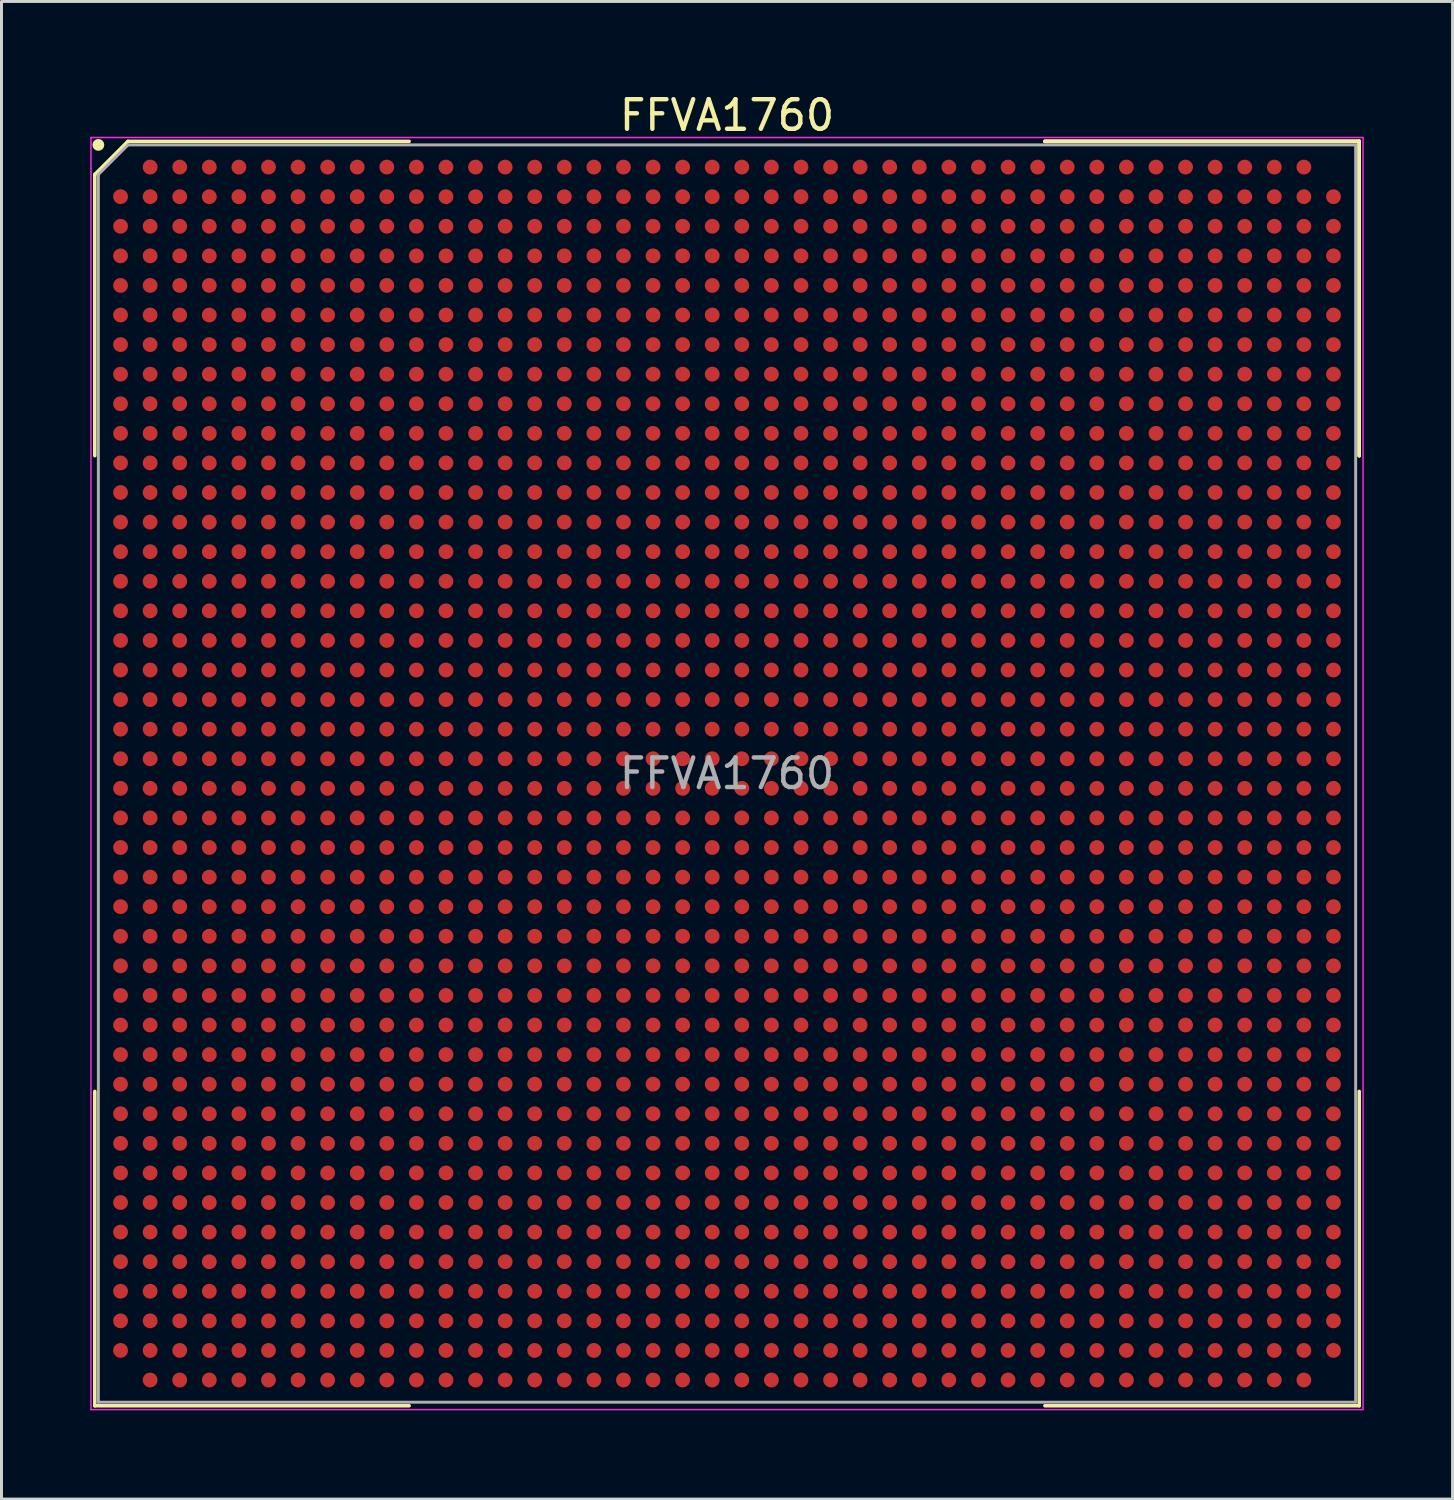
<source format=kicad_pcb>
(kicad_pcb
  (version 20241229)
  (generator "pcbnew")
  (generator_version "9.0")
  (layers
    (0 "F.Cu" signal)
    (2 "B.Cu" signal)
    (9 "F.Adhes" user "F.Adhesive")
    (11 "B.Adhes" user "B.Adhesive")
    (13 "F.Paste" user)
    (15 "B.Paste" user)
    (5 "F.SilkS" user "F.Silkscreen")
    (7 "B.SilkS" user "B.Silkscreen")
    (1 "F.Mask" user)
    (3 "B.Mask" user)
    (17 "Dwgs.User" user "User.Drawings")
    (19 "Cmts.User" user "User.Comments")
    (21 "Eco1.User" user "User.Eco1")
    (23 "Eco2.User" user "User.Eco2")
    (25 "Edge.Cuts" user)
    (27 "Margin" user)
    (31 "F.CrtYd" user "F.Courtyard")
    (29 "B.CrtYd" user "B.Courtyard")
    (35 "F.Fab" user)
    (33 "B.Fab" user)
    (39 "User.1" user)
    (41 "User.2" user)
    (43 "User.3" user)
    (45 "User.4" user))
  (footprint "FFVA1760"
    (layer "F.Cu")
    (at 21.525 23.098)
    (property "Reference" "FFVA1760" (at 0 -22.25 0) (layer "F.SilkS") (effects (font (size 1 1) (thickness 0.15))))
    (attr smd)
    (fp_line (start -21.37 -20.25) (end -21.37 -10.745) (stroke (width 0.12) (type solid)) (layer "F.SilkS"))
    (fp_line (start -21.37 21.37) (end -21.37 10.745) (stroke (width 0.12) (type solid)) (layer "F.SilkS"))
    (fp_line (start -20.25 -21.37) (end -21.37 -20.25) (stroke (width 0.12) (type solid)) (layer "F.SilkS"))
    (fp_line (start -10.745 -21.37) (end -20.25 -21.37) (stroke (width 0.12) (type solid)) (layer "F.SilkS"))
    (fp_line (start -10.745 21.37) (end -21.37 21.37) (stroke (width 0.12) (type solid)) (layer "F.SilkS"))
    (fp_line (start 10.745 -21.37) (end 21.37 -21.37) (stroke (width 0.12) (type solid)) (layer "F.SilkS"))
    (fp_line (start 10.745 -21.37) (end 21.37 -21.37) (stroke (width 0.12) (type solid)) (layer "F.SilkS"))
    (fp_line (start 10.745 -21.37) (end 21.37 -21.37) (stroke (width 0.12) (type solid)) (layer "F.SilkS"))
    (fp_line (start 10.745 21.37) (end 21.37 21.37) (stroke (width 0.12) (type solid)) (layer "F.SilkS"))
    (fp_line (start 21.37 -21.37) (end 21.37 -10.745) (stroke (width 0.12) (type solid)) (layer "F.SilkS"))
    (fp_line (start 21.37 -21.37) (end 21.37 -10.745) (stroke (width 0.12) (type solid)) (layer "F.SilkS"))
    (fp_line (start 21.37 -21.37) (end 21.37 -10.745) (stroke (width 0.12) (type solid)) (layer "F.SilkS"))
    (fp_line (start 21.37 21.37) (end 21.37 10.745) (stroke (width 0.12) (type solid)) (layer "F.SilkS"))
    (fp_circle (center -21.25 -21.25) (end -21.25 -21.15) (stroke (width 0.2) (type solid)) (fill no) (layer "F.SilkS"))
    (fp_line (start -21.5 -21.5) (end 21.5 -21.5) (stroke (width 0.05) (type solid)) (layer "F.CrtYd"))
    (fp_line (start -21.5 21.5) (end -21.5 -21.5) (stroke (width 0.05) (type solid)) (layer "F.CrtYd"))
    (fp_line (start 21.5 -21.5) (end 21.5 21.5) (stroke (width 0.05) (type solid)) (layer "F.CrtYd"))
    (fp_line (start 21.5 21.5) (end -21.5 21.5) (stroke (width 0.05) (type solid)) (layer "F.CrtYd"))
    (fp_line (start -21.25 -20.25) (end -21.25 21.25) (stroke (width 0.1) (type solid)) (layer "F.Fab"))
    (fp_line (start -21.25 21.25) (end 21.25 21.25) (stroke (width 0.1) (type solid)) (layer "F.Fab"))
    (fp_line (start -20.25 -21.25) (end -21.25 -20.25) (stroke (width 0.1) (type solid)) (layer "F.Fab"))
    (fp_line (start 21.25 -21.25) (end -20.25 -21.25) (stroke (width 0.1) (type solid)) (layer "F.Fab"))
    (fp_line (start 21.25 21.25) (end 21.25 -21.25) (stroke (width 0.1) (type solid)) (layer "F.Fab"))
    (fp_text user "${REFERENCE}" (at 0 0 0) (layer "F.Fab") (effects (font (size 1 1) (thickness 0.15))))
    (pad "A2" smd circle (at -19.5 -20.5) (size 0.5 0.5) (layers "F.Cu" "F.Mask" "F.Paste"))
    (pad "A3" smd circle (at -18.5 -20.5) (size 0.5 0.5) (layers "F.Cu" "F.Mask" "F.Paste"))
    (pad "A4" smd circle (at -17.5 -20.5) (size 0.5 0.5) (layers "F.Cu" "F.Mask" "F.Paste"))
    (pad "A5" smd circle (at -16.5 -20.5) (size 0.5 0.5) (layers "F.Cu" "F.Mask" "F.Paste"))
    (pad "A6" smd circle (at -15.5 -20.5) (size 0.5 0.5) (layers "F.Cu" "F.Mask" "F.Paste"))
    (pad "A7" smd circle (at -14.5 -20.5) (size 0.5 0.5) (layers "F.Cu" "F.Mask" "F.Paste"))
    (pad "A8" smd circle (at -13.5 -20.5) (size 0.5 0.5) (layers "F.Cu" "F.Mask" "F.Paste"))
    (pad "A9" smd circle (at -12.5 -20.5) (size 0.5 0.5) (layers "F.Cu" "F.Mask" "F.Paste"))
    (pad "A10" smd circle (at -11.5 -20.5) (size 0.5 0.5) (layers "F.Cu" "F.Mask" "F.Paste"))
    (pad "A11" smd circle (at -10.5 -20.5) (size 0.5 0.5) (layers "F.Cu" "F.Mask" "F.Paste"))
    (pad "A12" smd circle (at -9.5 -20.5) (size 0.5 0.5) (layers "F.Cu" "F.Mask" "F.Paste"))
    (pad "A13" smd circle (at -8.5 -20.5) (size 0.5 0.5) (layers "F.Cu" "F.Mask" "F.Paste"))
    (pad "A14" smd circle (at -7.5 -20.5) (size 0.5 0.5) (layers "F.Cu" "F.Mask" "F.Paste"))
    (pad "A15" smd circle (at -6.5 -20.5) (size 0.5 0.5) (layers "F.Cu" "F.Mask" "F.Paste"))
    (pad "A16" smd circle (at -5.5 -20.5) (size 0.5 0.5) (layers "F.Cu" "F.Mask" "F.Paste"))
    (pad "A17" smd circle (at -4.5 -20.5) (size 0.5 0.5) (layers "F.Cu" "F.Mask" "F.Paste"))
    (pad "A18" smd circle (at -3.5 -20.5) (size 0.5 0.5) (layers "F.Cu" "F.Mask" "F.Paste"))
    (pad "A19" smd circle (at -2.5 -20.5) (size 0.5 0.5) (layers "F.Cu" "F.Mask" "F.Paste"))
    (pad "A20" smd circle (at -1.5 -20.5) (size 0.5 0.5) (layers "F.Cu" "F.Mask" "F.Paste"))
    (pad "A21" smd circle (at -0.5 -20.5) (size 0.5 0.5) (layers "F.Cu" "F.Mask" "F.Paste"))
    (pad "A22" smd circle (at 0.5 -20.5) (size 0.5 0.5) (layers "F.Cu" "F.Mask" "F.Paste"))
    (pad "A23" smd circle (at 1.5 -20.5) (size 0.5 0.5) (layers "F.Cu" "F.Mask" "F.Paste"))
    (pad "A24" smd circle (at 2.5 -20.5) (size 0.5 0.5) (layers "F.Cu" "F.Mask" "F.Paste"))
    (pad "A25" smd circle (at 3.5 -20.5) (size 0.5 0.5) (layers "F.Cu" "F.Mask" "F.Paste"))
    (pad "A26" smd circle (at 4.5 -20.5) (size 0.5 0.5) (layers "F.Cu" "F.Mask" "F.Paste"))
    (pad "A27" smd circle (at 5.5 -20.5) (size 0.5 0.5) (layers "F.Cu" "F.Mask" "F.Paste"))
    (pad "A28" smd circle (at 6.5 -20.5) (size 0.5 0.5) (layers "F.Cu" "F.Mask" "F.Paste"))
    (pad "A29" smd circle (at 7.5 -20.5) (size 0.5 0.5) (layers "F.Cu" "F.Mask" "F.Paste"))
    (pad "A30" smd circle (at 8.5 -20.5) (size 0.5 0.5) (layers "F.Cu" "F.Mask" "F.Paste"))
    (pad "A31" smd circle (at 9.5 -20.5) (size 0.5 0.5) (layers "F.Cu" "F.Mask" "F.Paste"))
    (pad "A32" smd circle (at 10.5 -20.5) (size 0.5 0.5) (layers "F.Cu" "F.Mask" "F.Paste"))
    (pad "A33" smd circle (at 11.5 -20.5) (size 0.5 0.5) (layers "F.Cu" "F.Mask" "F.Paste"))
    (pad "A34" smd circle (at 12.5 -20.5) (size 0.5 0.5) (layers "F.Cu" "F.Mask" "F.Paste"))
    (pad "A35" smd circle (at 13.5 -20.5) (size 0.5 0.5) (layers "F.Cu" "F.Mask" "F.Paste"))
    (pad "A36" smd circle (at 14.5 -20.5) (size 0.5 0.5) (layers "F.Cu" "F.Mask" "F.Paste"))
    (pad "A37" smd circle (at 15.5 -20.5) (size 0.5 0.5) (layers "F.Cu" "F.Mask" "F.Paste"))
    (pad "A38" smd circle (at 16.5 -20.5) (size 0.5 0.5) (layers "F.Cu" "F.Mask" "F.Paste"))
    (pad "A39" smd circle (at 17.5 -20.5) (size 0.5 0.5) (layers "F.Cu" "F.Mask" "F.Paste"))
    (pad "A40" smd circle (at 18.5 -20.5) (size 0.5 0.5) (layers "F.Cu" "F.Mask" "F.Paste"))
    (pad "A41" smd circle (at 19.5 -20.5) (size 0.5 0.5) (layers "F.Cu" "F.Mask" "F.Paste"))
    (pad "AA1" smd circle (at -20.5 -0.5) (size 0.5 0.5) (layers "F.Cu" "F.Mask" "F.Paste"))
    (pad "AA2" smd circle (at -19.5 -0.5) (size 0.5 0.5) (layers "F.Cu" "F.Mask" "F.Paste"))
    (pad "AA3" smd circle (at -18.5 -0.5) (size 0.5 0.5) (layers "F.Cu" "F.Mask" "F.Paste"))
    (pad "AA4" smd circle (at -17.5 -0.5) (size 0.5 0.5) (layers "F.Cu" "F.Mask" "F.Paste"))
    (pad "AA5" smd circle (at -16.5 -0.5) (size 0.5 0.5) (layers "F.Cu" "F.Mask" "F.Paste"))
    (pad "AA6" smd circle (at -15.5 -0.5) (size 0.5 0.5) (layers "F.Cu" "F.Mask" "F.Paste"))
    (pad "AA7" smd circle (at -14.5 -0.5) (size 0.5 0.5) (layers "F.Cu" "F.Mask" "F.Paste"))
    (pad "AA8" smd circle (at -13.5 -0.5) (size 0.5 0.5) (layers "F.Cu" "F.Mask" "F.Paste"))
    (pad "AA9" smd circle (at -12.5 -0.5) (size 0.5 0.5) (layers "F.Cu" "F.Mask" "F.Paste"))
    (pad "AA10" smd circle (at -11.5 -0.5) (size 0.5 0.5) (layers "F.Cu" "F.Mask" "F.Paste"))
    (pad "AA11" smd circle (at -10.5 -0.5) (size 0.5 0.5) (layers "F.Cu" "F.Mask" "F.Paste"))
    (pad "AA12" smd circle (at -9.5 -0.5) (size 0.5 0.5) (layers "F.Cu" "F.Mask" "F.Paste"))
    (pad "AA13" smd circle (at -8.5 -0.5) (size 0.5 0.5) (layers "F.Cu" "F.Mask" "F.Paste"))
    (pad "AA14" smd circle (at -7.5 -0.5) (size 0.5 0.5) (layers "F.Cu" "F.Mask" "F.Paste"))
    (pad "AA15" smd circle (at -6.5 -0.5) (size 0.5 0.5) (layers "F.Cu" "F.Mask" "F.Paste"))
    (pad "AA16" smd circle (at -5.5 -0.5) (size 0.5 0.5) (layers "F.Cu" "F.Mask" "F.Paste"))
    (pad "AA17" smd circle (at -4.5 -0.5) (size 0.5 0.5) (layers "F.Cu" "F.Mask" "F.Paste"))
    (pad "AA18" smd circle (at -3.5 -0.5) (size 0.5 0.5) (layers "F.Cu" "F.Mask" "F.Paste"))
    (pad "AA19" smd circle (at -2.5 -0.5) (size 0.5 0.5) (layers "F.Cu" "F.Mask" "F.Paste"))
    (pad "AA20" smd circle (at -1.5 -0.5) (size 0.5 0.5) (layers "F.Cu" "F.Mask" "F.Paste"))
    (pad "AA21" smd circle (at -0.5 -0.5) (size 0.5 0.5) (layers "F.Cu" "F.Mask" "F.Paste"))
    (pad "AA22" smd circle (at 0.5 -0.5) (size 0.5 0.5) (layers "F.Cu" "F.Mask" "F.Paste"))
    (pad "AA23" smd circle (at 1.5 -0.5) (size 0.5 0.5) (layers "F.Cu" "F.Mask" "F.Paste"))
    (pad "AA24" smd circle (at 2.5 -0.5) (size 0.5 0.5) (layers "F.Cu" "F.Mask" "F.Paste"))
    (pad "AA25" smd circle (at 3.5 -0.5) (size 0.5 0.5) (layers "F.Cu" "F.Mask" "F.Paste"))
    (pad "AA26" smd circle (at 4.5 -0.5) (size 0.5 0.5) (layers "F.Cu" "F.Mask" "F.Paste"))
    (pad "AA27" smd circle (at 5.5 -0.5) (size 0.5 0.5) (layers "F.Cu" "F.Mask" "F.Paste"))
    (pad "AA28" smd circle (at 6.5 -0.5) (size 0.5 0.5) (layers "F.Cu" "F.Mask" "F.Paste"))
    (pad "AA29" smd circle (at 7.5 -0.5) (size 0.5 0.5) (layers "F.Cu" "F.Mask" "F.Paste"))
    (pad "AA30" smd circle (at 8.5 -0.5) (size 0.5 0.5) (layers "F.Cu" "F.Mask" "F.Paste"))
    (pad "AA31" smd circle (at 9.5 -0.5) (size 0.5 0.5) (layers "F.Cu" "F.Mask" "F.Paste"))
    (pad "AA32" smd circle (at 10.5 -0.5) (size 0.5 0.5) (layers "F.Cu" "F.Mask" "F.Paste"))
    (pad "AA33" smd circle (at 11.5 -0.5) (size 0.5 0.5) (layers "F.Cu" "F.Mask" "F.Paste"))
    (pad "AA34" smd circle (at 12.5 -0.5) (size 0.5 0.5) (layers "F.Cu" "F.Mask" "F.Paste"))
    (pad "AA35" smd circle (at 13.5 -0.5) (size 0.5 0.5) (layers "F.Cu" "F.Mask" "F.Paste"))
    (pad "AA36" smd circle (at 14.5 -0.5) (size 0.5 0.5) (layers "F.Cu" "F.Mask" "F.Paste"))
    (pad "AA37" smd circle (at 15.5 -0.5) (size 0.5 0.5) (layers "F.Cu" "F.Mask" "F.Paste"))
    (pad "AA38" smd circle (at 16.5 -0.5) (size 0.5 0.5) (layers "F.Cu" "F.Mask" "F.Paste"))
    (pad "AA39" smd circle (at 17.5 -0.5) (size 0.5 0.5) (layers "F.Cu" "F.Mask" "F.Paste"))
    (pad "AA40" smd circle (at 18.5 -0.5) (size 0.5 0.5) (layers "F.Cu" "F.Mask" "F.Paste"))
    (pad "AA41" smd circle (at 19.5 -0.5) (size 0.5 0.5) (layers "F.Cu" "F.Mask" "F.Paste"))
    (pad "AA42" smd circle (at 20.5 -0.5) (size 0.5 0.5) (layers "F.Cu" "F.Mask" "F.Paste"))
    (pad "AB1" smd circle (at -20.5 0.5) (size 0.5 0.5) (layers "F.Cu" "F.Mask" "F.Paste"))
    (pad "AB2" smd circle (at -19.5 0.5) (size 0.5 0.5) (layers "F.Cu" "F.Mask" "F.Paste"))
    (pad "AB3" smd circle (at -18.5 0.5) (size 0.5 0.5) (layers "F.Cu" "F.Mask" "F.Paste"))
    (pad "AB4" smd circle (at -17.5 0.5) (size 0.5 0.5) (layers "F.Cu" "F.Mask" "F.Paste"))
    (pad "AB5" smd circle (at -16.5 0.5) (size 0.5 0.5) (layers "F.Cu" "F.Mask" "F.Paste"))
    (pad "AB6" smd circle (at -15.5 0.5) (size 0.5 0.5) (layers "F.Cu" "F.Mask" "F.Paste"))
    (pad "AB7" smd circle (at -14.5 0.5) (size 0.5 0.5) (layers "F.Cu" "F.Mask" "F.Paste"))
    (pad "AB8" smd circle (at -13.5 0.5) (size 0.5 0.5) (layers "F.Cu" "F.Mask" "F.Paste"))
    (pad "AB9" smd circle (at -12.5 0.5) (size 0.5 0.5) (layers "F.Cu" "F.Mask" "F.Paste"))
    (pad "AB10" smd circle (at -11.5 0.5) (size 0.5 0.5) (layers "F.Cu" "F.Mask" "F.Paste"))
    (pad "AB11" smd circle (at -10.5 0.5) (size 0.5 0.5) (layers "F.Cu" "F.Mask" "F.Paste"))
    (pad "AB12" smd circle (at -9.5 0.5) (size 0.5 0.5) (layers "F.Cu" "F.Mask" "F.Paste"))
    (pad "AB13" smd circle (at -8.5 0.5) (size 0.5 0.5) (layers "F.Cu" "F.Mask" "F.Paste"))
    (pad "AB14" smd circle (at -7.5 0.5) (size 0.5 0.5) (layers "F.Cu" "F.Mask" "F.Paste"))
    (pad "AB15" smd circle (at -6.5 0.5) (size 0.5 0.5) (layers "F.Cu" "F.Mask" "F.Paste"))
    (pad "AB16" smd circle (at -5.5 0.5) (size 0.5 0.5) (layers "F.Cu" "F.Mask" "F.Paste"))
    (pad "AB17" smd circle (at -4.5 0.5) (size 0.5 0.5) (layers "F.Cu" "F.Mask" "F.Paste"))
    (pad "AB18" smd circle (at -3.5 0.5) (size 0.5 0.5) (layers "F.Cu" "F.Mask" "F.Paste"))
    (pad "AB19" smd circle (at -2.5 0.5) (size 0.5 0.5) (layers "F.Cu" "F.Mask" "F.Paste"))
    (pad "AB20" smd circle (at -1.5 0.5) (size 0.5 0.5) (layers "F.Cu" "F.Mask" "F.Paste"))
    (pad "AB21" smd circle (at -0.5 0.5) (size 0.5 0.5) (layers "F.Cu" "F.Mask" "F.Paste"))
    (pad "AB22" smd circle (at 0.5 0.5) (size 0.5 0.5) (layers "F.Cu" "F.Mask" "F.Paste"))
    (pad "AB23" smd circle (at 1.5 0.5) (size 0.5 0.5) (layers "F.Cu" "F.Mask" "F.Paste"))
    (pad "AB24" smd circle (at 2.5 0.5) (size 0.5 0.5) (layers "F.Cu" "F.Mask" "F.Paste"))
    (pad "AB25" smd circle (at 3.5 0.5) (size 0.5 0.5) (layers "F.Cu" "F.Mask" "F.Paste"))
    (pad "AB26" smd circle (at 4.5 0.5) (size 0.5 0.5) (layers "F.Cu" "F.Mask" "F.Paste"))
    (pad "AB27" smd circle (at 5.5 0.5) (size 0.5 0.5) (layers "F.Cu" "F.Mask" "F.Paste"))
    (pad "AB28" smd circle (at 6.5 0.5) (size 0.5 0.5) (layers "F.Cu" "F.Mask" "F.Paste"))
    (pad "AB29" smd circle (at 7.5 0.5) (size 0.5 0.5) (layers "F.Cu" "F.Mask" "F.Paste"))
    (pad "AB30" smd circle (at 8.5 0.5) (size 0.5 0.5) (layers "F.Cu" "F.Mask" "F.Paste"))
    (pad "AB31" smd circle (at 9.5 0.5) (size 0.5 0.5) (layers "F.Cu" "F.Mask" "F.Paste"))
    (pad "AB32" smd circle (at 10.5 0.5) (size 0.5 0.5) (layers "F.Cu" "F.Mask" "F.Paste"))
    (pad "AB33" smd circle (at 11.5 0.5) (size 0.5 0.5) (layers "F.Cu" "F.Mask" "F.Paste"))
    (pad "AB34" smd circle (at 12.5 0.5) (size 0.5 0.5) (layers "F.Cu" "F.Mask" "F.Paste"))
    (pad "AB35" smd circle (at 13.5 0.5) (size 0.5 0.5) (layers "F.Cu" "F.Mask" "F.Paste"))
    (pad "AB36" smd circle (at 14.5 0.5) (size 0.5 0.5) (layers "F.Cu" "F.Mask" "F.Paste"))
    (pad "AB37" smd circle (at 15.5 0.5) (size 0.5 0.5) (layers "F.Cu" "F.Mask" "F.Paste"))
    (pad "AB38" smd circle (at 16.5 0.5) (size 0.5 0.5) (layers "F.Cu" "F.Mask" "F.Paste"))
    (pad "AB39" smd circle (at 17.5 0.5) (size 0.5 0.5) (layers "F.Cu" "F.Mask" "F.Paste"))
    (pad "AB40" smd circle (at 18.5 0.5) (size 0.5 0.5) (layers "F.Cu" "F.Mask" "F.Paste"))
    (pad "AB41" smd circle (at 19.5 0.5) (size 0.5 0.5) (layers "F.Cu" "F.Mask" "F.Paste"))
    (pad "AB42" smd circle (at 20.5 0.5) (size 0.5 0.5) (layers "F.Cu" "F.Mask" "F.Paste"))
    (pad "AC1" smd circle (at -20.5 1.5) (size 0.5 0.5) (layers "F.Cu" "F.Mask" "F.Paste"))
    (pad "AC2" smd circle (at -19.5 1.5) (size 0.5 0.5) (layers "F.Cu" "F.Mask" "F.Paste"))
    (pad "AC3" smd circle (at -18.5 1.5) (size 0.5 0.5) (layers "F.Cu" "F.Mask" "F.Paste"))
    (pad "AC4" smd circle (at -17.5 1.5) (size 0.5 0.5) (layers "F.Cu" "F.Mask" "F.Paste"))
    (pad "AC5" smd circle (at -16.5 1.5) (size 0.5 0.5) (layers "F.Cu" "F.Mask" "F.Paste"))
    (pad "AC6" smd circle (at -15.5 1.5) (size 0.5 0.5) (layers "F.Cu" "F.Mask" "F.Paste"))
    (pad "AC7" smd circle (at -14.5 1.5) (size 0.5 0.5) (layers "F.Cu" "F.Mask" "F.Paste"))
    (pad "AC8" smd circle (at -13.5 1.5) (size 0.5 0.5) (layers "F.Cu" "F.Mask" "F.Paste"))
    (pad "AC9" smd circle (at -12.5 1.5) (size 0.5 0.5) (layers "F.Cu" "F.Mask" "F.Paste"))
    (pad "AC10" smd circle (at -11.5 1.5) (size 0.5 0.5) (layers "F.Cu" "F.Mask" "F.Paste"))
    (pad "AC11" smd circle (at -10.5 1.5) (size 0.5 0.5) (layers "F.Cu" "F.Mask" "F.Paste"))
    (pad "AC12" smd circle (at -9.5 1.5) (size 0.5 0.5) (layers "F.Cu" "F.Mask" "F.Paste"))
    (pad "AC13" smd circle (at -8.5 1.5) (size 0.5 0.5) (layers "F.Cu" "F.Mask" "F.Paste"))
    (pad "AC14" smd circle (at -7.5 1.5) (size 0.5 0.5) (layers "F.Cu" "F.Mask" "F.Paste"))
    (pad "AC15" smd circle (at -6.5 1.5) (size 0.5 0.5) (layers "F.Cu" "F.Mask" "F.Paste"))
    (pad "AC16" smd circle (at -5.5 1.5) (size 0.5 0.5) (layers "F.Cu" "F.Mask" "F.Paste"))
    (pad "AC17" smd circle (at -4.5 1.5) (size 0.5 0.5) (layers "F.Cu" "F.Mask" "F.Paste"))
    (pad "AC18" smd circle (at -3.5 1.5) (size 0.5 0.5) (layers "F.Cu" "F.Mask" "F.Paste"))
    (pad "AC19" smd circle (at -2.5 1.5) (size 0.5 0.5) (layers "F.Cu" "F.Mask" "F.Paste"))
    (pad "AC20" smd circle (at -1.5 1.5) (size 0.5 0.5) (layers "F.Cu" "F.Mask" "F.Paste"))
    (pad "AC21" smd circle (at -0.5 1.5) (size 0.5 0.5) (layers "F.Cu" "F.Mask" "F.Paste"))
    (pad "AC22" smd circle (at 0.5 1.5) (size 0.5 0.5) (layers "F.Cu" "F.Mask" "F.Paste"))
    (pad "AC23" smd circle (at 1.5 1.5) (size 0.5 0.5) (layers "F.Cu" "F.Mask" "F.Paste"))
    (pad "AC24" smd circle (at 2.5 1.5) (size 0.5 0.5) (layers "F.Cu" "F.Mask" "F.Paste"))
    (pad "AC25" smd circle (at 3.5 1.5) (size 0.5 0.5) (layers "F.Cu" "F.Mask" "F.Paste"))
    (pad "AC26" smd circle (at 4.5 1.5) (size 0.5 0.5) (layers "F.Cu" "F.Mask" "F.Paste"))
    (pad "AC27" smd circle (at 5.5 1.5) (size 0.5 0.5) (layers "F.Cu" "F.Mask" "F.Paste"))
    (pad "AC28" smd circle (at 6.5 1.5) (size 0.5 0.5) (layers "F.Cu" "F.Mask" "F.Paste"))
    (pad "AC29" smd circle (at 7.5 1.5) (size 0.5 0.5) (layers "F.Cu" "F.Mask" "F.Paste"))
    (pad "AC30" smd circle (at 8.5 1.5) (size 0.5 0.5) (layers "F.Cu" "F.Mask" "F.Paste"))
    (pad "AC31" smd circle (at 9.5 1.5) (size 0.5 0.5) (layers "F.Cu" "F.Mask" "F.Paste"))
    (pad "AC32" smd circle (at 10.5 1.5) (size 0.5 0.5) (layers "F.Cu" "F.Mask" "F.Paste"))
    (pad "AC33" smd circle (at 11.5 1.5) (size 0.5 0.5) (layers "F.Cu" "F.Mask" "F.Paste"))
    (pad "AC34" smd circle (at 12.5 1.5) (size 0.5 0.5) (layers "F.Cu" "F.Mask" "F.Paste"))
    (pad "AC35" smd circle (at 13.5 1.5) (size 0.5 0.5) (layers "F.Cu" "F.Mask" "F.Paste"))
    (pad "AC36" smd circle (at 14.5 1.5) (size 0.5 0.5) (layers "F.Cu" "F.Mask" "F.Paste"))
    (pad "AC37" smd circle (at 15.5 1.5) (size 0.5 0.5) (layers "F.Cu" "F.Mask" "F.Paste"))
    (pad "AC38" smd circle (at 16.5 1.5) (size 0.5 0.5) (layers "F.Cu" "F.Mask" "F.Paste"))
    (pad "AC39" smd circle (at 17.5 1.5) (size 0.5 0.5) (layers "F.Cu" "F.Mask" "F.Paste"))
    (pad "AC40" smd circle (at 18.5 1.5) (size 0.5 0.5) (layers "F.Cu" "F.Mask" "F.Paste"))
    (pad "AC41" smd circle (at 19.5 1.5) (size 0.5 0.5) (layers "F.Cu" "F.Mask" "F.Paste"))
    (pad "AC42" smd circle (at 20.5 1.5) (size 0.5 0.5) (layers "F.Cu" "F.Mask" "F.Paste"))
    (pad "AD1" smd circle (at -20.5 2.5) (size 0.5 0.5) (layers "F.Cu" "F.Mask" "F.Paste"))
    (pad "AD2" smd circle (at -19.5 2.5) (size 0.5 0.5) (layers "F.Cu" "F.Mask" "F.Paste"))
    (pad "AD3" smd circle (at -18.5 2.5) (size 0.5 0.5) (layers "F.Cu" "F.Mask" "F.Paste"))
    (pad "AD4" smd circle (at -17.5 2.5) (size 0.5 0.5) (layers "F.Cu" "F.Mask" "F.Paste"))
    (pad "AD5" smd circle (at -16.5 2.5) (size 0.5 0.5) (layers "F.Cu" "F.Mask" "F.Paste"))
    (pad "AD6" smd circle (at -15.5 2.5) (size 0.5 0.5) (layers "F.Cu" "F.Mask" "F.Paste"))
    (pad "AD7" smd circle (at -14.5 2.5) (size 0.5 0.5) (layers "F.Cu" "F.Mask" "F.Paste"))
    (pad "AD8" smd circle (at -13.5 2.5) (size 0.5 0.5) (layers "F.Cu" "F.Mask" "F.Paste"))
    (pad "AD9" smd circle (at -12.5 2.5) (size 0.5 0.5) (layers "F.Cu" "F.Mask" "F.Paste"))
    (pad "AD10" smd circle (at -11.5 2.5) (size 0.5 0.5) (layers "F.Cu" "F.Mask" "F.Paste"))
    (pad "AD11" smd circle (at -10.5 2.5) (size 0.5 0.5) (layers "F.Cu" "F.Mask" "F.Paste"))
    (pad "AD12" smd circle (at -9.5 2.5) (size 0.5 0.5) (layers "F.Cu" "F.Mask" "F.Paste"))
    (pad "AD13" smd circle (at -8.5 2.5) (size 0.5 0.5) (layers "F.Cu" "F.Mask" "F.Paste"))
    (pad "AD14" smd circle (at -7.5 2.5) (size 0.5 0.5) (layers "F.Cu" "F.Mask" "F.Paste"))
    (pad "AD15" smd circle (at -6.5 2.5) (size 0.5 0.5) (layers "F.Cu" "F.Mask" "F.Paste"))
    (pad "AD16" smd circle (at -5.5 2.5) (size 0.5 0.5) (layers "F.Cu" "F.Mask" "F.Paste"))
    (pad "AD17" smd circle (at -4.5 2.5) (size 0.5 0.5) (layers "F.Cu" "F.Mask" "F.Paste"))
    (pad "AD18" smd circle (at -3.5 2.5) (size 0.5 0.5) (layers "F.Cu" "F.Mask" "F.Paste"))
    (pad "AD19" smd circle (at -2.5 2.5) (size 0.5 0.5) (layers "F.Cu" "F.Mask" "F.Paste"))
    (pad "AD20" smd circle (at -1.5 2.5) (size 0.5 0.5) (layers "F.Cu" "F.Mask" "F.Paste"))
    (pad "AD21" smd circle (at -0.5 2.5) (size 0.5 0.5) (layers "F.Cu" "F.Mask" "F.Paste"))
    (pad "AD22" smd circle (at 0.5 2.5) (size 0.5 0.5) (layers "F.Cu" "F.Mask" "F.Paste"))
    (pad "AD23" smd circle (at 1.5 2.5) (size 0.5 0.5) (layers "F.Cu" "F.Mask" "F.Paste"))
    (pad "AD24" smd circle (at 2.5 2.5) (size 0.5 0.5) (layers "F.Cu" "F.Mask" "F.Paste"))
    (pad "AD25" smd circle (at 3.5 2.5) (size 0.5 0.5) (layers "F.Cu" "F.Mask" "F.Paste"))
    (pad "AD26" smd circle (at 4.5 2.5) (size 0.5 0.5) (layers "F.Cu" "F.Mask" "F.Paste"))
    (pad "AD27" smd circle (at 5.5 2.5) (size 0.5 0.5) (layers "F.Cu" "F.Mask" "F.Paste"))
    (pad "AD28" smd circle (at 6.5 2.5) (size 0.5 0.5) (layers "F.Cu" "F.Mask" "F.Paste"))
    (pad "AD29" smd circle (at 7.5 2.5) (size 0.5 0.5) (layers "F.Cu" "F.Mask" "F.Paste"))
    (pad "AD30" smd circle (at 8.5 2.5) (size 0.5 0.5) (layers "F.Cu" "F.Mask" "F.Paste"))
    (pad "AD31" smd circle (at 9.5 2.5) (size 0.5 0.5) (layers "F.Cu" "F.Mask" "F.Paste"))
    (pad "AD32" smd circle (at 10.5 2.5) (size 0.5 0.5) (layers "F.Cu" "F.Mask" "F.Paste"))
    (pad "AD33" smd circle (at 11.5 2.5) (size 0.5 0.5) (layers "F.Cu" "F.Mask" "F.Paste"))
    (pad "AD34" smd circle (at 12.5 2.5) (size 0.5 0.5) (layers "F.Cu" "F.Mask" "F.Paste"))
    (pad "AD35" smd circle (at 13.5 2.5) (size 0.5 0.5) (layers "F.Cu" "F.Mask" "F.Paste"))
    (pad "AD36" smd circle (at 14.5 2.5) (size 0.5 0.5) (layers "F.Cu" "F.Mask" "F.Paste"))
    (pad "AD37" smd circle (at 15.5 2.5) (size 0.5 0.5) (layers "F.Cu" "F.Mask" "F.Paste"))
    (pad "AD38" smd circle (at 16.5 2.5) (size 0.5 0.5) (layers "F.Cu" "F.Mask" "F.Paste"))
    (pad "AD39" smd circle (at 17.5 2.5) (size 0.5 0.5) (layers "F.Cu" "F.Mask" "F.Paste"))
    (pad "AD40" smd circle (at 18.5 2.5) (size 0.5 0.5) (layers "F.Cu" "F.Mask" "F.Paste"))
    (pad "AD41" smd circle (at 19.5 2.5) (size 0.5 0.5) (layers "F.Cu" "F.Mask" "F.Paste"))
    (pad "AD42" smd circle (at 20.5 2.5) (size 0.5 0.5) (layers "F.Cu" "F.Mask" "F.Paste"))
    (pad "AE1" smd circle (at -20.5 3.5) (size 0.5 0.5) (layers "F.Cu" "F.Mask" "F.Paste"))
    (pad "AE2" smd circle (at -19.5 3.5) (size 0.5 0.5) (layers "F.Cu" "F.Mask" "F.Paste"))
    (pad "AE3" smd circle (at -18.5 3.5) (size 0.5 0.5) (layers "F.Cu" "F.Mask" "F.Paste"))
    (pad "AE4" smd circle (at -17.5 3.5) (size 0.5 0.5) (layers "F.Cu" "F.Mask" "F.Paste"))
    (pad "AE5" smd circle (at -16.5 3.5) (size 0.5 0.5) (layers "F.Cu" "F.Mask" "F.Paste"))
    (pad "AE6" smd circle (at -15.5 3.5) (size 0.5 0.5) (layers "F.Cu" "F.Mask" "F.Paste"))
    (pad "AE7" smd circle (at -14.5 3.5) (size 0.5 0.5) (layers "F.Cu" "F.Mask" "F.Paste"))
    (pad "AE8" smd circle (at -13.5 3.5) (size 0.5 0.5) (layers "F.Cu" "F.Mask" "F.Paste"))
    (pad "AE9" smd circle (at -12.5 3.5) (size 0.5 0.5) (layers "F.Cu" "F.Mask" "F.Paste"))
    (pad "AE10" smd circle (at -11.5 3.5) (size 0.5 0.5) (layers "F.Cu" "F.Mask" "F.Paste"))
    (pad "AE11" smd circle (at -10.5 3.5) (size 0.5 0.5) (layers "F.Cu" "F.Mask" "F.Paste"))
    (pad "AE12" smd circle (at -9.5 3.5) (size 0.5 0.5) (layers "F.Cu" "F.Mask" "F.Paste"))
    (pad "AE13" smd circle (at -8.5 3.5) (size 0.5 0.5) (layers "F.Cu" "F.Mask" "F.Paste"))
    (pad "AE14" smd circle (at -7.5 3.5) (size 0.5 0.5) (layers "F.Cu" "F.Mask" "F.Paste"))
    (pad "AE15" smd circle (at -6.5 3.5) (size 0.5 0.5) (layers "F.Cu" "F.Mask" "F.Paste"))
    (pad "AE16" smd circle (at -5.5 3.5) (size 0.5 0.5) (layers "F.Cu" "F.Mask" "F.Paste"))
    (pad "AE17" smd circle (at -4.5 3.5) (size 0.5 0.5) (layers "F.Cu" "F.Mask" "F.Paste"))
    (pad "AE18" smd circle (at -3.5 3.5) (size 0.5 0.5) (layers "F.Cu" "F.Mask" "F.Paste"))
    (pad "AE19" smd circle (at -2.5 3.5) (size 0.5 0.5) (layers "F.Cu" "F.Mask" "F.Paste"))
    (pad "AE20" smd circle (at -1.5 3.5) (size 0.5 0.5) (layers "F.Cu" "F.Mask" "F.Paste"))
    (pad "AE21" smd circle (at -0.5 3.5) (size 0.5 0.5) (layers "F.Cu" "F.Mask" "F.Paste"))
    (pad "AE22" smd circle (at 0.5 3.5) (size 0.5 0.5) (layers "F.Cu" "F.Mask" "F.Paste"))
    (pad "AE23" smd circle (at 1.5 3.5) (size 0.5 0.5) (layers "F.Cu" "F.Mask" "F.Paste"))
    (pad "AE24" smd circle (at 2.5 3.5) (size 0.5 0.5) (layers "F.Cu" "F.Mask" "F.Paste"))
    (pad "AE25" smd circle (at 3.5 3.5) (size 0.5 0.5) (layers "F.Cu" "F.Mask" "F.Paste"))
    (pad "AE26" smd circle (at 4.5 3.5) (size 0.5 0.5) (layers "F.Cu" "F.Mask" "F.Paste"))
    (pad "AE27" smd circle (at 5.5 3.5) (size 0.5 0.5) (layers "F.Cu" "F.Mask" "F.Paste"))
    (pad "AE28" smd circle (at 6.5 3.5) (size 0.5 0.5) (layers "F.Cu" "F.Mask" "F.Paste"))
    (pad "AE29" smd circle (at 7.5 3.5) (size 0.5 0.5) (layers "F.Cu" "F.Mask" "F.Paste"))
    (pad "AE30" smd circle (at 8.5 3.5) (size 0.5 0.5) (layers "F.Cu" "F.Mask" "F.Paste"))
    (pad "AE31" smd circle (at 9.5 3.5) (size 0.5 0.5) (layers "F.Cu" "F.Mask" "F.Paste"))
    (pad "AE32" smd circle (at 10.5 3.5) (size 0.5 0.5) (layers "F.Cu" "F.Mask" "F.Paste"))
    (pad "AE33" smd circle (at 11.5 3.5) (size 0.5 0.5) (layers "F.Cu" "F.Mask" "F.Paste"))
    (pad "AE34" smd circle (at 12.5 3.5) (size 0.5 0.5) (layers "F.Cu" "F.Mask" "F.Paste"))
    (pad "AE35" smd circle (at 13.5 3.5) (size 0.5 0.5) (layers "F.Cu" "F.Mask" "F.Paste"))
    (pad "AE36" smd circle (at 14.5 3.5) (size 0.5 0.5) (layers "F.Cu" "F.Mask" "F.Paste"))
    (pad "AE37" smd circle (at 15.5 3.5) (size 0.5 0.5) (layers "F.Cu" "F.Mask" "F.Paste"))
    (pad "AE38" smd circle (at 16.5 3.5) (size 0.5 0.5) (layers "F.Cu" "F.Mask" "F.Paste"))
    (pad "AE39" smd circle (at 17.5 3.5) (size 0.5 0.5) (layers "F.Cu" "F.Mask" "F.Paste"))
    (pad "AE40" smd circle (at 18.5 3.5) (size 0.5 0.5) (layers "F.Cu" "F.Mask" "F.Paste"))
    (pad "AE41" smd circle (at 19.5 3.5) (size 0.5 0.5) (layers "F.Cu" "F.Mask" "F.Paste"))
    (pad "AE42" smd circle (at 20.5 3.5) (size 0.5 0.5) (layers "F.Cu" "F.Mask" "F.Paste"))
    (pad "AF1" smd circle (at -20.5 4.5) (size 0.5 0.5) (layers "F.Cu" "F.Mask" "F.Paste"))
    (pad "AF2" smd circle (at -19.5 4.5) (size 0.5 0.5) (layers "F.Cu" "F.Mask" "F.Paste"))
    (pad "AF3" smd circle (at -18.5 4.5) (size 0.5 0.5) (layers "F.Cu" "F.Mask" "F.Paste"))
    (pad "AF4" smd circle (at -17.5 4.5) (size 0.5 0.5) (layers "F.Cu" "F.Mask" "F.Paste"))
    (pad "AF5" smd circle (at -16.5 4.5) (size 0.5 0.5) (layers "F.Cu" "F.Mask" "F.Paste"))
    (pad "AF6" smd circle (at -15.5 4.5) (size 0.5 0.5) (layers "F.Cu" "F.Mask" "F.Paste"))
    (pad "AF7" smd circle (at -14.5 4.5) (size 0.5 0.5) (layers "F.Cu" "F.Mask" "F.Paste"))
    (pad "AF8" smd circle (at -13.5 4.5) (size 0.5 0.5) (layers "F.Cu" "F.Mask" "F.Paste"))
    (pad "AF9" smd circle (at -12.5 4.5) (size 0.5 0.5) (layers "F.Cu" "F.Mask" "F.Paste"))
    (pad "AF10" smd circle (at -11.5 4.5) (size 0.5 0.5) (layers "F.Cu" "F.Mask" "F.Paste"))
    (pad "AF11" smd circle (at -10.5 4.5) (size 0.5 0.5) (layers "F.Cu" "F.Mask" "F.Paste"))
    (pad "AF12" smd circle (at -9.5 4.5) (size 0.5 0.5) (layers "F.Cu" "F.Mask" "F.Paste"))
    (pad "AF13" smd circle (at -8.5 4.5) (size 0.5 0.5) (layers "F.Cu" "F.Mask" "F.Paste"))
    (pad "AF14" smd circle (at -7.5 4.5) (size 0.5 0.5) (layers "F.Cu" "F.Mask" "F.Paste"))
    (pad "AF15" smd circle (at -6.5 4.5) (size 0.5 0.5) (layers "F.Cu" "F.Mask" "F.Paste"))
    (pad "AF16" smd circle (at -5.5 4.5) (size 0.5 0.5) (layers "F.Cu" "F.Mask" "F.Paste"))
    (pad "AF17" smd circle (at -4.5 4.5) (size 0.5 0.5) (layers "F.Cu" "F.Mask" "F.Paste"))
    (pad "AF18" smd circle (at -3.5 4.5) (size 0.5 0.5) (layers "F.Cu" "F.Mask" "F.Paste"))
    (pad "AF19" smd circle (at -2.5 4.5) (size 0.5 0.5) (layers "F.Cu" "F.Mask" "F.Paste"))
    (pad "AF20" smd circle (at -1.5 4.5) (size 0.5 0.5) (layers "F.Cu" "F.Mask" "F.Paste"))
    (pad "AF21" smd circle (at -0.5 4.5) (size 0.5 0.5) (layers "F.Cu" "F.Mask" "F.Paste"))
    (pad "AF22" smd circle (at 0.5 4.5) (size 0.5 0.5) (layers "F.Cu" "F.Mask" "F.Paste"))
    (pad "AF23" smd circle (at 1.5 4.5) (size 0.5 0.5) (layers "F.Cu" "F.Mask" "F.Paste"))
    (pad "AF24" smd circle (at 2.5 4.5) (size 0.5 0.5) (layers "F.Cu" "F.Mask" "F.Paste"))
    (pad "AF25" smd circle (at 3.5 4.5) (size 0.5 0.5) (layers "F.Cu" "F.Mask" "F.Paste"))
    (pad "AF26" smd circle (at 4.5 4.5) (size 0.5 0.5) (layers "F.Cu" "F.Mask" "F.Paste"))
    (pad "AF27" smd circle (at 5.5 4.5) (size 0.5 0.5) (layers "F.Cu" "F.Mask" "F.Paste"))
    (pad "AF28" smd circle (at 6.5 4.5) (size 0.5 0.5) (layers "F.Cu" "F.Mask" "F.Paste"))
    (pad "AF29" smd circle (at 7.5 4.5) (size 0.5 0.5) (layers "F.Cu" "F.Mask" "F.Paste"))
    (pad "AF30" smd circle (at 8.5 4.5) (size 0.5 0.5) (layers "F.Cu" "F.Mask" "F.Paste"))
    (pad "AF31" smd circle (at 9.5 4.5) (size 0.5 0.5) (layers "F.Cu" "F.Mask" "F.Paste"))
    (pad "AF32" smd circle (at 10.5 4.5) (size 0.5 0.5) (layers "F.Cu" "F.Mask" "F.Paste"))
    (pad "AF33" smd circle (at 11.5 4.5) (size 0.5 0.5) (layers "F.Cu" "F.Mask" "F.Paste"))
    (pad "AF34" smd circle (at 12.5 4.5) (size 0.5 0.5) (layers "F.Cu" "F.Mask" "F.Paste"))
    (pad "AF35" smd circle (at 13.5 4.5) (size 0.5 0.5) (layers "F.Cu" "F.Mask" "F.Paste"))
    (pad "AF36" smd circle (at 14.5 4.5) (size 0.5 0.5) (layers "F.Cu" "F.Mask" "F.Paste"))
    (pad "AF37" smd circle (at 15.5 4.5) (size 0.5 0.5) (layers "F.Cu" "F.Mask" "F.Paste"))
    (pad "AF38" smd circle (at 16.5 4.5) (size 0.5 0.5) (layers "F.Cu" "F.Mask" "F.Paste"))
    (pad "AF39" smd circle (at 17.5 4.5) (size 0.5 0.5) (layers "F.Cu" "F.Mask" "F.Paste"))
    (pad "AF40" smd circle (at 18.5 4.5) (size 0.5 0.5) (layers "F.Cu" "F.Mask" "F.Paste"))
    (pad "AF41" smd circle (at 19.5 4.5) (size 0.5 0.5) (layers "F.Cu" "F.Mask" "F.Paste"))
    (pad "AF42" smd circle (at 20.5 4.5) (size 0.5 0.5) (layers "F.Cu" "F.Mask" "F.Paste"))
    (pad "AG1" smd circle (at -20.5 5.5) (size 0.5 0.5) (layers "F.Cu" "F.Mask" "F.Paste"))
    (pad "AG2" smd circle (at -19.5 5.5) (size 0.5 0.5) (layers "F.Cu" "F.Mask" "F.Paste"))
    (pad "AG3" smd circle (at -18.5 5.5) (size 0.5 0.5) (layers "F.Cu" "F.Mask" "F.Paste"))
    (pad "AG4" smd circle (at -17.5 5.5) (size 0.5 0.5) (layers "F.Cu" "F.Mask" "F.Paste"))
    (pad "AG5" smd circle (at -16.5 5.5) (size 0.5 0.5) (layers "F.Cu" "F.Mask" "F.Paste"))
    (pad "AG6" smd circle (at -15.5 5.5) (size 0.5 0.5) (layers "F.Cu" "F.Mask" "F.Paste"))
    (pad "AG7" smd circle (at -14.5 5.5) (size 0.5 0.5) (layers "F.Cu" "F.Mask" "F.Paste"))
    (pad "AG8" smd circle (at -13.5 5.5) (size 0.5 0.5) (layers "F.Cu" "F.Mask" "F.Paste"))
    (pad "AG9" smd circle (at -12.5 5.5) (size 0.5 0.5) (layers "F.Cu" "F.Mask" "F.Paste"))
    (pad "AG10" smd circle (at -11.5 5.5) (size 0.5 0.5) (layers "F.Cu" "F.Mask" "F.Paste"))
    (pad "AG11" smd circle (at -10.5 5.5) (size 0.5 0.5) (layers "F.Cu" "F.Mask" "F.Paste"))
    (pad "AG12" smd circle (at -9.5 5.5) (size 0.5 0.5) (layers "F.Cu" "F.Mask" "F.Paste"))
    (pad "AG13" smd circle (at -8.5 5.5) (size 0.5 0.5) (layers "F.Cu" "F.Mask" "F.Paste"))
    (pad "AG14" smd circle (at -7.5 5.5) (size 0.5 0.5) (layers "F.Cu" "F.Mask" "F.Paste"))
    (pad "AG15" smd circle (at -6.5 5.5) (size 0.5 0.5) (layers "F.Cu" "F.Mask" "F.Paste"))
    (pad "AG16" smd circle (at -5.5 5.5) (size 0.5 0.5) (layers "F.Cu" "F.Mask" "F.Paste"))
    (pad "AG17" smd circle (at -4.5 5.5) (size 0.5 0.5) (layers "F.Cu" "F.Mask" "F.Paste"))
    (pad "AG18" smd circle (at -3.5 5.5) (size 0.5 0.5) (layers "F.Cu" "F.Mask" "F.Paste"))
    (pad "AG19" smd circle (at -2.5 5.5) (size 0.5 0.5) (layers "F.Cu" "F.Mask" "F.Paste"))
    (pad "AG20" smd circle (at -1.5 5.5) (size 0.5 0.5) (layers "F.Cu" "F.Mask" "F.Paste"))
    (pad "AG21" smd circle (at -0.5 5.5) (size 0.5 0.5) (layers "F.Cu" "F.Mask" "F.Paste"))
    (pad "AG22" smd circle (at 0.5 5.5) (size 0.5 0.5) (layers "F.Cu" "F.Mask" "F.Paste"))
    (pad "AG23" smd circle (at 1.5 5.5) (size 0.5 0.5) (layers "F.Cu" "F.Mask" "F.Paste"))
    (pad "AG24" smd circle (at 2.5 5.5) (size 0.5 0.5) (layers "F.Cu" "F.Mask" "F.Paste"))
    (pad "AG25" smd circle (at 3.5 5.5) (size 0.5 0.5) (layers "F.Cu" "F.Mask" "F.Paste"))
    (pad "AG26" smd circle (at 4.5 5.5) (size 0.5 0.5) (layers "F.Cu" "F.Mask" "F.Paste"))
    (pad "AG27" smd circle (at 5.5 5.5) (size 0.5 0.5) (layers "F.Cu" "F.Mask" "F.Paste"))
    (pad "AG28" smd circle (at 6.5 5.5) (size 0.5 0.5) (layers "F.Cu" "F.Mask" "F.Paste"))
    (pad "AG29" smd circle (at 7.5 5.5) (size 0.5 0.5) (layers "F.Cu" "F.Mask" "F.Paste"))
    (pad "AG30" smd circle (at 8.5 5.5) (size 0.5 0.5) (layers "F.Cu" "F.Mask" "F.Paste"))
    (pad "AG31" smd circle (at 9.5 5.5) (size 0.5 0.5) (layers "F.Cu" "F.Mask" "F.Paste"))
    (pad "AG32" smd circle (at 10.5 5.5) (size 0.5 0.5) (layers "F.Cu" "F.Mask" "F.Paste"))
    (pad "AG33" smd circle (at 11.5 5.5) (size 0.5 0.5) (layers "F.Cu" "F.Mask" "F.Paste"))
    (pad "AG34" smd circle (at 12.5 5.5) (size 0.5 0.5) (layers "F.Cu" "F.Mask" "F.Paste"))
    (pad "AG35" smd circle (at 13.5 5.5) (size 0.5 0.5) (layers "F.Cu" "F.Mask" "F.Paste"))
    (pad "AG36" smd circle (at 14.5 5.5) (size 0.5 0.5) (layers "F.Cu" "F.Mask" "F.Paste"))
    (pad "AG37" smd circle (at 15.5 5.5) (size 0.5 0.5) (layers "F.Cu" "F.Mask" "F.Paste"))
    (pad "AG38" smd circle (at 16.5 5.5) (size 0.5 0.5) (layers "F.Cu" "F.Mask" "F.Paste"))
    (pad "AG39" smd circle (at 17.5 5.5) (size 0.5 0.5) (layers "F.Cu" "F.Mask" "F.Paste"))
    (pad "AG40" smd circle (at 18.5 5.5) (size 0.5 0.5) (layers "F.Cu" "F.Mask" "F.Paste"))
    (pad "AG41" smd circle (at 19.5 5.5) (size 0.5 0.5) (layers "F.Cu" "F.Mask" "F.Paste"))
    (pad "AG42" smd circle (at 20.5 5.5) (size 0.5 0.5) (layers "F.Cu" "F.Mask" "F.Paste"))
    (pad "AH1" smd circle (at -20.5 6.5) (size 0.5 0.5) (layers "F.Cu" "F.Mask" "F.Paste"))
    (pad "AH2" smd circle (at -19.5 6.5) (size 0.5 0.5) (layers "F.Cu" "F.Mask" "F.Paste"))
    (pad "AH3" smd circle (at -18.5 6.5) (size 0.5 0.5) (layers "F.Cu" "F.Mask" "F.Paste"))
    (pad "AH4" smd circle (at -17.5 6.5) (size 0.5 0.5) (layers "F.Cu" "F.Mask" "F.Paste"))
    (pad "AH5" smd circle (at -16.5 6.5) (size 0.5 0.5) (layers "F.Cu" "F.Mask" "F.Paste"))
    (pad "AH6" smd circle (at -15.5 6.5) (size 0.5 0.5) (layers "F.Cu" "F.Mask" "F.Paste"))
    (pad "AH7" smd circle (at -14.5 6.5) (size 0.5 0.5) (layers "F.Cu" "F.Mask" "F.Paste"))
    (pad "AH8" smd circle (at -13.5 6.5) (size 0.5 0.5) (layers "F.Cu" "F.Mask" "F.Paste"))
    (pad "AH9" smd circle (at -12.5 6.5) (size 0.5 0.5) (layers "F.Cu" "F.Mask" "F.Paste"))
    (pad "AH10" smd circle (at -11.5 6.5) (size 0.5 0.5) (layers "F.Cu" "F.Mask" "F.Paste"))
    (pad "AH11" smd circle (at -10.5 6.5) (size 0.5 0.5) (layers "F.Cu" "F.Mask" "F.Paste"))
    (pad "AH12" smd circle (at -9.5 6.5) (size 0.5 0.5) (layers "F.Cu" "F.Mask" "F.Paste"))
    (pad "AH13" smd circle (at -8.5 6.5) (size 0.5 0.5) (layers "F.Cu" "F.Mask" "F.Paste"))
    (pad "AH14" smd circle (at -7.5 6.5) (size 0.5 0.5) (layers "F.Cu" "F.Mask" "F.Paste"))
    (pad "AH15" smd circle (at -6.5 6.5) (size 0.5 0.5) (layers "F.Cu" "F.Mask" "F.Paste"))
    (pad "AH16" smd circle (at -5.5 6.5) (size 0.5 0.5) (layers "F.Cu" "F.Mask" "F.Paste"))
    (pad "AH17" smd circle (at -4.5 6.5) (size 0.5 0.5) (layers "F.Cu" "F.Mask" "F.Paste"))
    (pad "AH18" smd circle (at -3.5 6.5) (size 0.5 0.5) (layers "F.Cu" "F.Mask" "F.Paste"))
    (pad "AH19" smd circle (at -2.5 6.5) (size 0.5 0.5) (layers "F.Cu" "F.Mask" "F.Paste"))
    (pad "AH20" smd circle (at -1.5 6.5) (size 0.5 0.5) (layers "F.Cu" "F.Mask" "F.Paste"))
    (pad "AH21" smd circle (at -0.5 6.5) (size 0.5 0.5) (layers "F.Cu" "F.Mask" "F.Paste"))
    (pad "AH22" smd circle (at 0.5 6.5) (size 0.5 0.5) (layers "F.Cu" "F.Mask" "F.Paste"))
    (pad "AH23" smd circle (at 1.5 6.5) (size 0.5 0.5) (layers "F.Cu" "F.Mask" "F.Paste"))
    (pad "AH24" smd circle (at 2.5 6.5) (size 0.5 0.5) (layers "F.Cu" "F.Mask" "F.Paste"))
    (pad "AH25" smd circle (at 3.5 6.5) (size 0.5 0.5) (layers "F.Cu" "F.Mask" "F.Paste"))
    (pad "AH26" smd circle (at 4.5 6.5) (size 0.5 0.5) (layers "F.Cu" "F.Mask" "F.Paste"))
    (pad "AH27" smd circle (at 5.5 6.5) (size 0.5 0.5) (layers "F.Cu" "F.Mask" "F.Paste"))
    (pad "AH28" smd circle (at 6.5 6.5) (size 0.5 0.5) (layers "F.Cu" "F.Mask" "F.Paste"))
    (pad "AH29" smd circle (at 7.5 6.5) (size 0.5 0.5) (layers "F.Cu" "F.Mask" "F.Paste"))
    (pad "AH30" smd circle (at 8.5 6.5) (size 0.5 0.5) (layers "F.Cu" "F.Mask" "F.Paste"))
    (pad "AH31" smd circle (at 9.5 6.5) (size 0.5 0.5) (layers "F.Cu" "F.Mask" "F.Paste"))
    (pad "AH32" smd circle (at 10.5 6.5) (size 0.5 0.5) (layers "F.Cu" "F.Mask" "F.Paste"))
    (pad "AH33" smd circle (at 11.5 6.5) (size 0.5 0.5) (layers "F.Cu" "F.Mask" "F.Paste"))
    (pad "AH34" smd circle (at 12.5 6.5) (size 0.5 0.5) (layers "F.Cu" "F.Mask" "F.Paste"))
    (pad "AH35" smd circle (at 13.5 6.5) (size 0.5 0.5) (layers "F.Cu" "F.Mask" "F.Paste"))
    (pad "AH36" smd circle (at 14.5 6.5) (size 0.5 0.5) (layers "F.Cu" "F.Mask" "F.Paste"))
    (pad "AH37" smd circle (at 15.5 6.5) (size 0.5 0.5) (layers "F.Cu" "F.Mask" "F.Paste"))
    (pad "AH38" smd circle (at 16.5 6.5) (size 0.5 0.5) (layers "F.Cu" "F.Mask" "F.Paste"))
    (pad "AH39" smd circle (at 17.5 6.5) (size 0.5 0.5) (layers "F.Cu" "F.Mask" "F.Paste"))
    (pad "AH40" smd circle (at 18.5 6.5) (size 0.5 0.5) (layers "F.Cu" "F.Mask" "F.Paste"))
    (pad "AH41" smd circle (at 19.5 6.5) (size 0.5 0.5) (layers "F.Cu" "F.Mask" "F.Paste"))
    (pad "AH42" smd circle (at 20.5 6.5) (size 0.5 0.5) (layers "F.Cu" "F.Mask" "F.Paste"))
    (pad "AJ1" smd circle (at -20.5 7.5) (size 0.5 0.5) (layers "F.Cu" "F.Mask" "F.Paste"))
    (pad "AJ2" smd circle (at -19.5 7.5) (size 0.5 0.5) (layers "F.Cu" "F.Mask" "F.Paste"))
    (pad "AJ3" smd circle (at -18.5 7.5) (size 0.5 0.5) (layers "F.Cu" "F.Mask" "F.Paste"))
    (pad "AJ4" smd circle (at -17.5 7.5) (size 0.5 0.5) (layers "F.Cu" "F.Mask" "F.Paste"))
    (pad "AJ5" smd circle (at -16.5 7.5) (size 0.5 0.5) (layers "F.Cu" "F.Mask" "F.Paste"))
    (pad "AJ6" smd circle (at -15.5 7.5) (size 0.5 0.5) (layers "F.Cu" "F.Mask" "F.Paste"))
    (pad "AJ7" smd circle (at -14.5 7.5) (size 0.5 0.5) (layers "F.Cu" "F.Mask" "F.Paste"))
    (pad "AJ8" smd circle (at -13.5 7.5) (size 0.5 0.5) (layers "F.Cu" "F.Mask" "F.Paste"))
    (pad "AJ9" smd circle (at -12.5 7.5) (size 0.5 0.5) (layers "F.Cu" "F.Mask" "F.Paste"))
    (pad "AJ10" smd circle (at -11.5 7.5) (size 0.5 0.5) (layers "F.Cu" "F.Mask" "F.Paste"))
    (pad "AJ11" smd circle (at -10.5 7.5) (size 0.5 0.5) (layers "F.Cu" "F.Mask" "F.Paste"))
    (pad "AJ12" smd circle (at -9.5 7.5) (size 0.5 0.5) (layers "F.Cu" "F.Mask" "F.Paste"))
    (pad "AJ13" smd circle (at -8.5 7.5) (size 0.5 0.5) (layers "F.Cu" "F.Mask" "F.Paste"))
    (pad "AJ14" smd circle (at -7.5 7.5) (size 0.5 0.5) (layers "F.Cu" "F.Mask" "F.Paste"))
    (pad "AJ15" smd circle (at -6.5 7.5) (size 0.5 0.5) (layers "F.Cu" "F.Mask" "F.Paste"))
    (pad "AJ16" smd circle (at -5.5 7.5) (size 0.5 0.5) (layers "F.Cu" "F.Mask" "F.Paste"))
    (pad "AJ17" smd circle (at -4.5 7.5) (size 0.5 0.5) (layers "F.Cu" "F.Mask" "F.Paste"))
    (pad "AJ18" smd circle (at -3.5 7.5) (size 0.5 0.5) (layers "F.Cu" "F.Mask" "F.Paste"))
    (pad "AJ19" smd circle (at -2.5 7.5) (size 0.5 0.5) (layers "F.Cu" "F.Mask" "F.Paste"))
    (pad "AJ20" smd circle (at -1.5 7.5) (size 0.5 0.5) (layers "F.Cu" "F.Mask" "F.Paste"))
    (pad "AJ21" smd circle (at -0.5 7.5) (size 0.5 0.5) (layers "F.Cu" "F.Mask" "F.Paste"))
    (pad "AJ22" smd circle (at 0.5 7.5) (size 0.5 0.5) (layers "F.Cu" "F.Mask" "F.Paste"))
    (pad "AJ23" smd circle (at 1.5 7.5) (size 0.5 0.5) (layers "F.Cu" "F.Mask" "F.Paste"))
    (pad "AJ24" smd circle (at 2.5 7.5) (size 0.5 0.5) (layers "F.Cu" "F.Mask" "F.Paste"))
    (pad "AJ25" smd circle (at 3.5 7.5) (size 0.5 0.5) (layers "F.Cu" "F.Mask" "F.Paste"))
    (pad "AJ26" smd circle (at 4.5 7.5) (size 0.5 0.5) (layers "F.Cu" "F.Mask" "F.Paste"))
    (pad "AJ27" smd circle (at 5.5 7.5) (size 0.5 0.5) (layers "F.Cu" "F.Mask" "F.Paste"))
    (pad "AJ28" smd circle (at 6.5 7.5) (size 0.5 0.5) (layers "F.Cu" "F.Mask" "F.Paste"))
    (pad "AJ29" smd circle (at 7.5 7.5) (size 0.5 0.5) (layers "F.Cu" "F.Mask" "F.Paste"))
    (pad "AJ30" smd circle (at 8.5 7.5) (size 0.5 0.5) (layers "F.Cu" "F.Mask" "F.Paste"))
    (pad "AJ31" smd circle (at 9.5 7.5) (size 0.5 0.5) (layers "F.Cu" "F.Mask" "F.Paste"))
    (pad "AJ32" smd circle (at 10.5 7.5) (size 0.5 0.5) (layers "F.Cu" "F.Mask" "F.Paste"))
    (pad "AJ33" smd circle (at 11.5 7.5) (size 0.5 0.5) (layers "F.Cu" "F.Mask" "F.Paste"))
    (pad "AJ34" smd circle (at 12.5 7.5) (size 0.5 0.5) (layers "F.Cu" "F.Mask" "F.Paste"))
    (pad "AJ35" smd circle (at 13.5 7.5) (size 0.5 0.5) (layers "F.Cu" "F.Mask" "F.Paste"))
    (pad "AJ36" smd circle (at 14.5 7.5) (size 0.5 0.5) (layers "F.Cu" "F.Mask" "F.Paste"))
    (pad "AJ37" smd circle (at 15.5 7.5) (size 0.5 0.5) (layers "F.Cu" "F.Mask" "F.Paste"))
    (pad "AJ38" smd circle (at 16.5 7.5) (size 0.5 0.5) (layers "F.Cu" "F.Mask" "F.Paste"))
    (pad "AJ39" smd circle (at 17.5 7.5) (size 0.5 0.5) (layers "F.Cu" "F.Mask" "F.Paste"))
    (pad "AJ40" smd circle (at 18.5 7.5) (size 0.5 0.5) (layers "F.Cu" "F.Mask" "F.Paste"))
    (pad "AJ41" smd circle (at 19.5 7.5) (size 0.5 0.5) (layers "F.Cu" "F.Mask" "F.Paste"))
    (pad "AJ42" smd circle (at 20.5 7.5) (size 0.5 0.5) (layers "F.Cu" "F.Mask" "F.Paste"))
    (pad "AK1" smd circle (at -20.5 8.5) (size 0.5 0.5) (layers "F.Cu" "F.Mask" "F.Paste"))
    (pad "AK2" smd circle (at -19.5 8.5) (size 0.5 0.5) (layers "F.Cu" "F.Mask" "F.Paste"))
    (pad "AK3" smd circle (at -18.5 8.5) (size 0.5 0.5) (layers "F.Cu" "F.Mask" "F.Paste"))
    (pad "AK4" smd circle (at -17.5 8.5) (size 0.5 0.5) (layers "F.Cu" "F.Mask" "F.Paste"))
    (pad "AK5" smd circle (at -16.5 8.5) (size 0.5 0.5) (layers "F.Cu" "F.Mask" "F.Paste"))
    (pad "AK6" smd circle (at -15.5 8.5) (size 0.5 0.5) (layers "F.Cu" "F.Mask" "F.Paste"))
    (pad "AK7" smd circle (at -14.5 8.5) (size 0.5 0.5) (layers "F.Cu" "F.Mask" "F.Paste"))
    (pad "AK8" smd circle (at -13.5 8.5) (size 0.5 0.5) (layers "F.Cu" "F.Mask" "F.Paste"))
    (pad "AK9" smd circle (at -12.5 8.5) (size 0.5 0.5) (layers "F.Cu" "F.Mask" "F.Paste"))
    (pad "AK10" smd circle (at -11.5 8.5) (size 0.5 0.5) (layers "F.Cu" "F.Mask" "F.Paste"))
    (pad "AK11" smd circle (at -10.5 8.5) (size 0.5 0.5) (layers "F.Cu" "F.Mask" "F.Paste"))
    (pad "AK12" smd circle (at -9.5 8.5) (size 0.5 0.5) (layers "F.Cu" "F.Mask" "F.Paste"))
    (pad "AK13" smd circle (at -8.5 8.5) (size 0.5 0.5) (layers "F.Cu" "F.Mask" "F.Paste"))
    (pad "AK14" smd circle (at -7.5 8.5) (size 0.5 0.5) (layers "F.Cu" "F.Mask" "F.Paste"))
    (pad "AK15" smd circle (at -6.5 8.5) (size 0.5 0.5) (layers "F.Cu" "F.Mask" "F.Paste"))
    (pad "AK16" smd circle (at -5.5 8.5) (size 0.5 0.5) (layers "F.Cu" "F.Mask" "F.Paste"))
    (pad "AK17" smd circle (at -4.5 8.5) (size 0.5 0.5) (layers "F.Cu" "F.Mask" "F.Paste"))
    (pad "AK18" smd circle (at -3.5 8.5) (size 0.5 0.5) (layers "F.Cu" "F.Mask" "F.Paste"))
    (pad "AK19" smd circle (at -2.5 8.5) (size 0.5 0.5) (layers "F.Cu" "F.Mask" "F.Paste"))
    (pad "AK20" smd circle (at -1.5 8.5) (size 0.5 0.5) (layers "F.Cu" "F.Mask" "F.Paste"))
    (pad "AK21" smd circle (at -0.5 8.5) (size 0.5 0.5) (layers "F.Cu" "F.Mask" "F.Paste"))
    (pad "AK22" smd circle (at 0.5 8.5) (size 0.5 0.5) (layers "F.Cu" "F.Mask" "F.Paste"))
    (pad "AK23" smd circle (at 1.5 8.5) (size 0.5 0.5) (layers "F.Cu" "F.Mask" "F.Paste"))
    (pad "AK24" smd circle (at 2.5 8.5) (size 0.5 0.5) (layers "F.Cu" "F.Mask" "F.Paste"))
    (pad "AK25" smd circle (at 3.5 8.5) (size 0.5 0.5) (layers "F.Cu" "F.Mask" "F.Paste"))
    (pad "AK26" smd circle (at 4.5 8.5) (size 0.5 0.5) (layers "F.Cu" "F.Mask" "F.Paste"))
    (pad "AK27" smd circle (at 5.5 8.5) (size 0.5 0.5) (layers "F.Cu" "F.Mask" "F.Paste"))
    (pad "AK28" smd circle (at 6.5 8.5) (size 0.5 0.5) (layers "F.Cu" "F.Mask" "F.Paste"))
    (pad "AK29" smd circle (at 7.5 8.5) (size 0.5 0.5) (layers "F.Cu" "F.Mask" "F.Paste"))
    (pad "AK30" smd circle (at 8.5 8.5) (size 0.5 0.5) (layers "F.Cu" "F.Mask" "F.Paste"))
    (pad "AK31" smd circle (at 9.5 8.5) (size 0.5 0.5) (layers "F.Cu" "F.Mask" "F.Paste"))
    (pad "AK32" smd circle (at 10.5 8.5) (size 0.5 0.5) (layers "F.Cu" "F.Mask" "F.Paste"))
    (pad "AK33" smd circle (at 11.5 8.5) (size 0.5 0.5) (layers "F.Cu" "F.Mask" "F.Paste"))
    (pad "AK34" smd circle (at 12.5 8.5) (size 0.5 0.5) (layers "F.Cu" "F.Mask" "F.Paste"))
    (pad "AK35" smd circle (at 13.5 8.5) (size 0.5 0.5) (layers "F.Cu" "F.Mask" "F.Paste"))
    (pad "AK36" smd circle (at 14.5 8.5) (size 0.5 0.5) (layers "F.Cu" "F.Mask" "F.Paste"))
    (pad "AK37" smd circle (at 15.5 8.5) (size 0.5 0.5) (layers "F.Cu" "F.Mask" "F.Paste"))
    (pad "AK38" smd circle (at 16.5 8.5) (size 0.5 0.5) (layers "F.Cu" "F.Mask" "F.Paste"))
    (pad "AK39" smd circle (at 17.5 8.5) (size 0.5 0.5) (layers "F.Cu" "F.Mask" "F.Paste"))
    (pad "AK40" smd circle (at 18.5 8.5) (size 0.5 0.5) (layers "F.Cu" "F.Mask" "F.Paste"))
    (pad "AK41" smd circle (at 19.5 8.5) (size 0.5 0.5) (layers "F.Cu" "F.Mask" "F.Paste"))
    (pad "AK42" smd circle (at 20.5 8.5) (size 0.5 0.5) (layers "F.Cu" "F.Mask" "F.Paste"))
    (pad "AL1" smd circle (at -20.5 9.5) (size 0.5 0.5) (layers "F.Cu" "F.Mask" "F.Paste"))
    (pad "AL2" smd circle (at -19.5 9.5) (size 0.5 0.5) (layers "F.Cu" "F.Mask" "F.Paste"))
    (pad "AL3" smd circle (at -18.5 9.5) (size 0.5 0.5) (layers "F.Cu" "F.Mask" "F.Paste"))
    (pad "AL4" smd circle (at -17.5 9.5) (size 0.5 0.5) (layers "F.Cu" "F.Mask" "F.Paste"))
    (pad "AL5" smd circle (at -16.5 9.5) (size 0.5 0.5) (layers "F.Cu" "F.Mask" "F.Paste"))
    (pad "AL6" smd circle (at -15.5 9.5) (size 0.5 0.5) (layers "F.Cu" "F.Mask" "F.Paste"))
    (pad "AL7" smd circle (at -14.5 9.5) (size 0.5 0.5) (layers "F.Cu" "F.Mask" "F.Paste"))
    (pad "AL8" smd circle (at -13.5 9.5) (size 0.5 0.5) (layers "F.Cu" "F.Mask" "F.Paste"))
    (pad "AL9" smd circle (at -12.5 9.5) (size 0.5 0.5) (layers "F.Cu" "F.Mask" "F.Paste"))
    (pad "AL10" smd circle (at -11.5 9.5) (size 0.5 0.5) (layers "F.Cu" "F.Mask" "F.Paste"))
    (pad "AL11" smd circle (at -10.5 9.5) (size 0.5 0.5) (layers "F.Cu" "F.Mask" "F.Paste"))
    (pad "AL12" smd circle (at -9.5 9.5) (size 0.5 0.5) (layers "F.Cu" "F.Mask" "F.Paste"))
    (pad "AL13" smd circle (at -8.5 9.5) (size 0.5 0.5) (layers "F.Cu" "F.Mask" "F.Paste"))
    (pad "AL14" smd circle (at -7.5 9.5) (size 0.5 0.5) (layers "F.Cu" "F.Mask" "F.Paste"))
    (pad "AL15" smd circle (at -6.5 9.5) (size 0.5 0.5) (layers "F.Cu" "F.Mask" "F.Paste"))
    (pad "AL16" smd circle (at -5.5 9.5) (size 0.5 0.5) (layers "F.Cu" "F.Mask" "F.Paste"))
    (pad "AL17" smd circle (at -4.5 9.5) (size 0.5 0.5) (layers "F.Cu" "F.Mask" "F.Paste"))
    (pad "AL18" smd circle (at -3.5 9.5) (size 0.5 0.5) (layers "F.Cu" "F.Mask" "F.Paste"))
    (pad "AL19" smd circle (at -2.5 9.5) (size 0.5 0.5) (layers "F.Cu" "F.Mask" "F.Paste"))
    (pad "AL20" smd circle (at -1.5 9.5) (size 0.5 0.5) (layers "F.Cu" "F.Mask" "F.Paste"))
    (pad "AL21" smd circle (at -0.5 9.5) (size 0.5 0.5) (layers "F.Cu" "F.Mask" "F.Paste"))
    (pad "AL22" smd circle (at 0.5 9.5) (size 0.5 0.5) (layers "F.Cu" "F.Mask" "F.Paste"))
    (pad "AL23" smd circle (at 1.5 9.5) (size 0.5 0.5) (layers "F.Cu" "F.Mask" "F.Paste"))
    (pad "AL24" smd circle (at 2.5 9.5) (size 0.5 0.5) (layers "F.Cu" "F.Mask" "F.Paste"))
    (pad "AL25" smd circle (at 3.5 9.5) (size 0.5 0.5) (layers "F.Cu" "F.Mask" "F.Paste"))
    (pad "AL26" smd circle (at 4.5 9.5) (size 0.5 0.5) (layers "F.Cu" "F.Mask" "F.Paste"))
    (pad "AL27" smd circle (at 5.5 9.5) (size 0.5 0.5) (layers "F.Cu" "F.Mask" "F.Paste"))
    (pad "AL28" smd circle (at 6.5 9.5) (size 0.5 0.5) (layers "F.Cu" "F.Mask" "F.Paste"))
    (pad "AL29" smd circle (at 7.5 9.5) (size 0.5 0.5) (layers "F.Cu" "F.Mask" "F.Paste"))
    (pad "AL30" smd circle (at 8.5 9.5) (size 0.5 0.5) (layers "F.Cu" "F.Mask" "F.Paste"))
    (pad "AL31" smd circle (at 9.5 9.5) (size 0.5 0.5) (layers "F.Cu" "F.Mask" "F.Paste"))
    (pad "AL32" smd circle (at 10.5 9.5) (size 0.5 0.5) (layers "F.Cu" "F.Mask" "F.Paste"))
    (pad "AL33" smd circle (at 11.5 9.5) (size 0.5 0.5) (layers "F.Cu" "F.Mask" "F.Paste"))
    (pad "AL34" smd circle (at 12.5 9.5) (size 0.5 0.5) (layers "F.Cu" "F.Mask" "F.Paste"))
    (pad "AL35" smd circle (at 13.5 9.5) (size 0.5 0.5) (layers "F.Cu" "F.Mask" "F.Paste"))
    (pad "AL36" smd circle (at 14.5 9.5) (size 0.5 0.5) (layers "F.Cu" "F.Mask" "F.Paste"))
    (pad "AL37" smd circle (at 15.5 9.5) (size 0.5 0.5) (layers "F.Cu" "F.Mask" "F.Paste"))
    (pad "AL38" smd circle (at 16.5 9.5) (size 0.5 0.5) (layers "F.Cu" "F.Mask" "F.Paste"))
    (pad "AL39" smd circle (at 17.5 9.5) (size 0.5 0.5) (layers "F.Cu" "F.Mask" "F.Paste"))
    (pad "AL40" smd circle (at 18.5 9.5) (size 0.5 0.5) (layers "F.Cu" "F.Mask" "F.Paste"))
    (pad "AL41" smd circle (at 19.5 9.5) (size 0.5 0.5) (layers "F.Cu" "F.Mask" "F.Paste"))
    (pad "AL42" smd circle (at 20.5 9.5) (size 0.5 0.5) (layers "F.Cu" "F.Mask" "F.Paste"))
    (pad "AM1" smd circle (at -20.5 10.5) (size 0.5 0.5) (layers "F.Cu" "F.Mask" "F.Paste"))
    (pad "AM2" smd circle (at -19.5 10.5) (size 0.5 0.5) (layers "F.Cu" "F.Mask" "F.Paste"))
    (pad "AM3" smd circle (at -18.5 10.5) (size 0.5 0.5) (layers "F.Cu" "F.Mask" "F.Paste"))
    (pad "AM4" smd circle (at -17.5 10.5) (size 0.5 0.5) (layers "F.Cu" "F.Mask" "F.Paste"))
    (pad "AM5" smd circle (at -16.5 10.5) (size 0.5 0.5) (layers "F.Cu" "F.Mask" "F.Paste"))
    (pad "AM6" smd circle (at -15.5 10.5) (size 0.5 0.5) (layers "F.Cu" "F.Mask" "F.Paste"))
    (pad "AM7" smd circle (at -14.5 10.5) (size 0.5 0.5) (layers "F.Cu" "F.Mask" "F.Paste"))
    (pad "AM8" smd circle (at -13.5 10.5) (size 0.5 0.5) (layers "F.Cu" "F.Mask" "F.Paste"))
    (pad "AM9" smd circle (at -12.5 10.5) (size 0.5 0.5) (layers "F.Cu" "F.Mask" "F.Paste"))
    (pad "AM10" smd circle (at -11.5 10.5) (size 0.5 0.5) (layers "F.Cu" "F.Mask" "F.Paste"))
    (pad "AM11" smd circle (at -10.5 10.5) (size 0.5 0.5) (layers "F.Cu" "F.Mask" "F.Paste"))
    (pad "AM12" smd circle (at -9.5 10.5) (size 0.5 0.5) (layers "F.Cu" "F.Mask" "F.Paste"))
    (pad "AM13" smd circle (at -8.5 10.5) (size 0.5 0.5) (layers "F.Cu" "F.Mask" "F.Paste"))
    (pad "AM14" smd circle (at -7.5 10.5) (size 0.5 0.5) (layers "F.Cu" "F.Mask" "F.Paste"))
    (pad "AM15" smd circle (at -6.5 10.5) (size 0.5 0.5) (layers "F.Cu" "F.Mask" "F.Paste"))
    (pad "AM16" smd circle (at -5.5 10.5) (size 0.5 0.5) (layers "F.Cu" "F.Mask" "F.Paste"))
    (pad "AM17" smd circle (at -4.5 10.5) (size 0.5 0.5) (layers "F.Cu" "F.Mask" "F.Paste"))
    (pad "AM18" smd circle (at -3.5 10.5) (size 0.5 0.5) (layers "F.Cu" "F.Mask" "F.Paste"))
    (pad "AM19" smd circle (at -2.5 10.5) (size 0.5 0.5) (layers "F.Cu" "F.Mask" "F.Paste"))
    (pad "AM20" smd circle (at -1.5 10.5) (size 0.5 0.5) (layers "F.Cu" "F.Mask" "F.Paste"))
    (pad "AM21" smd circle (at -0.5 10.5) (size 0.5 0.5) (layers "F.Cu" "F.Mask" "F.Paste"))
    (pad "AM22" smd circle (at 0.5 10.5) (size 0.5 0.5) (layers "F.Cu" "F.Mask" "F.Paste"))
    (pad "AM23" smd circle (at 1.5 10.5) (size 0.5 0.5) (layers "F.Cu" "F.Mask" "F.Paste"))
    (pad "AM24" smd circle (at 2.5 10.5) (size 0.5 0.5) (layers "F.Cu" "F.Mask" "F.Paste"))
    (pad "AM25" smd circle (at 3.5 10.5) (size 0.5 0.5) (layers "F.Cu" "F.Mask" "F.Paste"))
    (pad "AM26" smd circle (at 4.5 10.5) (size 0.5 0.5) (layers "F.Cu" "F.Mask" "F.Paste"))
    (pad "AM27" smd circle (at 5.5 10.5) (size 0.5 0.5) (layers "F.Cu" "F.Mask" "F.Paste"))
    (pad "AM28" smd circle (at 6.5 10.5) (size 0.5 0.5) (layers "F.Cu" "F.Mask" "F.Paste"))
    (pad "AM29" smd circle (at 7.5 10.5) (size 0.5 0.5) (layers "F.Cu" "F.Mask" "F.Paste"))
    (pad "AM30" smd circle (at 8.5 10.5) (size 0.5 0.5) (layers "F.Cu" "F.Mask" "F.Paste"))
    (pad "AM31" smd circle (at 9.5 10.5) (size 0.5 0.5) (layers "F.Cu" "F.Mask" "F.Paste"))
    (pad "AM32" smd circle (at 10.5 10.5) (size 0.5 0.5) (layers "F.Cu" "F.Mask" "F.Paste"))
    (pad "AM33" smd circle (at 11.5 10.5) (size 0.5 0.5) (layers "F.Cu" "F.Mask" "F.Paste"))
    (pad "AM34" smd circle (at 12.5 10.5) (size 0.5 0.5) (layers "F.Cu" "F.Mask" "F.Paste"))
    (pad "AM35" smd circle (at 13.5 10.5) (size 0.5 0.5) (layers "F.Cu" "F.Mask" "F.Paste"))
    (pad "AM36" smd circle (at 14.5 10.5) (size 0.5 0.5) (layers "F.Cu" "F.Mask" "F.Paste"))
    (pad "AM37" smd circle (at 15.5 10.5) (size 0.5 0.5) (layers "F.Cu" "F.Mask" "F.Paste"))
    (pad "AM38" smd circle (at 16.5 10.5) (size 0.5 0.5) (layers "F.Cu" "F.Mask" "F.Paste"))
    (pad "AM39" smd circle (at 17.5 10.5) (size 0.5 0.5) (layers "F.Cu" "F.Mask" "F.Paste"))
    (pad "AM40" smd circle (at 18.5 10.5) (size 0.5 0.5) (layers "F.Cu" "F.Mask" "F.Paste"))
    (pad "AM41" smd circle (at 19.5 10.5) (size 0.5 0.5) (layers "F.Cu" "F.Mask" "F.Paste"))
    (pad "AM42" smd circle (at 20.5 10.5) (size 0.5 0.5) (layers "F.Cu" "F.Mask" "F.Paste"))
    (pad "AN1" smd circle (at -20.5 11.5) (size 0.5 0.5) (layers "F.Cu" "F.Mask" "F.Paste"))
    (pad "AN2" smd circle (at -19.5 11.5) (size 0.5 0.5) (layers "F.Cu" "F.Mask" "F.Paste"))
    (pad "AN3" smd circle (at -18.5 11.5) (size 0.5 0.5) (layers "F.Cu" "F.Mask" "F.Paste"))
    (pad "AN4" smd circle (at -17.5 11.5) (size 0.5 0.5) (layers "F.Cu" "F.Mask" "F.Paste"))
    (pad "AN5" smd circle (at -16.5 11.5) (size 0.5 0.5) (layers "F.Cu" "F.Mask" "F.Paste"))
    (pad "AN6" smd circle (at -15.5 11.5) (size 0.5 0.5) (layers "F.Cu" "F.Mask" "F.Paste"))
    (pad "AN7" smd circle (at -14.5 11.5) (size 0.5 0.5) (layers "F.Cu" "F.Mask" "F.Paste"))
    (pad "AN8" smd circle (at -13.5 11.5) (size 0.5 0.5) (layers "F.Cu" "F.Mask" "F.Paste"))
    (pad "AN9" smd circle (at -12.5 11.5) (size 0.5 0.5) (layers "F.Cu" "F.Mask" "F.Paste"))
    (pad "AN10" smd circle (at -11.5 11.5) (size 0.5 0.5) (layers "F.Cu" "F.Mask" "F.Paste"))
    (pad "AN11" smd circle (at -10.5 11.5) (size 0.5 0.5) (layers "F.Cu" "F.Mask" "F.Paste"))
    (pad "AN12" smd circle (at -9.5 11.5) (size 0.5 0.5) (layers "F.Cu" "F.Mask" "F.Paste"))
    (pad "AN13" smd circle (at -8.5 11.5) (size 0.5 0.5) (layers "F.Cu" "F.Mask" "F.Paste"))
    (pad "AN14" smd circle (at -7.5 11.5) (size 0.5 0.5) (layers "F.Cu" "F.Mask" "F.Paste"))
    (pad "AN15" smd circle (at -6.5 11.5) (size 0.5 0.5) (layers "F.Cu" "F.Mask" "F.Paste"))
    (pad "AN16" smd circle (at -5.5 11.5) (size 0.5 0.5) (layers "F.Cu" "F.Mask" "F.Paste"))
    (pad "AN17" smd circle (at -4.5 11.5) (size 0.5 0.5) (layers "F.Cu" "F.Mask" "F.Paste"))
    (pad "AN18" smd circle (at -3.5 11.5) (size 0.5 0.5) (layers "F.Cu" "F.Mask" "F.Paste"))
    (pad "AN19" smd circle (at -2.5 11.5) (size 0.5 0.5) (layers "F.Cu" "F.Mask" "F.Paste"))
    (pad "AN20" smd circle (at -1.5 11.5) (size 0.5 0.5) (layers "F.Cu" "F.Mask" "F.Paste"))
    (pad "AN21" smd circle (at -0.5 11.5) (size 0.5 0.5) (layers "F.Cu" "F.Mask" "F.Paste"))
    (pad "AN22" smd circle (at 0.5 11.5) (size 0.5 0.5) (layers "F.Cu" "F.Mask" "F.Paste"))
    (pad "AN23" smd circle (at 1.5 11.5) (size 0.5 0.5) (layers "F.Cu" "F.Mask" "F.Paste"))
    (pad "AN24" smd circle (at 2.5 11.5) (size 0.5 0.5) (layers "F.Cu" "F.Mask" "F.Paste"))
    (pad "AN25" smd circle (at 3.5 11.5) (size 0.5 0.5) (layers "F.Cu" "F.Mask" "F.Paste"))
    (pad "AN26" smd circle (at 4.5 11.5) (size 0.5 0.5) (layers "F.Cu" "F.Mask" "F.Paste"))
    (pad "AN27" smd circle (at 5.5 11.5) (size 0.5 0.5) (layers "F.Cu" "F.Mask" "F.Paste"))
    (pad "AN28" smd circle (at 6.5 11.5) (size 0.5 0.5) (layers "F.Cu" "F.Mask" "F.Paste"))
    (pad "AN29" smd circle (at 7.5 11.5) (size 0.5 0.5) (layers "F.Cu" "F.Mask" "F.Paste"))
    (pad "AN30" smd circle (at 8.5 11.5) (size 0.5 0.5) (layers "F.Cu" "F.Mask" "F.Paste"))
    (pad "AN31" smd circle (at 9.5 11.5) (size 0.5 0.5) (layers "F.Cu" "F.Mask" "F.Paste"))
    (pad "AN32" smd circle (at 10.5 11.5) (size 0.5 0.5) (layers "F.Cu" "F.Mask" "F.Paste"))
    (pad "AN33" smd circle (at 11.5 11.5) (size 0.5 0.5) (layers "F.Cu" "F.Mask" "F.Paste"))
    (pad "AN34" smd circle (at 12.5 11.5) (size 0.5 0.5) (layers "F.Cu" "F.Mask" "F.Paste"))
    (pad "AN35" smd circle (at 13.5 11.5) (size 0.5 0.5) (layers "F.Cu" "F.Mask" "F.Paste"))
    (pad "AN36" smd circle (at 14.5 11.5) (size 0.5 0.5) (layers "F.Cu" "F.Mask" "F.Paste"))
    (pad "AN37" smd circle (at 15.5 11.5) (size 0.5 0.5) (layers "F.Cu" "F.Mask" "F.Paste"))
    (pad "AN38" smd circle (at 16.5 11.5) (size 0.5 0.5) (layers "F.Cu" "F.Mask" "F.Paste"))
    (pad "AN39" smd circle (at 17.5 11.5) (size 0.5 0.5) (layers "F.Cu" "F.Mask" "F.Paste"))
    (pad "AN40" smd circle (at 18.5 11.5) (size 0.5 0.5) (layers "F.Cu" "F.Mask" "F.Paste"))
    (pad "AN41" smd circle (at 19.5 11.5) (size 0.5 0.5) (layers "F.Cu" "F.Mask" "F.Paste"))
    (pad "AN42" smd circle (at 20.5 11.5) (size 0.5 0.5) (layers "F.Cu" "F.Mask" "F.Paste"))
    (pad "AP1" smd circle (at -20.5 12.5) (size 0.5 0.5) (layers "F.Cu" "F.Mask" "F.Paste"))
    (pad "AP2" smd circle (at -19.5 12.5) (size 0.5 0.5) (layers "F.Cu" "F.Mask" "F.Paste"))
    (pad "AP3" smd circle (at -18.5 12.5) (size 0.5 0.5) (layers "F.Cu" "F.Mask" "F.Paste"))
    (pad "AP4" smd circle (at -17.5 12.5) (size 0.5 0.5) (layers "F.Cu" "F.Mask" "F.Paste"))
    (pad "AP5" smd circle (at -16.5 12.5) (size 0.5 0.5) (layers "F.Cu" "F.Mask" "F.Paste"))
    (pad "AP6" smd circle (at -15.5 12.5) (size 0.5 0.5) (layers "F.Cu" "F.Mask" "F.Paste"))
    (pad "AP7" smd circle (at -14.5 12.5) (size 0.5 0.5) (layers "F.Cu" "F.Mask" "F.Paste"))
    (pad "AP8" smd circle (at -13.5 12.5) (size 0.5 0.5) (layers "F.Cu" "F.Mask" "F.Paste"))
    (pad "AP9" smd circle (at -12.5 12.5) (size 0.5 0.5) (layers "F.Cu" "F.Mask" "F.Paste"))
    (pad "AP10" smd circle (at -11.5 12.5) (size 0.5 0.5) (layers "F.Cu" "F.Mask" "F.Paste"))
    (pad "AP11" smd circle (at -10.5 12.5) (size 0.5 0.5) (layers "F.Cu" "F.Mask" "F.Paste"))
    (pad "AP12" smd circle (at -9.5 12.5) (size 0.5 0.5) (layers "F.Cu" "F.Mask" "F.Paste"))
    (pad "AP13" smd circle (at -8.5 12.5) (size 0.5 0.5) (layers "F.Cu" "F.Mask" "F.Paste"))
    (pad "AP14" smd circle (at -7.5 12.5) (size 0.5 0.5) (layers "F.Cu" "F.Mask" "F.Paste"))
    (pad "AP15" smd circle (at -6.5 12.5) (size 0.5 0.5) (layers "F.Cu" "F.Mask" "F.Paste"))
    (pad "AP16" smd circle (at -5.5 12.5) (size 0.5 0.5) (layers "F.Cu" "F.Mask" "F.Paste"))
    (pad "AP17" smd circle (at -4.5 12.5) (size 0.5 0.5) (layers "F.Cu" "F.Mask" "F.Paste"))
    (pad "AP18" smd circle (at -3.5 12.5) (size 0.5 0.5) (layers "F.Cu" "F.Mask" "F.Paste"))
    (pad "AP19" smd circle (at -2.5 12.5) (size 0.5 0.5) (layers "F.Cu" "F.Mask" "F.Paste"))
    (pad "AP20" smd circle (at -1.5 12.5) (size 0.5 0.5) (layers "F.Cu" "F.Mask" "F.Paste"))
    (pad "AP21" smd circle (at -0.5 12.5) (size 0.5 0.5) (layers "F.Cu" "F.Mask" "F.Paste"))
    (pad "AP22" smd circle (at 0.5 12.5) (size 0.5 0.5) (layers "F.Cu" "F.Mask" "F.Paste"))
    (pad "AP23" smd circle (at 1.5 12.5) (size 0.5 0.5) (layers "F.Cu" "F.Mask" "F.Paste"))
    (pad "AP24" smd circle (at 2.5 12.5) (size 0.5 0.5) (layers "F.Cu" "F.Mask" "F.Paste"))
    (pad "AP25" smd circle (at 3.5 12.5) (size 0.5 0.5) (layers "F.Cu" "F.Mask" "F.Paste"))
    (pad "AP26" smd circle (at 4.5 12.5) (size 0.5 0.5) (layers "F.Cu" "F.Mask" "F.Paste"))
    (pad "AP27" smd circle (at 5.5 12.5) (size 0.5 0.5) (layers "F.Cu" "F.Mask" "F.Paste"))
    (pad "AP28" smd circle (at 6.5 12.5) (size 0.5 0.5) (layers "F.Cu" "F.Mask" "F.Paste"))
    (pad "AP29" smd circle (at 7.5 12.5) (size 0.5 0.5) (layers "F.Cu" "F.Mask" "F.Paste"))
    (pad "AP30" smd circle (at 8.5 12.5) (size 0.5 0.5) (layers "F.Cu" "F.Mask" "F.Paste"))
    (pad "AP31" smd circle (at 9.5 12.5) (size 0.5 0.5) (layers "F.Cu" "F.Mask" "F.Paste"))
    (pad "AP32" smd circle (at 10.5 12.5) (size 0.5 0.5) (layers "F.Cu" "F.Mask" "F.Paste"))
    (pad "AP33" smd circle (at 11.5 12.5) (size 0.5 0.5) (layers "F.Cu" "F.Mask" "F.Paste"))
    (pad "AP34" smd circle (at 12.5 12.5) (size 0.5 0.5) (layers "F.Cu" "F.Mask" "F.Paste"))
    (pad "AP35" smd circle (at 13.5 12.5) (size 0.5 0.5) (layers "F.Cu" "F.Mask" "F.Paste"))
    (pad "AP36" smd circle (at 14.5 12.5) (size 0.5 0.5) (layers "F.Cu" "F.Mask" "F.Paste"))
    (pad "AP37" smd circle (at 15.5 12.5) (size 0.5 0.5) (layers "F.Cu" "F.Mask" "F.Paste"))
    (pad "AP38" smd circle (at 16.5 12.5) (size 0.5 0.5) (layers "F.Cu" "F.Mask" "F.Paste"))
    (pad "AP39" smd circle (at 17.5 12.5) (size 0.5 0.5) (layers "F.Cu" "F.Mask" "F.Paste"))
    (pad "AP40" smd circle (at 18.5 12.5) (size 0.5 0.5) (layers "F.Cu" "F.Mask" "F.Paste"))
    (pad "AP41" smd circle (at 19.5 12.5) (size 0.5 0.5) (layers "F.Cu" "F.Mask" "F.Paste"))
    (pad "AP42" smd circle (at 20.5 12.5) (size 0.5 0.5) (layers "F.Cu" "F.Mask" "F.Paste"))
    (pad "AR1" smd circle (at -20.5 13.5) (size 0.5 0.5) (layers "F.Cu" "F.Mask" "F.Paste"))
    (pad "AR2" smd circle (at -19.5 13.5) (size 0.5 0.5) (layers "F.Cu" "F.Mask" "F.Paste"))
    (pad "AR3" smd circle (at -18.5 13.5) (size 0.5 0.5) (layers "F.Cu" "F.Mask" "F.Paste"))
    (pad "AR4" smd circle (at -17.5 13.5) (size 0.5 0.5) (layers "F.Cu" "F.Mask" "F.Paste"))
    (pad "AR5" smd circle (at -16.5 13.5) (size 0.5 0.5) (layers "F.Cu" "F.Mask" "F.Paste"))
    (pad "AR6" smd circle (at -15.5 13.5) (size 0.5 0.5) (layers "F.Cu" "F.Mask" "F.Paste"))
    (pad "AR7" smd circle (at -14.5 13.5) (size 0.5 0.5) (layers "F.Cu" "F.Mask" "F.Paste"))
    (pad "AR8" smd circle (at -13.5 13.5) (size 0.5 0.5) (layers "F.Cu" "F.Mask" "F.Paste"))
    (pad "AR9" smd circle (at -12.5 13.5) (size 0.5 0.5) (layers "F.Cu" "F.Mask" "F.Paste"))
    (pad "AR10" smd circle (at -11.5 13.5) (size 0.5 0.5) (layers "F.Cu" "F.Mask" "F.Paste"))
    (pad "AR11" smd circle (at -10.5 13.5) (size 0.5 0.5) (layers "F.Cu" "F.Mask" "F.Paste"))
    (pad "AR12" smd circle (at -9.5 13.5) (size 0.5 0.5) (layers "F.Cu" "F.Mask" "F.Paste"))
    (pad "AR13" smd circle (at -8.5 13.5) (size 0.5 0.5) (layers "F.Cu" "F.Mask" "F.Paste"))
    (pad "AR14" smd circle (at -7.5 13.5) (size 0.5 0.5) (layers "F.Cu" "F.Mask" "F.Paste"))
    (pad "AR15" smd circle (at -6.5 13.5) (size 0.5 0.5) (layers "F.Cu" "F.Mask" "F.Paste"))
    (pad "AR16" smd circle (at -5.5 13.5) (size 0.5 0.5) (layers "F.Cu" "F.Mask" "F.Paste"))
    (pad "AR17" smd circle (at -4.5 13.5) (size 0.5 0.5) (layers "F.Cu" "F.Mask" "F.Paste"))
    (pad "AR18" smd circle (at -3.5 13.5) (size 0.5 0.5) (layers "F.Cu" "F.Mask" "F.Paste"))
    (pad "AR19" smd circle (at -2.5 13.5) (size 0.5 0.5) (layers "F.Cu" "F.Mask" "F.Paste"))
    (pad "AR20" smd circle (at -1.5 13.5) (size 0.5 0.5) (layers "F.Cu" "F.Mask" "F.Paste"))
    (pad "AR21" smd circle (at -0.5 13.5) (size 0.5 0.5) (layers "F.Cu" "F.Mask" "F.Paste"))
    (pad "AR22" smd circle (at 0.5 13.5) (size 0.5 0.5) (layers "F.Cu" "F.Mask" "F.Paste"))
    (pad "AR23" smd circle (at 1.5 13.5) (size 0.5 0.5) (layers "F.Cu" "F.Mask" "F.Paste"))
    (pad "AR24" smd circle (at 2.5 13.5) (size 0.5 0.5) (layers "F.Cu" "F.Mask" "F.Paste"))
    (pad "AR25" smd circle (at 3.5 13.5) (size 0.5 0.5) (layers "F.Cu" "F.Mask" "F.Paste"))
    (pad "AR26" smd circle (at 4.5 13.5) (size 0.5 0.5) (layers "F.Cu" "F.Mask" "F.Paste"))
    (pad "AR27" smd circle (at 5.5 13.5) (size 0.5 0.5) (layers "F.Cu" "F.Mask" "F.Paste"))
    (pad "AR28" smd circle (at 6.5 13.5) (size 0.5 0.5) (layers "F.Cu" "F.Mask" "F.Paste"))
    (pad "AR29" smd circle (at 7.5 13.5) (size 0.5 0.5) (layers "F.Cu" "F.Mask" "F.Paste"))
    (pad "AR30" smd circle (at 8.5 13.5) (size 0.5 0.5) (layers "F.Cu" "F.Mask" "F.Paste"))
    (pad "AR31" smd circle (at 9.5 13.5) (size 0.5 0.5) (layers "F.Cu" "F.Mask" "F.Paste"))
    (pad "AR32" smd circle (at 10.5 13.5) (size 0.5 0.5) (layers "F.Cu" "F.Mask" "F.Paste"))
    (pad "AR33" smd circle (at 11.5 13.5) (size 0.5 0.5) (layers "F.Cu" "F.Mask" "F.Paste"))
    (pad "AR34" smd circle (at 12.5 13.5) (size 0.5 0.5) (layers "F.Cu" "F.Mask" "F.Paste"))
    (pad "AR35" smd circle (at 13.5 13.5) (size 0.5 0.5) (layers "F.Cu" "F.Mask" "F.Paste"))
    (pad "AR36" smd circle (at 14.5 13.5) (size 0.5 0.5) (layers "F.Cu" "F.Mask" "F.Paste"))
    (pad "AR37" smd circle (at 15.5 13.5) (size 0.5 0.5) (layers "F.Cu" "F.Mask" "F.Paste"))
    (pad "AR38" smd circle (at 16.5 13.5) (size 0.5 0.5) (layers "F.Cu" "F.Mask" "F.Paste"))
    (pad "AR39" smd circle (at 17.5 13.5) (size 0.5 0.5) (layers "F.Cu" "F.Mask" "F.Paste"))
    (pad "AR40" smd circle (at 18.5 13.5) (size 0.5 0.5) (layers "F.Cu" "F.Mask" "F.Paste"))
    (pad "AR41" smd circle (at 19.5 13.5) (size 0.5 0.5) (layers "F.Cu" "F.Mask" "F.Paste"))
    (pad "AR42" smd circle (at 20.5 13.5) (size 0.5 0.5) (layers "F.Cu" "F.Mask" "F.Paste"))
    (pad "AT1" smd circle (at -20.5 14.5) (size 0.5 0.5) (layers "F.Cu" "F.Mask" "F.Paste"))
    (pad "AT2" smd circle (at -19.5 14.5) (size 0.5 0.5) (layers "F.Cu" "F.Mask" "F.Paste"))
    (pad "AT3" smd circle (at -18.5 14.5) (size 0.5 0.5) (layers "F.Cu" "F.Mask" "F.Paste"))
    (pad "AT4" smd circle (at -17.5 14.5) (size 0.5 0.5) (layers "F.Cu" "F.Mask" "F.Paste"))
    (pad "AT5" smd circle (at -16.5 14.5) (size 0.5 0.5) (layers "F.Cu" "F.Mask" "F.Paste"))
    (pad "AT6" smd circle (at -15.5 14.5) (size 0.5 0.5) (layers "F.Cu" "F.Mask" "F.Paste"))
    (pad "AT7" smd circle (at -14.5 14.5) (size 0.5 0.5) (layers "F.Cu" "F.Mask" "F.Paste"))
    (pad "AT8" smd circle (at -13.5 14.5) (size 0.5 0.5) (layers "F.Cu" "F.Mask" "F.Paste"))
    (pad "AT9" smd circle (at -12.5 14.5) (size 0.5 0.5) (layers "F.Cu" "F.Mask" "F.Paste"))
    (pad "AT10" smd circle (at -11.5 14.5) (size 0.5 0.5) (layers "F.Cu" "F.Mask" "F.Paste"))
    (pad "AT11" smd circle (at -10.5 14.5) (size 0.5 0.5) (layers "F.Cu" "F.Mask" "F.Paste"))
    (pad "AT12" smd circle (at -9.5 14.5) (size 0.5 0.5) (layers "F.Cu" "F.Mask" "F.Paste"))
    (pad "AT13" smd circle (at -8.5 14.5) (size 0.5 0.5) (layers "F.Cu" "F.Mask" "F.Paste"))
    (pad "AT14" smd circle (at -7.5 14.5) (size 0.5 0.5) (layers "F.Cu" "F.Mask" "F.Paste"))
    (pad "AT15" smd circle (at -6.5 14.5) (size 0.5 0.5) (layers "F.Cu" "F.Mask" "F.Paste"))
    (pad "AT16" smd circle (at -5.5 14.5) (size 0.5 0.5) (layers "F.Cu" "F.Mask" "F.Paste"))
    (pad "AT17" smd circle (at -4.5 14.5) (size 0.5 0.5) (layers "F.Cu" "F.Mask" "F.Paste"))
    (pad "AT18" smd circle (at -3.5 14.5) (size 0.5 0.5) (layers "F.Cu" "F.Mask" "F.Paste"))
    (pad "AT19" smd circle (at -2.5 14.5) (size 0.5 0.5) (layers "F.Cu" "F.Mask" "F.Paste"))
    (pad "AT20" smd circle (at -1.5 14.5) (size 0.5 0.5) (layers "F.Cu" "F.Mask" "F.Paste"))
    (pad "AT21" smd circle (at -0.5 14.5) (size 0.5 0.5) (layers "F.Cu" "F.Mask" "F.Paste"))
    (pad "AT22" smd circle (at 0.5 14.5) (size 0.5 0.5) (layers "F.Cu" "F.Mask" "F.Paste"))
    (pad "AT23" smd circle (at 1.5 14.5) (size 0.5 0.5) (layers "F.Cu" "F.Mask" "F.Paste"))
    (pad "AT24" smd circle (at 2.5 14.5) (size 0.5 0.5) (layers "F.Cu" "F.Mask" "F.Paste"))
    (pad "AT25" smd circle (at 3.5 14.5) (size 0.5 0.5) (layers "F.Cu" "F.Mask" "F.Paste"))
    (pad "AT26" smd circle (at 4.5 14.5) (size 0.5 0.5) (layers "F.Cu" "F.Mask" "F.Paste"))
    (pad "AT27" smd circle (at 5.5 14.5) (size 0.5 0.5) (layers "F.Cu" "F.Mask" "F.Paste"))
    (pad "AT28" smd circle (at 6.5 14.5) (size 0.5 0.5) (layers "F.Cu" "F.Mask" "F.Paste"))
    (pad "AT29" smd circle (at 7.5 14.5) (size 0.5 0.5) (layers "F.Cu" "F.Mask" "F.Paste"))
    (pad "AT30" smd circle (at 8.5 14.5) (size 0.5 0.5) (layers "F.Cu" "F.Mask" "F.Paste"))
    (pad "AT31" smd circle (at 9.5 14.5) (size 0.5 0.5) (layers "F.Cu" "F.Mask" "F.Paste"))
    (pad "AT32" smd circle (at 10.5 14.5) (size 0.5 0.5) (layers "F.Cu" "F.Mask" "F.Paste"))
    (pad "AT33" smd circle (at 11.5 14.5) (size 0.5 0.5) (layers "F.Cu" "F.Mask" "F.Paste"))
    (pad "AT34" smd circle (at 12.5 14.5) (size 0.5 0.5) (layers "F.Cu" "F.Mask" "F.Paste"))
    (pad "AT35" smd circle (at 13.5 14.5) (size 0.5 0.5) (layers "F.Cu" "F.Mask" "F.Paste"))
    (pad "AT36" smd circle (at 14.5 14.5) (size 0.5 0.5) (layers "F.Cu" "F.Mask" "F.Paste"))
    (pad "AT37" smd circle (at 15.5 14.5) (size 0.5 0.5) (layers "F.Cu" "F.Mask" "F.Paste"))
    (pad "AT38" smd circle (at 16.5 14.5) (size 0.5 0.5) (layers "F.Cu" "F.Mask" "F.Paste"))
    (pad "AT39" smd circle (at 17.5 14.5) (size 0.5 0.5) (layers "F.Cu" "F.Mask" "F.Paste"))
    (pad "AT40" smd circle (at 18.5 14.5) (size 0.5 0.5) (layers "F.Cu" "F.Mask" "F.Paste"))
    (pad "AT41" smd circle (at 19.5 14.5) (size 0.5 0.5) (layers "F.Cu" "F.Mask" "F.Paste"))
    (pad "AT42" smd circle (at 20.5 14.5) (size 0.5 0.5) (layers "F.Cu" "F.Mask" "F.Paste"))
    (pad "AU1" smd circle (at -20.5 15.5) (size 0.5 0.5) (layers "F.Cu" "F.Mask" "F.Paste"))
    (pad "AU2" smd circle (at -19.5 15.5) (size 0.5 0.5) (layers "F.Cu" "F.Mask" "F.Paste"))
    (pad "AU3" smd circle (at -18.5 15.5) (size 0.5 0.5) (layers "F.Cu" "F.Mask" "F.Paste"))
    (pad "AU4" smd circle (at -17.5 15.5) (size 0.5 0.5) (layers "F.Cu" "F.Mask" "F.Paste"))
    (pad "AU5" smd circle (at -16.5 15.5) (size 0.5 0.5) (layers "F.Cu" "F.Mask" "F.Paste"))
    (pad "AU6" smd circle (at -15.5 15.5) (size 0.5 0.5) (layers "F.Cu" "F.Mask" "F.Paste"))
    (pad "AU7" smd circle (at -14.5 15.5) (size 0.5 0.5) (layers "F.Cu" "F.Mask" "F.Paste"))
    (pad "AU8" smd circle (at -13.5 15.5) (size 0.5 0.5) (layers "F.Cu" "F.Mask" "F.Paste"))
    (pad "AU9" smd circle (at -12.5 15.5) (size 0.5 0.5) (layers "F.Cu" "F.Mask" "F.Paste"))
    (pad "AU10" smd circle (at -11.5 15.5) (size 0.5 0.5) (layers "F.Cu" "F.Mask" "F.Paste"))
    (pad "AU11" smd circle (at -10.5 15.5) (size 0.5 0.5) (layers "F.Cu" "F.Mask" "F.Paste"))
    (pad "AU12" smd circle (at -9.5 15.5) (size 0.5 0.5) (layers "F.Cu" "F.Mask" "F.Paste"))
    (pad "AU13" smd circle (at -8.5 15.5) (size 0.5 0.5) (layers "F.Cu" "F.Mask" "F.Paste"))
    (pad "AU14" smd circle (at -7.5 15.5) (size 0.5 0.5) (layers "F.Cu" "F.Mask" "F.Paste"))
    (pad "AU15" smd circle (at -6.5 15.5) (size 0.5 0.5) (layers "F.Cu" "F.Mask" "F.Paste"))
    (pad "AU16" smd circle (at -5.5 15.5) (size 0.5 0.5) (layers "F.Cu" "F.Mask" "F.Paste"))
    (pad "AU17" smd circle (at -4.5 15.5) (size 0.5 0.5) (layers "F.Cu" "F.Mask" "F.Paste"))
    (pad "AU18" smd circle (at -3.5 15.5) (size 0.5 0.5) (layers "F.Cu" "F.Mask" "F.Paste"))
    (pad "AU19" smd circle (at -2.5 15.5) (size 0.5 0.5) (layers "F.Cu" "F.Mask" "F.Paste"))
    (pad "AU20" smd circle (at -1.5 15.5) (size 0.5 0.5) (layers "F.Cu" "F.Mask" "F.Paste"))
    (pad "AU21" smd circle (at -0.5 15.5) (size 0.5 0.5) (layers "F.Cu" "F.Mask" "F.Paste"))
    (pad "AU22" smd circle (at 0.5 15.5) (size 0.5 0.5) (layers "F.Cu" "F.Mask" "F.Paste"))
    (pad "AU23" smd circle (at 1.5 15.5) (size 0.5 0.5) (layers "F.Cu" "F.Mask" "F.Paste"))
    (pad "AU24" smd circle (at 2.5 15.5) (size 0.5 0.5) (layers "F.Cu" "F.Mask" "F.Paste"))
    (pad "AU25" smd circle (at 3.5 15.5) (size 0.5 0.5) (layers "F.Cu" "F.Mask" "F.Paste"))
    (pad "AU26" smd circle (at 4.5 15.5) (size 0.5 0.5) (layers "F.Cu" "F.Mask" "F.Paste"))
    (pad "AU27" smd circle (at 5.5 15.5) (size 0.5 0.5) (layers "F.Cu" "F.Mask" "F.Paste"))
    (pad "AU28" smd circle (at 6.5 15.5) (size 0.5 0.5) (layers "F.Cu" "F.Mask" "F.Paste"))
    (pad "AU29" smd circle (at 7.5 15.5) (size 0.5 0.5) (layers "F.Cu" "F.Mask" "F.Paste"))
    (pad "AU30" smd circle (at 8.5 15.5) (size 0.5 0.5) (layers "F.Cu" "F.Mask" "F.Paste"))
    (pad "AU31" smd circle (at 9.5 15.5) (size 0.5 0.5) (layers "F.Cu" "F.Mask" "F.Paste"))
    (pad "AU32" smd circle (at 10.5 15.5) (size 0.5 0.5) (layers "F.Cu" "F.Mask" "F.Paste"))
    (pad "AU33" smd circle (at 11.5 15.5) (size 0.5 0.5) (layers "F.Cu" "F.Mask" "F.Paste"))
    (pad "AU34" smd circle (at 12.5 15.5) (size 0.5 0.5) (layers "F.Cu" "F.Mask" "F.Paste"))
    (pad "AU35" smd circle (at 13.5 15.5) (size 0.5 0.5) (layers "F.Cu" "F.Mask" "F.Paste"))
    (pad "AU36" smd circle (at 14.5 15.5) (size 0.5 0.5) (layers "F.Cu" "F.Mask" "F.Paste"))
    (pad "AU37" smd circle (at 15.5 15.5) (size 0.5 0.5) (layers "F.Cu" "F.Mask" "F.Paste"))
    (pad "AU38" smd circle (at 16.5 15.5) (size 0.5 0.5) (layers "F.Cu" "F.Mask" "F.Paste"))
    (pad "AU39" smd circle (at 17.5 15.5) (size 0.5 0.5) (layers "F.Cu" "F.Mask" "F.Paste"))
    (pad "AU40" smd circle (at 18.5 15.5) (size 0.5 0.5) (layers "F.Cu" "F.Mask" "F.Paste"))
    (pad "AU41" smd circle (at 19.5 15.5) (size 0.5 0.5) (layers "F.Cu" "F.Mask" "F.Paste"))
    (pad "AU42" smd circle (at 20.5 15.5) (size 0.5 0.5) (layers "F.Cu" "F.Mask" "F.Paste"))
    (pad "AV1" smd circle (at -20.5 16.5) (size 0.5 0.5) (layers "F.Cu" "F.Mask" "F.Paste"))
    (pad "AV2" smd circle (at -19.5 16.5) (size 0.5 0.5) (layers "F.Cu" "F.Mask" "F.Paste"))
    (pad "AV3" smd circle (at -18.5 16.5) (size 0.5 0.5) (layers "F.Cu" "F.Mask" "F.Paste"))
    (pad "AV4" smd circle (at -17.5 16.5) (size 0.5 0.5) (layers "F.Cu" "F.Mask" "F.Paste"))
    (pad "AV5" smd circle (at -16.5 16.5) (size 0.5 0.5) (layers "F.Cu" "F.Mask" "F.Paste"))
    (pad "AV6" smd circle (at -15.5 16.5) (size 0.5 0.5) (layers "F.Cu" "F.Mask" "F.Paste"))
    (pad "AV7" smd circle (at -14.5 16.5) (size 0.5 0.5) (layers "F.Cu" "F.Mask" "F.Paste"))
    (pad "AV8" smd circle (at -13.5 16.5) (size 0.5 0.5) (layers "F.Cu" "F.Mask" "F.Paste"))
    (pad "AV9" smd circle (at -12.5 16.5) (size 0.5 0.5) (layers "F.Cu" "F.Mask" "F.Paste"))
    (pad "AV10" smd circle (at -11.5 16.5) (size 0.5 0.5) (layers "F.Cu" "F.Mask" "F.Paste"))
    (pad "AV11" smd circle (at -10.5 16.5) (size 0.5 0.5) (layers "F.Cu" "F.Mask" "F.Paste"))
    (pad "AV12" smd circle (at -9.5 16.5) (size 0.5 0.5) (layers "F.Cu" "F.Mask" "F.Paste"))
    (pad "AV13" smd circle (at -8.5 16.5) (size 0.5 0.5) (layers "F.Cu" "F.Mask" "F.Paste"))
    (pad "AV14" smd circle (at -7.5 16.5) (size 0.5 0.5) (layers "F.Cu" "F.Mask" "F.Paste"))
    (pad "AV15" smd circle (at -6.5 16.5) (size 0.5 0.5) (layers "F.Cu" "F.Mask" "F.Paste"))
    (pad "AV16" smd circle (at -5.5 16.5) (size 0.5 0.5) (layers "F.Cu" "F.Mask" "F.Paste"))
    (pad "AV17" smd circle (at -4.5 16.5) (size 0.5 0.5) (layers "F.Cu" "F.Mask" "F.Paste"))
    (pad "AV18" smd circle (at -3.5 16.5) (size 0.5 0.5) (layers "F.Cu" "F.Mask" "F.Paste"))
    (pad "AV19" smd circle (at -2.5 16.5) (size 0.5 0.5) (layers "F.Cu" "F.Mask" "F.Paste"))
    (pad "AV20" smd circle (at -1.5 16.5) (size 0.5 0.5) (layers "F.Cu" "F.Mask" "F.Paste"))
    (pad "AV21" smd circle (at -0.5 16.5) (size 0.5 0.5) (layers "F.Cu" "F.Mask" "F.Paste"))
    (pad "AV22" smd circle (at 0.5 16.5) (size 0.5 0.5) (layers "F.Cu" "F.Mask" "F.Paste"))
    (pad "AV23" smd circle (at 1.5 16.5) (size 0.5 0.5) (layers "F.Cu" "F.Mask" "F.Paste"))
    (pad "AV24" smd circle (at 2.5 16.5) (size 0.5 0.5) (layers "F.Cu" "F.Mask" "F.Paste"))
    (pad "AV25" smd circle (at 3.5 16.5) (size 0.5 0.5) (layers "F.Cu" "F.Mask" "F.Paste"))
    (pad "AV26" smd circle (at 4.5 16.5) (size 0.5 0.5) (layers "F.Cu" "F.Mask" "F.Paste"))
    (pad "AV27" smd circle (at 5.5 16.5) (size 0.5 0.5) (layers "F.Cu" "F.Mask" "F.Paste"))
    (pad "AV28" smd circle (at 6.5 16.5) (size 0.5 0.5) (layers "F.Cu" "F.Mask" "F.Paste"))
    (pad "AV29" smd circle (at 7.5 16.5) (size 0.5 0.5) (layers "F.Cu" "F.Mask" "F.Paste"))
    (pad "AV30" smd circle (at 8.5 16.5) (size 0.5 0.5) (layers "F.Cu" "F.Mask" "F.Paste"))
    (pad "AV31" smd circle (at 9.5 16.5) (size 0.5 0.5) (layers "F.Cu" "F.Mask" "F.Paste"))
    (pad "AV32" smd circle (at 10.5 16.5) (size 0.5 0.5) (layers "F.Cu" "F.Mask" "F.Paste"))
    (pad "AV33" smd circle (at 11.5 16.5) (size 0.5 0.5) (layers "F.Cu" "F.Mask" "F.Paste"))
    (pad "AV34" smd circle (at 12.5 16.5) (size 0.5 0.5) (layers "F.Cu" "F.Mask" "F.Paste"))
    (pad "AV35" smd circle (at 13.5 16.5) (size 0.5 0.5) (layers "F.Cu" "F.Mask" "F.Paste"))
    (pad "AV36" smd circle (at 14.5 16.5) (size 0.5 0.5) (layers "F.Cu" "F.Mask" "F.Paste"))
    (pad "AV37" smd circle (at 15.5 16.5) (size 0.5 0.5) (layers "F.Cu" "F.Mask" "F.Paste"))
    (pad "AV38" smd circle (at 16.5 16.5) (size 0.5 0.5) (layers "F.Cu" "F.Mask" "F.Paste"))
    (pad "AV39" smd circle (at 17.5 16.5) (size 0.5 0.5) (layers "F.Cu" "F.Mask" "F.Paste"))
    (pad "AV40" smd circle (at 18.5 16.5) (size 0.5 0.5) (layers "F.Cu" "F.Mask" "F.Paste"))
    (pad "AV41" smd circle (at 19.5 16.5) (size 0.5 0.5) (layers "F.Cu" "F.Mask" "F.Paste"))
    (pad "AV42" smd circle (at 20.5 16.5) (size 0.5 0.5) (layers "F.Cu" "F.Mask" "F.Paste"))
    (pad "AW1" smd circle (at -20.5 17.5) (size 0.5 0.5) (layers "F.Cu" "F.Mask" "F.Paste"))
    (pad "AW2" smd circle (at -19.5 17.5) (size 0.5 0.5) (layers "F.Cu" "F.Mask" "F.Paste"))
    (pad "AW3" smd circle (at -18.5 17.5) (size 0.5 0.5) (layers "F.Cu" "F.Mask" "F.Paste"))
    (pad "AW4" smd circle (at -17.5 17.5) (size 0.5 0.5) (layers "F.Cu" "F.Mask" "F.Paste"))
    (pad "AW5" smd circle (at -16.5 17.5) (size 0.5 0.5) (layers "F.Cu" "F.Mask" "F.Paste"))
    (pad "AW6" smd circle (at -15.5 17.5) (size 0.5 0.5) (layers "F.Cu" "F.Mask" "F.Paste"))
    (pad "AW7" smd circle (at -14.5 17.5) (size 0.5 0.5) (layers "F.Cu" "F.Mask" "F.Paste"))
    (pad "AW8" smd circle (at -13.5 17.5) (size 0.5 0.5) (layers "F.Cu" "F.Mask" "F.Paste"))
    (pad "AW9" smd circle (at -12.5 17.5) (size 0.5 0.5) (layers "F.Cu" "F.Mask" "F.Paste"))
    (pad "AW10" smd circle (at -11.5 17.5) (size 0.5 0.5) (layers "F.Cu" "F.Mask" "F.Paste"))
    (pad "AW11" smd circle (at -10.5 17.5) (size 0.5 0.5) (layers "F.Cu" "F.Mask" "F.Paste"))
    (pad "AW12" smd circle (at -9.5 17.5) (size 0.5 0.5) (layers "F.Cu" "F.Mask" "F.Paste"))
    (pad "AW13" smd circle (at -8.5 17.5) (size 0.5 0.5) (layers "F.Cu" "F.Mask" "F.Paste"))
    (pad "AW14" smd circle (at -7.5 17.5) (size 0.5 0.5) (layers "F.Cu" "F.Mask" "F.Paste"))
    (pad "AW15" smd circle (at -6.5 17.5) (size 0.5 0.5) (layers "F.Cu" "F.Mask" "F.Paste"))
    (pad "AW16" smd circle (at -5.5 17.5) (size 0.5 0.5) (layers "F.Cu" "F.Mask" "F.Paste"))
    (pad "AW17" smd circle (at -4.5 17.5) (size 0.5 0.5) (layers "F.Cu" "F.Mask" "F.Paste"))
    (pad "AW18" smd circle (at -3.5 17.5) (size 0.5 0.5) (layers "F.Cu" "F.Mask" "F.Paste"))
    (pad "AW19" smd circle (at -2.5 17.5) (size 0.5 0.5) (layers "F.Cu" "F.Mask" "F.Paste"))
    (pad "AW20" smd circle (at -1.5 17.5) (size 0.5 0.5) (layers "F.Cu" "F.Mask" "F.Paste"))
    (pad "AW21" smd circle (at -0.5 17.5) (size 0.5 0.5) (layers "F.Cu" "F.Mask" "F.Paste"))
    (pad "AW22" smd circle (at 0.5 17.5) (size 0.5 0.5) (layers "F.Cu" "F.Mask" "F.Paste"))
    (pad "AW23" smd circle (at 1.5 17.5) (size 0.5 0.5) (layers "F.Cu" "F.Mask" "F.Paste"))
    (pad "AW24" smd circle (at 2.5 17.5) (size 0.5 0.5) (layers "F.Cu" "F.Mask" "F.Paste"))
    (pad "AW25" smd circle (at 3.5 17.5) (size 0.5 0.5) (layers "F.Cu" "F.Mask" "F.Paste"))
    (pad "AW26" smd circle (at 4.5 17.5) (size 0.5 0.5) (layers "F.Cu" "F.Mask" "F.Paste"))
    (pad "AW27" smd circle (at 5.5 17.5) (size 0.5 0.5) (layers "F.Cu" "F.Mask" "F.Paste"))
    (pad "AW28" smd circle (at 6.5 17.5) (size 0.5 0.5) (layers "F.Cu" "F.Mask" "F.Paste"))
    (pad "AW29" smd circle (at 7.5 17.5) (size 0.5 0.5) (layers "F.Cu" "F.Mask" "F.Paste"))
    (pad "AW30" smd circle (at 8.5 17.5) (size 0.5 0.5) (layers "F.Cu" "F.Mask" "F.Paste"))
    (pad "AW31" smd circle (at 9.5 17.5) (size 0.5 0.5) (layers "F.Cu" "F.Mask" "F.Paste"))
    (pad "AW32" smd circle (at 10.5 17.5) (size 0.5 0.5) (layers "F.Cu" "F.Mask" "F.Paste"))
    (pad "AW33" smd circle (at 11.5 17.5) (size 0.5 0.5) (layers "F.Cu" "F.Mask" "F.Paste"))
    (pad "AW34" smd circle (at 12.5 17.5) (size 0.5 0.5) (layers "F.Cu" "F.Mask" "F.Paste"))
    (pad "AW35" smd circle (at 13.5 17.5) (size 0.5 0.5) (layers "F.Cu" "F.Mask" "F.Paste"))
    (pad "AW36" smd circle (at 14.5 17.5) (size 0.5 0.5) (layers "F.Cu" "F.Mask" "F.Paste"))
    (pad "AW37" smd circle (at 15.5 17.5) (size 0.5 0.5) (layers "F.Cu" "F.Mask" "F.Paste"))
    (pad "AW38" smd circle (at 16.5 17.5) (size 0.5 0.5) (layers "F.Cu" "F.Mask" "F.Paste"))
    (pad "AW39" smd circle (at 17.5 17.5) (size 0.5 0.5) (layers "F.Cu" "F.Mask" "F.Paste"))
    (pad "AW40" smd circle (at 18.5 17.5) (size 0.5 0.5) (layers "F.Cu" "F.Mask" "F.Paste"))
    (pad "AW41" smd circle (at 19.5 17.5) (size 0.5 0.5) (layers "F.Cu" "F.Mask" "F.Paste"))
    (pad "AW42" smd circle (at 20.5 17.5) (size 0.5 0.5) (layers "F.Cu" "F.Mask" "F.Paste"))
    (pad "AY1" smd circle (at -20.5 18.5) (size 0.5 0.5) (layers "F.Cu" "F.Mask" "F.Paste"))
    (pad "AY2" smd circle (at -19.5 18.5) (size 0.5 0.5) (layers "F.Cu" "F.Mask" "F.Paste"))
    (pad "AY3" smd circle (at -18.5 18.5) (size 0.5 0.5) (layers "F.Cu" "F.Mask" "F.Paste"))
    (pad "AY4" smd circle (at -17.5 18.5) (size 0.5 0.5) (layers "F.Cu" "F.Mask" "F.Paste"))
    (pad "AY5" smd circle (at -16.5 18.5) (size 0.5 0.5) (layers "F.Cu" "F.Mask" "F.Paste"))
    (pad "AY6" smd circle (at -15.5 18.5) (size 0.5 0.5) (layers "F.Cu" "F.Mask" "F.Paste"))
    (pad "AY7" smd circle (at -14.5 18.5) (size 0.5 0.5) (layers "F.Cu" "F.Mask" "F.Paste"))
    (pad "AY8" smd circle (at -13.5 18.5) (size 0.5 0.5) (layers "F.Cu" "F.Mask" "F.Paste"))
    (pad "AY9" smd circle (at -12.5 18.5) (size 0.5 0.5) (layers "F.Cu" "F.Mask" "F.Paste"))
    (pad "AY10" smd circle (at -11.5 18.5) (size 0.5 0.5) (layers "F.Cu" "F.Mask" "F.Paste"))
    (pad "AY11" smd circle (at -10.5 18.5) (size 0.5 0.5) (layers "F.Cu" "F.Mask" "F.Paste"))
    (pad "AY12" smd circle (at -9.5 18.5) (size 0.5 0.5) (layers "F.Cu" "F.Mask" "F.Paste"))
    (pad "AY13" smd circle (at -8.5 18.5) (size 0.5 0.5) (layers "F.Cu" "F.Mask" "F.Paste"))
    (pad "AY14" smd circle (at -7.5 18.5) (size 0.5 0.5) (layers "F.Cu" "F.Mask" "F.Paste"))
    (pad "AY15" smd circle (at -6.5 18.5) (size 0.5 0.5) (layers "F.Cu" "F.Mask" "F.Paste"))
    (pad "AY16" smd circle (at -5.5 18.5) (size 0.5 0.5) (layers "F.Cu" "F.Mask" "F.Paste"))
    (pad "AY17" smd circle (at -4.5 18.5) (size 0.5 0.5) (layers "F.Cu" "F.Mask" "F.Paste"))
    (pad "AY18" smd circle (at -3.5 18.5) (size 0.5 0.5) (layers "F.Cu" "F.Mask" "F.Paste"))
    (pad "AY19" smd circle (at -2.5 18.5) (size 0.5 0.5) (layers "F.Cu" "F.Mask" "F.Paste"))
    (pad "AY20" smd circle (at -1.5 18.5) (size 0.5 0.5) (layers "F.Cu" "F.Mask" "F.Paste"))
    (pad "AY21" smd circle (at -0.5 18.5) (size 0.5 0.5) (layers "F.Cu" "F.Mask" "F.Paste"))
    (pad "AY22" smd circle (at 0.5 18.5) (size 0.5 0.5) (layers "F.Cu" "F.Mask" "F.Paste"))
    (pad "AY23" smd circle (at 1.5 18.5) (size 0.5 0.5) (layers "F.Cu" "F.Mask" "F.Paste"))
    (pad "AY24" smd circle (at 2.5 18.5) (size 0.5 0.5) (layers "F.Cu" "F.Mask" "F.Paste"))
    (pad "AY25" smd circle (at 3.5 18.5) (size 0.5 0.5) (layers "F.Cu" "F.Mask" "F.Paste"))
    (pad "AY26" smd circle (at 4.5 18.5) (size 0.5 0.5) (layers "F.Cu" "F.Mask" "F.Paste"))
    (pad "AY27" smd circle (at 5.5 18.5) (size 0.5 0.5) (layers "F.Cu" "F.Mask" "F.Paste"))
    (pad "AY28" smd circle (at 6.5 18.5) (size 0.5 0.5) (layers "F.Cu" "F.Mask" "F.Paste"))
    (pad "AY29" smd circle (at 7.5 18.5) (size 0.5 0.5) (layers "F.Cu" "F.Mask" "F.Paste"))
    (pad "AY30" smd circle (at 8.5 18.5) (size 0.5 0.5) (layers "F.Cu" "F.Mask" "F.Paste"))
    (pad "AY31" smd circle (at 9.5 18.5) (size 0.5 0.5) (layers "F.Cu" "F.Mask" "F.Paste"))
    (pad "AY32" smd circle (at 10.5 18.5) (size 0.5 0.5) (layers "F.Cu" "F.Mask" "F.Paste"))
    (pad "AY33" smd circle (at 11.5 18.5) (size 0.5 0.5) (layers "F.Cu" "F.Mask" "F.Paste"))
    (pad "AY34" smd circle (at 12.5 18.5) (size 0.5 0.5) (layers "F.Cu" "F.Mask" "F.Paste"))
    (pad "AY35" smd circle (at 13.5 18.5) (size 0.5 0.5) (layers "F.Cu" "F.Mask" "F.Paste"))
    (pad "AY36" smd circle (at 14.5 18.5) (size 0.5 0.5) (layers "F.Cu" "F.Mask" "F.Paste"))
    (pad "AY37" smd circle (at 15.5 18.5) (size 0.5 0.5) (layers "F.Cu" "F.Mask" "F.Paste"))
    (pad "AY38" smd circle (at 16.5 18.5) (size 0.5 0.5) (layers "F.Cu" "F.Mask" "F.Paste"))
    (pad "AY39" smd circle (at 17.5 18.5) (size 0.5 0.5) (layers "F.Cu" "F.Mask" "F.Paste"))
    (pad "AY40" smd circle (at 18.5 18.5) (size 0.5 0.5) (layers "F.Cu" "F.Mask" "F.Paste"))
    (pad "AY41" smd circle (at 19.5 18.5) (size 0.5 0.5) (layers "F.Cu" "F.Mask" "F.Paste"))
    (pad "AY42" smd circle (at 20.5 18.5) (size 0.5 0.5) (layers "F.Cu" "F.Mask" "F.Paste"))
    (pad "B1" smd circle (at -20.5 -19.5) (size 0.5 0.5) (layers "F.Cu" "F.Mask" "F.Paste"))
    (pad "B2" smd circle (at -19.5 -19.5) (size 0.5 0.5) (layers "F.Cu" "F.Mask" "F.Paste"))
    (pad "B3" smd circle (at -18.5 -19.5) (size 0.5 0.5) (layers "F.Cu" "F.Mask" "F.Paste"))
    (pad "B4" smd circle (at -17.5 -19.5) (size 0.5 0.5) (layers "F.Cu" "F.Mask" "F.Paste"))
    (pad "B5" smd circle (at -16.5 -19.5) (size 0.5 0.5) (layers "F.Cu" "F.Mask" "F.Paste"))
    (pad "B6" smd circle (at -15.5 -19.5) (size 0.5 0.5) (layers "F.Cu" "F.Mask" "F.Paste"))
    (pad "B7" smd circle (at -14.5 -19.5) (size 0.5 0.5) (layers "F.Cu" "F.Mask" "F.Paste"))
    (pad "B8" smd circle (at -13.5 -19.5) (size 0.5 0.5) (layers "F.Cu" "F.Mask" "F.Paste"))
    (pad "B9" smd circle (at -12.5 -19.5) (size 0.5 0.5) (layers "F.Cu" "F.Mask" "F.Paste"))
    (pad "B10" smd circle (at -11.5 -19.5) (size 0.5 0.5) (layers "F.Cu" "F.Mask" "F.Paste"))
    (pad "B11" smd circle (at -10.5 -19.5) (size 0.5 0.5) (layers "F.Cu" "F.Mask" "F.Paste"))
    (pad "B12" smd circle (at -9.5 -19.5) (size 0.5 0.5) (layers "F.Cu" "F.Mask" "F.Paste"))
    (pad "B13" smd circle (at -8.5 -19.5) (size 0.5 0.5) (layers "F.Cu" "F.Mask" "F.Paste"))
    (pad "B14" smd circle (at -7.5 -19.5) (size 0.5 0.5) (layers "F.Cu" "F.Mask" "F.Paste"))
    (pad "B15" smd circle (at -6.5 -19.5) (size 0.5 0.5) (layers "F.Cu" "F.Mask" "F.Paste"))
    (pad "B16" smd circle (at -5.5 -19.5) (size 0.5 0.5) (layers "F.Cu" "F.Mask" "F.Paste"))
    (pad "B17" smd circle (at -4.5 -19.5) (size 0.5 0.5) (layers "F.Cu" "F.Mask" "F.Paste"))
    (pad "B18" smd circle (at -3.5 -19.5) (size 0.5 0.5) (layers "F.Cu" "F.Mask" "F.Paste"))
    (pad "B19" smd circle (at -2.5 -19.5) (size 0.5 0.5) (layers "F.Cu" "F.Mask" "F.Paste"))
    (pad "B20" smd circle (at -1.5 -19.5) (size 0.5 0.5) (layers "F.Cu" "F.Mask" "F.Paste"))
    (pad "B21" smd circle (at -0.5 -19.5) (size 0.5 0.5) (layers "F.Cu" "F.Mask" "F.Paste"))
    (pad "B22" smd circle (at 0.5 -19.5) (size 0.5 0.5) (layers "F.Cu" "F.Mask" "F.Paste"))
    (pad "B23" smd circle (at 1.5 -19.5) (size 0.5 0.5) (layers "F.Cu" "F.Mask" "F.Paste"))
    (pad "B24" smd circle (at 2.5 -19.5) (size 0.5 0.5) (layers "F.Cu" "F.Mask" "F.Paste"))
    (pad "B25" smd circle (at 3.5 -19.5) (size 0.5 0.5) (layers "F.Cu" "F.Mask" "F.Paste"))
    (pad "B26" smd circle (at 4.5 -19.5) (size 0.5 0.5) (layers "F.Cu" "F.Mask" "F.Paste"))
    (pad "B27" smd circle (at 5.5 -19.5) (size 0.5 0.5) (layers "F.Cu" "F.Mask" "F.Paste"))
    (pad "B28" smd circle (at 6.5 -19.5) (size 0.5 0.5) (layers "F.Cu" "F.Mask" "F.Paste"))
    (pad "B29" smd circle (at 7.5 -19.5) (size 0.5 0.5) (layers "F.Cu" "F.Mask" "F.Paste"))
    (pad "B30" smd circle (at 8.5 -19.5) (size 0.5 0.5) (layers "F.Cu" "F.Mask" "F.Paste"))
    (pad "B31" smd circle (at 9.5 -19.5) (size 0.5 0.5) (layers "F.Cu" "F.Mask" "F.Paste"))
    (pad "B32" smd circle (at 10.5 -19.5) (size 0.5 0.5) (layers "F.Cu" "F.Mask" "F.Paste"))
    (pad "B33" smd circle (at 11.5 -19.5) (size 0.5 0.5) (layers "F.Cu" "F.Mask" "F.Paste"))
    (pad "B34" smd circle (at 12.5 -19.5) (size 0.5 0.5) (layers "F.Cu" "F.Mask" "F.Paste"))
    (pad "B35" smd circle (at 13.5 -19.5) (size 0.5 0.5) (layers "F.Cu" "F.Mask" "F.Paste"))
    (pad "B36" smd circle (at 14.5 -19.5) (size 0.5 0.5) (layers "F.Cu" "F.Mask" "F.Paste"))
    (pad "B37" smd circle (at 15.5 -19.5) (size 0.5 0.5) (layers "F.Cu" "F.Mask" "F.Paste"))
    (pad "B38" smd circle (at 16.5 -19.5) (size 0.5 0.5) (layers "F.Cu" "F.Mask" "F.Paste"))
    (pad "B39" smd circle (at 17.5 -19.5) (size 0.5 0.5) (layers "F.Cu" "F.Mask" "F.Paste"))
    (pad "B40" smd circle (at 18.5 -19.5) (size 0.5 0.5) (layers "F.Cu" "F.Mask" "F.Paste"))
    (pad "B41" smd circle (at 19.5 -19.5) (size 0.5 0.5) (layers "F.Cu" "F.Mask" "F.Paste"))
    (pad "B42" smd circle (at 20.5 -19.5) (size 0.5 0.5) (layers "F.Cu" "F.Mask" "F.Paste"))
    (pad "BA1" smd circle (at -20.5 19.5) (size 0.5 0.5) (layers "F.Cu" "F.Mask" "F.Paste"))
    (pad "BA2" smd circle (at -19.5 19.5) (size 0.5 0.5) (layers "F.Cu" "F.Mask" "F.Paste"))
    (pad "BA3" smd circle (at -18.5 19.5) (size 0.5 0.5) (layers "F.Cu" "F.Mask" "F.Paste"))
    (pad "BA4" smd circle (at -17.5 19.5) (size 0.5 0.5) (layers "F.Cu" "F.Mask" "F.Paste"))
    (pad "BA5" smd circle (at -16.5 19.5) (size 0.5 0.5) (layers "F.Cu" "F.Mask" "F.Paste"))
    (pad "BA6" smd circle (at -15.5 19.5) (size 0.5 0.5) (layers "F.Cu" "F.Mask" "F.Paste"))
    (pad "BA7" smd circle (at -14.5 19.5) (size 0.5 0.5) (layers "F.Cu" "F.Mask" "F.Paste"))
    (pad "BA8" smd circle (at -13.5 19.5) (size 0.5 0.5) (layers "F.Cu" "F.Mask" "F.Paste"))
    (pad "BA9" smd circle (at -12.5 19.5) (size 0.5 0.5) (layers "F.Cu" "F.Mask" "F.Paste"))
    (pad "BA10" smd circle (at -11.5 19.5) (size 0.5 0.5) (layers "F.Cu" "F.Mask" "F.Paste"))
    (pad "BA11" smd circle (at -10.5 19.5) (size 0.5 0.5) (layers "F.Cu" "F.Mask" "F.Paste"))
    (pad "BA12" smd circle (at -9.5 19.5) (size 0.5 0.5) (layers "F.Cu" "F.Mask" "F.Paste"))
    (pad "BA13" smd circle (at -8.5 19.5) (size 0.5 0.5) (layers "F.Cu" "F.Mask" "F.Paste"))
    (pad "BA14" smd circle (at -7.5 19.5) (size 0.5 0.5) (layers "F.Cu" "F.Mask" "F.Paste"))
    (pad "BA15" smd circle (at -6.5 19.5) (size 0.5 0.5) (layers "F.Cu" "F.Mask" "F.Paste"))
    (pad "BA16" smd circle (at -5.5 19.5) (size 0.5 0.5) (layers "F.Cu" "F.Mask" "F.Paste"))
    (pad "BA17" smd circle (at -4.5 19.5) (size 0.5 0.5) (layers "F.Cu" "F.Mask" "F.Paste"))
    (pad "BA18" smd circle (at -3.5 19.5) (size 0.5 0.5) (layers "F.Cu" "F.Mask" "F.Paste"))
    (pad "BA19" smd circle (at -2.5 19.5) (size 0.5 0.5) (layers "F.Cu" "F.Mask" "F.Paste"))
    (pad "BA20" smd circle (at -1.5 19.5) (size 0.5 0.5) (layers "F.Cu" "F.Mask" "F.Paste"))
    (pad "BA21" smd circle (at -0.5 19.5) (size 0.5 0.5) (layers "F.Cu" "F.Mask" "F.Paste"))
    (pad "BA22" smd circle (at 0.5 19.5) (size 0.5 0.5) (layers "F.Cu" "F.Mask" "F.Paste"))
    (pad "BA23" smd circle (at 1.5 19.5) (size 0.5 0.5) (layers "F.Cu" "F.Mask" "F.Paste"))
    (pad "BA24" smd circle (at 2.5 19.5) (size 0.5 0.5) (layers "F.Cu" "F.Mask" "F.Paste"))
    (pad "BA25" smd circle (at 3.5 19.5) (size 0.5 0.5) (layers "F.Cu" "F.Mask" "F.Paste"))
    (pad "BA26" smd circle (at 4.5 19.5) (size 0.5 0.5) (layers "F.Cu" "F.Mask" "F.Paste"))
    (pad "BA27" smd circle (at 5.5 19.5) (size 0.5 0.5) (layers "F.Cu" "F.Mask" "F.Paste"))
    (pad "BA28" smd circle (at 6.5 19.5) (size 0.5 0.5) (layers "F.Cu" "F.Mask" "F.Paste"))
    (pad "BA29" smd circle (at 7.5 19.5) (size 0.5 0.5) (layers "F.Cu" "F.Mask" "F.Paste"))
    (pad "BA30" smd circle (at 8.5 19.5) (size 0.5 0.5) (layers "F.Cu" "F.Mask" "F.Paste"))
    (pad "BA31" smd circle (at 9.5 19.5) (size 0.5 0.5) (layers "F.Cu" "F.Mask" "F.Paste"))
    (pad "BA32" smd circle (at 10.5 19.5) (size 0.5 0.5) (layers "F.Cu" "F.Mask" "F.Paste"))
    (pad "BA33" smd circle (at 11.5 19.5) (size 0.5 0.5) (layers "F.Cu" "F.Mask" "F.Paste"))
    (pad "BA34" smd circle (at 12.5 19.5) (size 0.5 0.5) (layers "F.Cu" "F.Mask" "F.Paste"))
    (pad "BA35" smd circle (at 13.5 19.5) (size 0.5 0.5) (layers "F.Cu" "F.Mask" "F.Paste"))
    (pad "BA36" smd circle (at 14.5 19.5) (size 0.5 0.5) (layers "F.Cu" "F.Mask" "F.Paste"))
    (pad "BA37" smd circle (at 15.5 19.5) (size 0.5 0.5) (layers "F.Cu" "F.Mask" "F.Paste"))
    (pad "BA38" smd circle (at 16.5 19.5) (size 0.5 0.5) (layers "F.Cu" "F.Mask" "F.Paste"))
    (pad "BA39" smd circle (at 17.5 19.5) (size 0.5 0.5) (layers "F.Cu" "F.Mask" "F.Paste"))
    (pad "BA40" smd circle (at 18.5 19.5) (size 0.5 0.5) (layers "F.Cu" "F.Mask" "F.Paste"))
    (pad "BA41" smd circle (at 19.5 19.5) (size 0.5 0.5) (layers "F.Cu" "F.Mask" "F.Paste"))
    (pad "BA42" smd circle (at 20.5 19.5) (size 0.5 0.5) (layers "F.Cu" "F.Mask" "F.Paste"))
    (pad "BB2" smd circle (at -19.5 20.5) (size 0.5 0.5) (layers "F.Cu" "F.Mask" "F.Paste"))
    (pad "BB3" smd circle (at -18.5 20.5) (size 0.5 0.5) (layers "F.Cu" "F.Mask" "F.Paste"))
    (pad "BB4" smd circle (at -17.5 20.5) (size 0.5 0.5) (layers "F.Cu" "F.Mask" "F.Paste"))
    (pad "BB5" smd circle (at -16.5 20.5) (size 0.5 0.5) (layers "F.Cu" "F.Mask" "F.Paste"))
    (pad "BB6" smd circle (at -15.5 20.5) (size 0.5 0.5) (layers "F.Cu" "F.Mask" "F.Paste"))
    (pad "BB7" smd circle (at -14.5 20.5) (size 0.5 0.5) (layers "F.Cu" "F.Mask" "F.Paste"))
    (pad "BB8" smd circle (at -13.5 20.5) (size 0.5 0.5) (layers "F.Cu" "F.Mask" "F.Paste"))
    (pad "BB9" smd circle (at -12.5 20.5) (size 0.5 0.5) (layers "F.Cu" "F.Mask" "F.Paste"))
    (pad "BB10" smd circle (at -11.5 20.5) (size 0.5 0.5) (layers "F.Cu" "F.Mask" "F.Paste"))
    (pad "BB11" smd circle (at -10.5 20.5) (size 0.5 0.5) (layers "F.Cu" "F.Mask" "F.Paste"))
    (pad "BB12" smd circle (at -9.5 20.5) (size 0.5 0.5) (layers "F.Cu" "F.Mask" "F.Paste"))
    (pad "BB13" smd circle (at -8.5 20.5) (size 0.5 0.5) (layers "F.Cu" "F.Mask" "F.Paste"))
    (pad "BB14" smd circle (at -7.5 20.5) (size 0.5 0.5) (layers "F.Cu" "F.Mask" "F.Paste"))
    (pad "BB15" smd circle (at -6.5 20.5) (size 0.5 0.5) (layers "F.Cu" "F.Mask" "F.Paste"))
    (pad "BB16" smd circle (at -5.5 20.5) (size 0.5 0.5) (layers "F.Cu" "F.Mask" "F.Paste"))
    (pad "BB17" smd circle (at -4.5 20.5) (size 0.5 0.5) (layers "F.Cu" "F.Mask" "F.Paste"))
    (pad "BB18" smd circle (at -3.5 20.5) (size 0.5 0.5) (layers "F.Cu" "F.Mask" "F.Paste"))
    (pad "BB19" smd circle (at -2.5 20.5) (size 0.5 0.5) (layers "F.Cu" "F.Mask" "F.Paste"))
    (pad "BB20" smd circle (at -1.5 20.5) (size 0.5 0.5) (layers "F.Cu" "F.Mask" "F.Paste"))
    (pad "BB21" smd circle (at -0.5 20.5) (size 0.5 0.5) (layers "F.Cu" "F.Mask" "F.Paste"))
    (pad "BB22" smd circle (at 0.5 20.5) (size 0.5 0.5) (layers "F.Cu" "F.Mask" "F.Paste"))
    (pad "BB23" smd circle (at 1.5 20.5) (size 0.5 0.5) (layers "F.Cu" "F.Mask" "F.Paste"))
    (pad "BB24" smd circle (at 2.5 20.5) (size 0.5 0.5) (layers "F.Cu" "F.Mask" "F.Paste"))
    (pad "BB25" smd circle (at 3.5 20.5) (size 0.5 0.5) (layers "F.Cu" "F.Mask" "F.Paste"))
    (pad "BB26" smd circle (at 4.5 20.5) (size 0.5 0.5) (layers "F.Cu" "F.Mask" "F.Paste"))
    (pad "BB27" smd circle (at 5.5 20.5) (size 0.5 0.5) (layers "F.Cu" "F.Mask" "F.Paste"))
    (pad "BB28" smd circle (at 6.5 20.5) (size 0.5 0.5) (layers "F.Cu" "F.Mask" "F.Paste"))
    (pad "BB29" smd circle (at 7.5 20.5) (size 0.5 0.5) (layers "F.Cu" "F.Mask" "F.Paste"))
    (pad "BB30" smd circle (at 8.5 20.5) (size 0.5 0.5) (layers "F.Cu" "F.Mask" "F.Paste"))
    (pad "BB31" smd circle (at 9.5 20.5) (size 0.5 0.5) (layers "F.Cu" "F.Mask" "F.Paste"))
    (pad "BB32" smd circle (at 10.5 20.5) (size 0.5 0.5) (layers "F.Cu" "F.Mask" "F.Paste"))
    (pad "BB33" smd circle (at 11.5 20.5) (size 0.5 0.5) (layers "F.Cu" "F.Mask" "F.Paste"))
    (pad "BB34" smd circle (at 12.5 20.5) (size 0.5 0.5) (layers "F.Cu" "F.Mask" "F.Paste"))
    (pad "BB35" smd circle (at 13.5 20.5) (size 0.5 0.5) (layers "F.Cu" "F.Mask" "F.Paste"))
    (pad "BB36" smd circle (at 14.5 20.5) (size 0.5 0.5) (layers "F.Cu" "F.Mask" "F.Paste"))
    (pad "BB37" smd circle (at 15.5 20.5) (size 0.5 0.5) (layers "F.Cu" "F.Mask" "F.Paste"))
    (pad "BB38" smd circle (at 16.5 20.5) (size 0.5 0.5) (layers "F.Cu" "F.Mask" "F.Paste"))
    (pad "BB39" smd circle (at 17.5 20.5) (size 0.5 0.5) (layers "F.Cu" "F.Mask" "F.Paste"))
    (pad "BB40" smd circle (at 18.5 20.5) (size 0.5 0.5) (layers "F.Cu" "F.Mask" "F.Paste"))
    (pad "BB41" smd circle (at 19.5 20.5) (size 0.5 0.5) (layers "F.Cu" "F.Mask" "F.Paste"))
    (pad "C1" smd circle (at -20.5 -18.5) (size 0.5 0.5) (layers "F.Cu" "F.Mask" "F.Paste"))
    (pad "C2" smd circle (at -19.5 -18.5) (size 0.5 0.5) (layers "F.Cu" "F.Mask" "F.Paste"))
    (pad "C3" smd circle (at -18.5 -18.5) (size 0.5 0.5) (layers "F.Cu" "F.Mask" "F.Paste"))
    (pad "C4" smd circle (at -17.5 -18.5) (size 0.5 0.5) (layers "F.Cu" "F.Mask" "F.Paste"))
    (pad "C5" smd circle (at -16.5 -18.5) (size 0.5 0.5) (layers "F.Cu" "F.Mask" "F.Paste"))
    (pad "C6" smd circle (at -15.5 -18.5) (size 0.5 0.5) (layers "F.Cu" "F.Mask" "F.Paste"))
    (pad "C7" smd circle (at -14.5 -18.5) (size 0.5 0.5) (layers "F.Cu" "F.Mask" "F.Paste"))
    (pad "C8" smd circle (at -13.5 -18.5) (size 0.5 0.5) (layers "F.Cu" "F.Mask" "F.Paste"))
    (pad "C9" smd circle (at -12.5 -18.5) (size 0.5 0.5) (layers "F.Cu" "F.Mask" "F.Paste"))
    (pad "C10" smd circle (at -11.5 -18.5) (size 0.5 0.5) (layers "F.Cu" "F.Mask" "F.Paste"))
    (pad "C11" smd circle (at -10.5 -18.5) (size 0.5 0.5) (layers "F.Cu" "F.Mask" "F.Paste"))
    (pad "C12" smd circle (at -9.5 -18.5) (size 0.5 0.5) (layers "F.Cu" "F.Mask" "F.Paste"))
    (pad "C13" smd circle (at -8.5 -18.5) (size 0.5 0.5) (layers "F.Cu" "F.Mask" "F.Paste"))
    (pad "C14" smd circle (at -7.5 -18.5) (size 0.5 0.5) (layers "F.Cu" "F.Mask" "F.Paste"))
    (pad "C15" smd circle (at -6.5 -18.5) (size 0.5 0.5) (layers "F.Cu" "F.Mask" "F.Paste"))
    (pad "C16" smd circle (at -5.5 -18.5) (size 0.5 0.5) (layers "F.Cu" "F.Mask" "F.Paste"))
    (pad "C17" smd circle (at -4.5 -18.5) (size 0.5 0.5) (layers "F.Cu" "F.Mask" "F.Paste"))
    (pad "C18" smd circle (at -3.5 -18.5) (size 0.5 0.5) (layers "F.Cu" "F.Mask" "F.Paste"))
    (pad "C19" smd circle (at -2.5 -18.5) (size 0.5 0.5) (layers "F.Cu" "F.Mask" "F.Paste"))
    (pad "C20" smd circle (at -1.5 -18.5) (size 0.5 0.5) (layers "F.Cu" "F.Mask" "F.Paste"))
    (pad "C21" smd circle (at -0.5 -18.5) (size 0.5 0.5) (layers "F.Cu" "F.Mask" "F.Paste"))
    (pad "C22" smd circle (at 0.5 -18.5) (size 0.5 0.5) (layers "F.Cu" "F.Mask" "F.Paste"))
    (pad "C23" smd circle (at 1.5 -18.5) (size 0.5 0.5) (layers "F.Cu" "F.Mask" "F.Paste"))
    (pad "C24" smd circle (at 2.5 -18.5) (size 0.5 0.5) (layers "F.Cu" "F.Mask" "F.Paste"))
    (pad "C25" smd circle (at 3.5 -18.5) (size 0.5 0.5) (layers "F.Cu" "F.Mask" "F.Paste"))
    (pad "C26" smd circle (at 4.5 -18.5) (size 0.5 0.5) (layers "F.Cu" "F.Mask" "F.Paste"))
    (pad "C27" smd circle (at 5.5 -18.5) (size 0.5 0.5) (layers "F.Cu" "F.Mask" "F.Paste"))
    (pad "C28" smd circle (at 6.5 -18.5) (size 0.5 0.5) (layers "F.Cu" "F.Mask" "F.Paste"))
    (pad "C29" smd circle (at 7.5 -18.5) (size 0.5 0.5) (layers "F.Cu" "F.Mask" "F.Paste"))
    (pad "C30" smd circle (at 8.5 -18.5) (size 0.5 0.5) (layers "F.Cu" "F.Mask" "F.Paste"))
    (pad "C31" smd circle (at 9.5 -18.5) (size 0.5 0.5) (layers "F.Cu" "F.Mask" "F.Paste"))
    (pad "C32" smd circle (at 10.5 -18.5) (size 0.5 0.5) (layers "F.Cu" "F.Mask" "F.Paste"))
    (pad "C33" smd circle (at 11.5 -18.5) (size 0.5 0.5) (layers "F.Cu" "F.Mask" "F.Paste"))
    (pad "C34" smd circle (at 12.5 -18.5) (size 0.5 0.5) (layers "F.Cu" "F.Mask" "F.Paste"))
    (pad "C35" smd circle (at 13.5 -18.5) (size 0.5 0.5) (layers "F.Cu" "F.Mask" "F.Paste"))
    (pad "C36" smd circle (at 14.5 -18.5) (size 0.5 0.5) (layers "F.Cu" "F.Mask" "F.Paste"))
    (pad "C37" smd circle (at 15.5 -18.5) (size 0.5 0.5) (layers "F.Cu" "F.Mask" "F.Paste"))
    (pad "C38" smd circle (at 16.5 -18.5) (size 0.5 0.5) (layers "F.Cu" "F.Mask" "F.Paste"))
    (pad "C39" smd circle (at 17.5 -18.5) (size 0.5 0.5) (layers "F.Cu" "F.Mask" "F.Paste"))
    (pad "C40" smd circle (at 18.5 -18.5) (size 0.5 0.5) (layers "F.Cu" "F.Mask" "F.Paste"))
    (pad "C41" smd circle (at 19.5 -18.5) (size 0.5 0.5) (layers "F.Cu" "F.Mask" "F.Paste"))
    (pad "C42" smd circle (at 20.5 -18.5) (size 0.5 0.5) (layers "F.Cu" "F.Mask" "F.Paste"))
    (pad "D1" smd circle (at -20.5 -17.5) (size 0.5 0.5) (layers "F.Cu" "F.Mask" "F.Paste"))
    (pad "D2" smd circle (at -19.5 -17.5) (size 0.5 0.5) (layers "F.Cu" "F.Mask" "F.Paste"))
    (pad "D3" smd circle (at -18.5 -17.5) (size 0.5 0.5) (layers "F.Cu" "F.Mask" "F.Paste"))
    (pad "D4" smd circle (at -17.5 -17.5) (size 0.5 0.5) (layers "F.Cu" "F.Mask" "F.Paste"))
    (pad "D5" smd circle (at -16.5 -17.5) (size 0.5 0.5) (layers "F.Cu" "F.Mask" "F.Paste"))
    (pad "D6" smd circle (at -15.5 -17.5) (size 0.5 0.5) (layers "F.Cu" "F.Mask" "F.Paste"))
    (pad "D7" smd circle (at -14.5 -17.5) (size 0.5 0.5) (layers "F.Cu" "F.Mask" "F.Paste"))
    (pad "D8" smd circle (at -13.5 -17.5) (size 0.5 0.5) (layers "F.Cu" "F.Mask" "F.Paste"))
    (pad "D9" smd circle (at -12.5 -17.5) (size 0.5 0.5) (layers "F.Cu" "F.Mask" "F.Paste"))
    (pad "D10" smd circle (at -11.5 -17.5) (size 0.5 0.5) (layers "F.Cu" "F.Mask" "F.Paste"))
    (pad "D11" smd circle (at -10.5 -17.5) (size 0.5 0.5) (layers "F.Cu" "F.Mask" "F.Paste"))
    (pad "D12" smd circle (at -9.5 -17.5) (size 0.5 0.5) (layers "F.Cu" "F.Mask" "F.Paste"))
    (pad "D13" smd circle (at -8.5 -17.5) (size 0.5 0.5) (layers "F.Cu" "F.Mask" "F.Paste"))
    (pad "D14" smd circle (at -7.5 -17.5) (size 0.5 0.5) (layers "F.Cu" "F.Mask" "F.Paste"))
    (pad "D15" smd circle (at -6.5 -17.5) (size 0.5 0.5) (layers "F.Cu" "F.Mask" "F.Paste"))
    (pad "D16" smd circle (at -5.5 -17.5) (size 0.5 0.5) (layers "F.Cu" "F.Mask" "F.Paste"))
    (pad "D17" smd circle (at -4.5 -17.5) (size 0.5 0.5) (layers "F.Cu" "F.Mask" "F.Paste"))
    (pad "D18" smd circle (at -3.5 -17.5) (size 0.5 0.5) (layers "F.Cu" "F.Mask" "F.Paste"))
    (pad "D19" smd circle (at -2.5 -17.5) (size 0.5 0.5) (layers "F.Cu" "F.Mask" "F.Paste"))
    (pad "D20" smd circle (at -1.5 -17.5) (size 0.5 0.5) (layers "F.Cu" "F.Mask" "F.Paste"))
    (pad "D21" smd circle (at -0.5 -17.5) (size 0.5 0.5) (layers "F.Cu" "F.Mask" "F.Paste"))
    (pad "D22" smd circle (at 0.5 -17.5) (size 0.5 0.5) (layers "F.Cu" "F.Mask" "F.Paste"))
    (pad "D23" smd circle (at 1.5 -17.5) (size 0.5 0.5) (layers "F.Cu" "F.Mask" "F.Paste"))
    (pad "D24" smd circle (at 2.5 -17.5) (size 0.5 0.5) (layers "F.Cu" "F.Mask" "F.Paste"))
    (pad "D25" smd circle (at 3.5 -17.5) (size 0.5 0.5) (layers "F.Cu" "F.Mask" "F.Paste"))
    (pad "D26" smd circle (at 4.5 -17.5) (size 0.5 0.5) (layers "F.Cu" "F.Mask" "F.Paste"))
    (pad "D27" smd circle (at 5.5 -17.5) (size 0.5 0.5) (layers "F.Cu" "F.Mask" "F.Paste"))
    (pad "D28" smd circle (at 6.5 -17.5) (size 0.5 0.5) (layers "F.Cu" "F.Mask" "F.Paste"))
    (pad "D29" smd circle (at 7.5 -17.5) (size 0.5 0.5) (layers "F.Cu" "F.Mask" "F.Paste"))
    (pad "D30" smd circle (at 8.5 -17.5) (size 0.5 0.5) (layers "F.Cu" "F.Mask" "F.Paste"))
    (pad "D31" smd circle (at 9.5 -17.5) (size 0.5 0.5) (layers "F.Cu" "F.Mask" "F.Paste"))
    (pad "D32" smd circle (at 10.5 -17.5) (size 0.5 0.5) (layers "F.Cu" "F.Mask" "F.Paste"))
    (pad "D33" smd circle (at 11.5 -17.5) (size 0.5 0.5) (layers "F.Cu" "F.Mask" "F.Paste"))
    (pad "D34" smd circle (at 12.5 -17.5) (size 0.5 0.5) (layers "F.Cu" "F.Mask" "F.Paste"))
    (pad "D35" smd circle (at 13.5 -17.5) (size 0.5 0.5) (layers "F.Cu" "F.Mask" "F.Paste"))
    (pad "D36" smd circle (at 14.5 -17.5) (size 0.5 0.5) (layers "F.Cu" "F.Mask" "F.Paste"))
    (pad "D37" smd circle (at 15.5 -17.5) (size 0.5 0.5) (layers "F.Cu" "F.Mask" "F.Paste"))
    (pad "D38" smd circle (at 16.5 -17.5) (size 0.5 0.5) (layers "F.Cu" "F.Mask" "F.Paste"))
    (pad "D39" smd circle (at 17.5 -17.5) (size 0.5 0.5) (layers "F.Cu" "F.Mask" "F.Paste"))
    (pad "D40" smd circle (at 18.5 -17.5) (size 0.5 0.5) (layers "F.Cu" "F.Mask" "F.Paste"))
    (pad "D41" smd circle (at 19.5 -17.5) (size 0.5 0.5) (layers "F.Cu" "F.Mask" "F.Paste"))
    (pad "D42" smd circle (at 20.5 -17.5) (size 0.5 0.5) (layers "F.Cu" "F.Mask" "F.Paste"))
    (pad "E1" smd circle (at -20.5 -16.5) (size 0.5 0.5) (layers "F.Cu" "F.Mask" "F.Paste"))
    (pad "E2" smd circle (at -19.5 -16.5) (size 0.5 0.5) (layers "F.Cu" "F.Mask" "F.Paste"))
    (pad "E3" smd circle (at -18.5 -16.5) (size 0.5 0.5) (layers "F.Cu" "F.Mask" "F.Paste"))
    (pad "E4" smd circle (at -17.5 -16.5) (size 0.5 0.5) (layers "F.Cu" "F.Mask" "F.Paste"))
    (pad "E5" smd circle (at -16.5 -16.5) (size 0.5 0.5) (layers "F.Cu" "F.Mask" "F.Paste"))
    (pad "E6" smd circle (at -15.5 -16.5) (size 0.5 0.5) (layers "F.Cu" "F.Mask" "F.Paste"))
    (pad "E7" smd circle (at -14.5 -16.5) (size 0.5 0.5) (layers "F.Cu" "F.Mask" "F.Paste"))
    (pad "E8" smd circle (at -13.5 -16.5) (size 0.5 0.5) (layers "F.Cu" "F.Mask" "F.Paste"))
    (pad "E9" smd circle (at -12.5 -16.5) (size 0.5 0.5) (layers "F.Cu" "F.Mask" "F.Paste"))
    (pad "E10" smd circle (at -11.5 -16.5) (size 0.5 0.5) (layers "F.Cu" "F.Mask" "F.Paste"))
    (pad "E11" smd circle (at -10.5 -16.5) (size 0.5 0.5) (layers "F.Cu" "F.Mask" "F.Paste"))
    (pad "E12" smd circle (at -9.5 -16.5) (size 0.5 0.5) (layers "F.Cu" "F.Mask" "F.Paste"))
    (pad "E13" smd circle (at -8.5 -16.5) (size 0.5 0.5) (layers "F.Cu" "F.Mask" "F.Paste"))
    (pad "E14" smd circle (at -7.5 -16.5) (size 0.5 0.5) (layers "F.Cu" "F.Mask" "F.Paste"))
    (pad "E15" smd circle (at -6.5 -16.5) (size 0.5 0.5) (layers "F.Cu" "F.Mask" "F.Paste"))
    (pad "E16" smd circle (at -5.5 -16.5) (size 0.5 0.5) (layers "F.Cu" "F.Mask" "F.Paste"))
    (pad "E17" smd circle (at -4.5 -16.5) (size 0.5 0.5) (layers "F.Cu" "F.Mask" "F.Paste"))
    (pad "E18" smd circle (at -3.5 -16.5) (size 0.5 0.5) (layers "F.Cu" "F.Mask" "F.Paste"))
    (pad "E19" smd circle (at -2.5 -16.5) (size 0.5 0.5) (layers "F.Cu" "F.Mask" "F.Paste"))
    (pad "E20" smd circle (at -1.5 -16.5) (size 0.5 0.5) (layers "F.Cu" "F.Mask" "F.Paste"))
    (pad "E21" smd circle (at -0.5 -16.5) (size 0.5 0.5) (layers "F.Cu" "F.Mask" "F.Paste"))
    (pad "E22" smd circle (at 0.5 -16.5) (size 0.5 0.5) (layers "F.Cu" "F.Mask" "F.Paste"))
    (pad "E23" smd circle (at 1.5 -16.5) (size 0.5 0.5) (layers "F.Cu" "F.Mask" "F.Paste"))
    (pad "E24" smd circle (at 2.5 -16.5) (size 0.5 0.5) (layers "F.Cu" "F.Mask" "F.Paste"))
    (pad "E25" smd circle (at 3.5 -16.5) (size 0.5 0.5) (layers "F.Cu" "F.Mask" "F.Paste"))
    (pad "E26" smd circle (at 4.5 -16.5) (size 0.5 0.5) (layers "F.Cu" "F.Mask" "F.Paste"))
    (pad "E27" smd circle (at 5.5 -16.5) (size 0.5 0.5) (layers "F.Cu" "F.Mask" "F.Paste"))
    (pad "E28" smd circle (at 6.5 -16.5) (size 0.5 0.5) (layers "F.Cu" "F.Mask" "F.Paste"))
    (pad "E29" smd circle (at 7.5 -16.5) (size 0.5 0.5) (layers "F.Cu" "F.Mask" "F.Paste"))
    (pad "E30" smd circle (at 8.5 -16.5) (size 0.5 0.5) (layers "F.Cu" "F.Mask" "F.Paste"))
    (pad "E31" smd circle (at 9.5 -16.5) (size 0.5 0.5) (layers "F.Cu" "F.Mask" "F.Paste"))
    (pad "E32" smd circle (at 10.5 -16.5) (size 0.5 0.5) (layers "F.Cu" "F.Mask" "F.Paste"))
    (pad "E33" smd circle (at 11.5 -16.5) (size 0.5 0.5) (layers "F.Cu" "F.Mask" "F.Paste"))
    (pad "E34" smd circle (at 12.5 -16.5) (size 0.5 0.5) (layers "F.Cu" "F.Mask" "F.Paste"))
    (pad "E35" smd circle (at 13.5 -16.5) (size 0.5 0.5) (layers "F.Cu" "F.Mask" "F.Paste"))
    (pad "E36" smd circle (at 14.5 -16.5) (size 0.5 0.5) (layers "F.Cu" "F.Mask" "F.Paste"))
    (pad "E37" smd circle (at 15.5 -16.5) (size 0.5 0.5) (layers "F.Cu" "F.Mask" "F.Paste"))
    (pad "E38" smd circle (at 16.5 -16.5) (size 0.5 0.5) (layers "F.Cu" "F.Mask" "F.Paste"))
    (pad "E39" smd circle (at 17.5 -16.5) (size 0.5 0.5) (layers "F.Cu" "F.Mask" "F.Paste"))
    (pad "E40" smd circle (at 18.5 -16.5) (size 0.5 0.5) (layers "F.Cu" "F.Mask" "F.Paste"))
    (pad "E41" smd circle (at 19.5 -16.5) (size 0.5 0.5) (layers "F.Cu" "F.Mask" "F.Paste"))
    (pad "E42" smd circle (at 20.5 -16.5) (size 0.5 0.5) (layers "F.Cu" "F.Mask" "F.Paste"))
    (pad "F1" smd circle (at -20.5 -15.5) (size 0.5 0.5) (layers "F.Cu" "F.Mask" "F.Paste"))
    (pad "F2" smd circle (at -19.5 -15.5) (size 0.5 0.5) (layers "F.Cu" "F.Mask" "F.Paste"))
    (pad "F3" smd circle (at -18.5 -15.5) (size 0.5 0.5) (layers "F.Cu" "F.Mask" "F.Paste"))
    (pad "F4" smd circle (at -17.5 -15.5) (size 0.5 0.5) (layers "F.Cu" "F.Mask" "F.Paste"))
    (pad "F5" smd circle (at -16.5 -15.5) (size 0.5 0.5) (layers "F.Cu" "F.Mask" "F.Paste"))
    (pad "F6" smd circle (at -15.5 -15.5) (size 0.5 0.5) (layers "F.Cu" "F.Mask" "F.Paste"))
    (pad "F7" smd circle (at -14.5 -15.5) (size 0.5 0.5) (layers "F.Cu" "F.Mask" "F.Paste"))
    (pad "F8" smd circle (at -13.5 -15.5) (size 0.5 0.5) (layers "F.Cu" "F.Mask" "F.Paste"))
    (pad "F9" smd circle (at -12.5 -15.5) (size 0.5 0.5) (layers "F.Cu" "F.Mask" "F.Paste"))
    (pad "F10" smd circle (at -11.5 -15.5) (size 0.5 0.5) (layers "F.Cu" "F.Mask" "F.Paste"))
    (pad "F11" smd circle (at -10.5 -15.5) (size 0.5 0.5) (layers "F.Cu" "F.Mask" "F.Paste"))
    (pad "F12" smd circle (at -9.5 -15.5) (size 0.5 0.5) (layers "F.Cu" "F.Mask" "F.Paste"))
    (pad "F13" smd circle (at -8.5 -15.5) (size 0.5 0.5) (layers "F.Cu" "F.Mask" "F.Paste"))
    (pad "F14" smd circle (at -7.5 -15.5) (size 0.5 0.5) (layers "F.Cu" "F.Mask" "F.Paste"))
    (pad "F15" smd circle (at -6.5 -15.5) (size 0.5 0.5) (layers "F.Cu" "F.Mask" "F.Paste"))
    (pad "F16" smd circle (at -5.5 -15.5) (size 0.5 0.5) (layers "F.Cu" "F.Mask" "F.Paste"))
    (pad "F17" smd circle (at -4.5 -15.5) (size 0.5 0.5) (layers "F.Cu" "F.Mask" "F.Paste"))
    (pad "F18" smd circle (at -3.5 -15.5) (size 0.5 0.5) (layers "F.Cu" "F.Mask" "F.Paste"))
    (pad "F19" smd circle (at -2.5 -15.5) (size 0.5 0.5) (layers "F.Cu" "F.Mask" "F.Paste"))
    (pad "F20" smd circle (at -1.5 -15.5) (size 0.5 0.5) (layers "F.Cu" "F.Mask" "F.Paste"))
    (pad "F21" smd circle (at -0.5 -15.5) (size 0.5 0.5) (layers "F.Cu" "F.Mask" "F.Paste"))
    (pad "F22" smd circle (at 0.5 -15.5) (size 0.5 0.5) (layers "F.Cu" "F.Mask" "F.Paste"))
    (pad "F23" smd circle (at 1.5 -15.5) (size 0.5 0.5) (layers "F.Cu" "F.Mask" "F.Paste"))
    (pad "F24" smd circle (at 2.5 -15.5) (size 0.5 0.5) (layers "F.Cu" "F.Mask" "F.Paste"))
    (pad "F25" smd circle (at 3.5 -15.5) (size 0.5 0.5) (layers "F.Cu" "F.Mask" "F.Paste"))
    (pad "F26" smd circle (at 4.5 -15.5) (size 0.5 0.5) (layers "F.Cu" "F.Mask" "F.Paste"))
    (pad "F27" smd circle (at 5.5 -15.5) (size 0.5 0.5) (layers "F.Cu" "F.Mask" "F.Paste"))
    (pad "F28" smd circle (at 6.5 -15.5) (size 0.5 0.5) (layers "F.Cu" "F.Mask" "F.Paste"))
    (pad "F29" smd circle (at 7.5 -15.5) (size 0.5 0.5) (layers "F.Cu" "F.Mask" "F.Paste"))
    (pad "F30" smd circle (at 8.5 -15.5) (size 0.5 0.5) (layers "F.Cu" "F.Mask" "F.Paste"))
    (pad "F31" smd circle (at 9.5 -15.5) (size 0.5 0.5) (layers "F.Cu" "F.Mask" "F.Paste"))
    (pad "F32" smd circle (at 10.5 -15.5) (size 0.5 0.5) (layers "F.Cu" "F.Mask" "F.Paste"))
    (pad "F33" smd circle (at 11.5 -15.5) (size 0.5 0.5) (layers "F.Cu" "F.Mask" "F.Paste"))
    (pad "F34" smd circle (at 12.5 -15.5) (size 0.5 0.5) (layers "F.Cu" "F.Mask" "F.Paste"))
    (pad "F35" smd circle (at 13.5 -15.5) (size 0.5 0.5) (layers "F.Cu" "F.Mask" "F.Paste"))
    (pad "F36" smd circle (at 14.5 -15.5) (size 0.5 0.5) (layers "F.Cu" "F.Mask" "F.Paste"))
    (pad "F37" smd circle (at 15.5 -15.5) (size 0.5 0.5) (layers "F.Cu" "F.Mask" "F.Paste"))
    (pad "F38" smd circle (at 16.5 -15.5) (size 0.5 0.5) (layers "F.Cu" "F.Mask" "F.Paste"))
    (pad "F39" smd circle (at 17.5 -15.5) (size 0.5 0.5) (layers "F.Cu" "F.Mask" "F.Paste"))
    (pad "F40" smd circle (at 18.5 -15.5) (size 0.5 0.5) (layers "F.Cu" "F.Mask" "F.Paste"))
    (pad "F41" smd circle (at 19.5 -15.5) (size 0.5 0.5) (layers "F.Cu" "F.Mask" "F.Paste"))
    (pad "F42" smd circle (at 20.5 -15.5) (size 0.5 0.5) (layers "F.Cu" "F.Mask" "F.Paste"))
    (pad "G1" smd circle (at -20.5 -14.5) (size 0.5 0.5) (layers "F.Cu" "F.Mask" "F.Paste"))
    (pad "G2" smd circle (at -19.5 -14.5) (size 0.5 0.5) (layers "F.Cu" "F.Mask" "F.Paste"))
    (pad "G3" smd circle (at -18.5 -14.5) (size 0.5 0.5) (layers "F.Cu" "F.Mask" "F.Paste"))
    (pad "G4" smd circle (at -17.5 -14.5) (size 0.5 0.5) (layers "F.Cu" "F.Mask" "F.Paste"))
    (pad "G5" smd circle (at -16.5 -14.5) (size 0.5 0.5) (layers "F.Cu" "F.Mask" "F.Paste"))
    (pad "G6" smd circle (at -15.5 -14.5) (size 0.5 0.5) (layers "F.Cu" "F.Mask" "F.Paste"))
    (pad "G7" smd circle (at -14.5 -14.5) (size 0.5 0.5) (layers "F.Cu" "F.Mask" "F.Paste"))
    (pad "G8" smd circle (at -13.5 -14.5) (size 0.5 0.5) (layers "F.Cu" "F.Mask" "F.Paste"))
    (pad "G9" smd circle (at -12.5 -14.5) (size 0.5 0.5) (layers "F.Cu" "F.Mask" "F.Paste"))
    (pad "G10" smd circle (at -11.5 -14.5) (size 0.5 0.5) (layers "F.Cu" "F.Mask" "F.Paste"))
    (pad "G11" smd circle (at -10.5 -14.5) (size 0.5 0.5) (layers "F.Cu" "F.Mask" "F.Paste"))
    (pad "G12" smd circle (at -9.5 -14.5) (size 0.5 0.5) (layers "F.Cu" "F.Mask" "F.Paste"))
    (pad "G13" smd circle (at -8.5 -14.5) (size 0.5 0.5) (layers "F.Cu" "F.Mask" "F.Paste"))
    (pad "G14" smd circle (at -7.5 -14.5) (size 0.5 0.5) (layers "F.Cu" "F.Mask" "F.Paste"))
    (pad "G15" smd circle (at -6.5 -14.5) (size 0.5 0.5) (layers "F.Cu" "F.Mask" "F.Paste"))
    (pad "G16" smd circle (at -5.5 -14.5) (size 0.5 0.5) (layers "F.Cu" "F.Mask" "F.Paste"))
    (pad "G17" smd circle (at -4.5 -14.5) (size 0.5 0.5) (layers "F.Cu" "F.Mask" "F.Paste"))
    (pad "G18" smd circle (at -3.5 -14.5) (size 0.5 0.5) (layers "F.Cu" "F.Mask" "F.Paste"))
    (pad "G19" smd circle (at -2.5 -14.5) (size 0.5 0.5) (layers "F.Cu" "F.Mask" "F.Paste"))
    (pad "G20" smd circle (at -1.5 -14.5) (size 0.5 0.5) (layers "F.Cu" "F.Mask" "F.Paste"))
    (pad "G21" smd circle (at -0.5 -14.5) (size 0.5 0.5) (layers "F.Cu" "F.Mask" "F.Paste"))
    (pad "G22" smd circle (at 0.5 -14.5) (size 0.5 0.5) (layers "F.Cu" "F.Mask" "F.Paste"))
    (pad "G23" smd circle (at 1.5 -14.5) (size 0.5 0.5) (layers "F.Cu" "F.Mask" "F.Paste"))
    (pad "G24" smd circle (at 2.5 -14.5) (size 0.5 0.5) (layers "F.Cu" "F.Mask" "F.Paste"))
    (pad "G25" smd circle (at 3.5 -14.5) (size 0.5 0.5) (layers "F.Cu" "F.Mask" "F.Paste"))
    (pad "G26" smd circle (at 4.5 -14.5) (size 0.5 0.5) (layers "F.Cu" "F.Mask" "F.Paste"))
    (pad "G27" smd circle (at 5.5 -14.5) (size 0.5 0.5) (layers "F.Cu" "F.Mask" "F.Paste"))
    (pad "G28" smd circle (at 6.5 -14.5) (size 0.5 0.5) (layers "F.Cu" "F.Mask" "F.Paste"))
    (pad "G29" smd circle (at 7.5 -14.5) (size 0.5 0.5) (layers "F.Cu" "F.Mask" "F.Paste"))
    (pad "G30" smd circle (at 8.5 -14.5) (size 0.5 0.5) (layers "F.Cu" "F.Mask" "F.Paste"))
    (pad "G31" smd circle (at 9.5 -14.5) (size 0.5 0.5) (layers "F.Cu" "F.Mask" "F.Paste"))
    (pad "G32" smd circle (at 10.5 -14.5) (size 0.5 0.5) (layers "F.Cu" "F.Mask" "F.Paste"))
    (pad "G33" smd circle (at 11.5 -14.5) (size 0.5 0.5) (layers "F.Cu" "F.Mask" "F.Paste"))
    (pad "G34" smd circle (at 12.5 -14.5) (size 0.5 0.5) (layers "F.Cu" "F.Mask" "F.Paste"))
    (pad "G35" smd circle (at 13.5 -14.5) (size 0.5 0.5) (layers "F.Cu" "F.Mask" "F.Paste"))
    (pad "G36" smd circle (at 14.5 -14.5) (size 0.5 0.5) (layers "F.Cu" "F.Mask" "F.Paste"))
    (pad "G37" smd circle (at 15.5 -14.5) (size 0.5 0.5) (layers "F.Cu" "F.Mask" "F.Paste"))
    (pad "G38" smd circle (at 16.5 -14.5) (size 0.5 0.5) (layers "F.Cu" "F.Mask" "F.Paste"))
    (pad "G39" smd circle (at 17.5 -14.5) (size 0.5 0.5) (layers "F.Cu" "F.Mask" "F.Paste"))
    (pad "G40" smd circle (at 18.5 -14.5) (size 0.5 0.5) (layers "F.Cu" "F.Mask" "F.Paste"))
    (pad "G41" smd circle (at 19.5 -14.5) (size 0.5 0.5) (layers "F.Cu" "F.Mask" "F.Paste"))
    (pad "G42" smd circle (at 20.5 -14.5) (size 0.5 0.5) (layers "F.Cu" "F.Mask" "F.Paste"))
    (pad "H1" smd circle (at -20.5 -13.5) (size 0.5 0.5) (layers "F.Cu" "F.Mask" "F.Paste"))
    (pad "H2" smd circle (at -19.5 -13.5) (size 0.5 0.5) (layers "F.Cu" "F.Mask" "F.Paste"))
    (pad "H3" smd circle (at -18.5 -13.5) (size 0.5 0.5) (layers "F.Cu" "F.Mask" "F.Paste"))
    (pad "H4" smd circle (at -17.5 -13.5) (size 0.5 0.5) (layers "F.Cu" "F.Mask" "F.Paste"))
    (pad "H5" smd circle (at -16.5 -13.5) (size 0.5 0.5) (layers "F.Cu" "F.Mask" "F.Paste"))
    (pad "H6" smd circle (at -15.5 -13.5) (size 0.5 0.5) (layers "F.Cu" "F.Mask" "F.Paste"))
    (pad "H7" smd circle (at -14.5 -13.5) (size 0.5 0.5) (layers "F.Cu" "F.Mask" "F.Paste"))
    (pad "H8" smd circle (at -13.5 -13.5) (size 0.5 0.5) (layers "F.Cu" "F.Mask" "F.Paste"))
    (pad "H9" smd circle (at -12.5 -13.5) (size 0.5 0.5) (layers "F.Cu" "F.Mask" "F.Paste"))
    (pad "H10" smd circle (at -11.5 -13.5) (size 0.5 0.5) (layers "F.Cu" "F.Mask" "F.Paste"))
    (pad "H11" smd circle (at -10.5 -13.5) (size 0.5 0.5) (layers "F.Cu" "F.Mask" "F.Paste"))
    (pad "H12" smd circle (at -9.5 -13.5) (size 0.5 0.5) (layers "F.Cu" "F.Mask" "F.Paste"))
    (pad "H13" smd circle (at -8.5 -13.5) (size 0.5 0.5) (layers "F.Cu" "F.Mask" "F.Paste"))
    (pad "H14" smd circle (at -7.5 -13.5) (size 0.5 0.5) (layers "F.Cu" "F.Mask" "F.Paste"))
    (pad "H15" smd circle (at -6.5 -13.5) (size 0.5 0.5) (layers "F.Cu" "F.Mask" "F.Paste"))
    (pad "H16" smd circle (at -5.5 -13.5) (size 0.5 0.5) (layers "F.Cu" "F.Mask" "F.Paste"))
    (pad "H17" smd circle (at -4.5 -13.5) (size 0.5 0.5) (layers "F.Cu" "F.Mask" "F.Paste"))
    (pad "H18" smd circle (at -3.5 -13.5) (size 0.5 0.5) (layers "F.Cu" "F.Mask" "F.Paste"))
    (pad "H19" smd circle (at -2.5 -13.5) (size 0.5 0.5) (layers "F.Cu" "F.Mask" "F.Paste"))
    (pad "H20" smd circle (at -1.5 -13.5) (size 0.5 0.5) (layers "F.Cu" "F.Mask" "F.Paste"))
    (pad "H21" smd circle (at -0.5 -13.5) (size 0.5 0.5) (layers "F.Cu" "F.Mask" "F.Paste"))
    (pad "H22" smd circle (at 0.5 -13.5) (size 0.5 0.5) (layers "F.Cu" "F.Mask" "F.Paste"))
    (pad "H23" smd circle (at 1.5 -13.5) (size 0.5 0.5) (layers "F.Cu" "F.Mask" "F.Paste"))
    (pad "H24" smd circle (at 2.5 -13.5) (size 0.5 0.5) (layers "F.Cu" "F.Mask" "F.Paste"))
    (pad "H25" smd circle (at 3.5 -13.5) (size 0.5 0.5) (layers "F.Cu" "F.Mask" "F.Paste"))
    (pad "H26" smd circle (at 4.5 -13.5) (size 0.5 0.5) (layers "F.Cu" "F.Mask" "F.Paste"))
    (pad "H27" smd circle (at 5.5 -13.5) (size 0.5 0.5) (layers "F.Cu" "F.Mask" "F.Paste"))
    (pad "H28" smd circle (at 6.5 -13.5) (size 0.5 0.5) (layers "F.Cu" "F.Mask" "F.Paste"))
    (pad "H29" smd circle (at 7.5 -13.5) (size 0.5 0.5) (layers "F.Cu" "F.Mask" "F.Paste"))
    (pad "H30" smd circle (at 8.5 -13.5) (size 0.5 0.5) (layers "F.Cu" "F.Mask" "F.Paste"))
    (pad "H31" smd circle (at 9.5 -13.5) (size 0.5 0.5) (layers "F.Cu" "F.Mask" "F.Paste"))
    (pad "H32" smd circle (at 10.5 -13.5) (size 0.5 0.5) (layers "F.Cu" "F.Mask" "F.Paste"))
    (pad "H33" smd circle (at 11.5 -13.5) (size 0.5 0.5) (layers "F.Cu" "F.Mask" "F.Paste"))
    (pad "H34" smd circle (at 12.5 -13.5) (size 0.5 0.5) (layers "F.Cu" "F.Mask" "F.Paste"))
    (pad "H35" smd circle (at 13.5 -13.5) (size 0.5 0.5) (layers "F.Cu" "F.Mask" "F.Paste"))
    (pad "H36" smd circle (at 14.5 -13.5) (size 0.5 0.5) (layers "F.Cu" "F.Mask" "F.Paste"))
    (pad "H37" smd circle (at 15.5 -13.5) (size 0.5 0.5) (layers "F.Cu" "F.Mask" "F.Paste"))
    (pad "H38" smd circle (at 16.5 -13.5) (size 0.5 0.5) (layers "F.Cu" "F.Mask" "F.Paste"))
    (pad "H39" smd circle (at 17.5 -13.5) (size 0.5 0.5) (layers "F.Cu" "F.Mask" "F.Paste"))
    (pad "H40" smd circle (at 18.5 -13.5) (size 0.5 0.5) (layers "F.Cu" "F.Mask" "F.Paste"))
    (pad "H41" smd circle (at 19.5 -13.5) (size 0.5 0.5) (layers "F.Cu" "F.Mask" "F.Paste"))
    (pad "H42" smd circle (at 20.5 -13.5) (size 0.5 0.5) (layers "F.Cu" "F.Mask" "F.Paste"))
    (pad "J1" smd circle (at -20.5 -12.5) (size 0.5 0.5) (layers "F.Cu" "F.Mask" "F.Paste"))
    (pad "J2" smd circle (at -19.5 -12.5) (size 0.5 0.5) (layers "F.Cu" "F.Mask" "F.Paste"))
    (pad "J3" smd circle (at -18.5 -12.5) (size 0.5 0.5) (layers "F.Cu" "F.Mask" "F.Paste"))
    (pad "J4" smd circle (at -17.5 -12.5) (size 0.5 0.5) (layers "F.Cu" "F.Mask" "F.Paste"))
    (pad "J5" smd circle (at -16.5 -12.5) (size 0.5 0.5) (layers "F.Cu" "F.Mask" "F.Paste"))
    (pad "J6" smd circle (at -15.5 -12.5) (size 0.5 0.5) (layers "F.Cu" "F.Mask" "F.Paste"))
    (pad "J7" smd circle (at -14.5 -12.5) (size 0.5 0.5) (layers "F.Cu" "F.Mask" "F.Paste"))
    (pad "J8" smd circle (at -13.5 -12.5) (size 0.5 0.5) (layers "F.Cu" "F.Mask" "F.Paste"))
    (pad "J9" smd circle (at -12.5 -12.5) (size 0.5 0.5) (layers "F.Cu" "F.Mask" "F.Paste"))
    (pad "J10" smd circle (at -11.5 -12.5) (size 0.5 0.5) (layers "F.Cu" "F.Mask" "F.Paste"))
    (pad "J11" smd circle (at -10.5 -12.5) (size 0.5 0.5) (layers "F.Cu" "F.Mask" "F.Paste"))
    (pad "J12" smd circle (at -9.5 -12.5) (size 0.5 0.5) (layers "F.Cu" "F.Mask" "F.Paste"))
    (pad "J13" smd circle (at -8.5 -12.5) (size 0.5 0.5) (layers "F.Cu" "F.Mask" "F.Paste"))
    (pad "J14" smd circle (at -7.5 -12.5) (size 0.5 0.5) (layers "F.Cu" "F.Mask" "F.Paste"))
    (pad "J15" smd circle (at -6.5 -12.5) (size 0.5 0.5) (layers "F.Cu" "F.Mask" "F.Paste"))
    (pad "J16" smd circle (at -5.5 -12.5) (size 0.5 0.5) (layers "F.Cu" "F.Mask" "F.Paste"))
    (pad "J17" smd circle (at -4.5 -12.5) (size 0.5 0.5) (layers "F.Cu" "F.Mask" "F.Paste"))
    (pad "J18" smd circle (at -3.5 -12.5) (size 0.5 0.5) (layers "F.Cu" "F.Mask" "F.Paste"))
    (pad "J19" smd circle (at -2.5 -12.5) (size 0.5 0.5) (layers "F.Cu" "F.Mask" "F.Paste"))
    (pad "J20" smd circle (at -1.5 -12.5) (size 0.5 0.5) (layers "F.Cu" "F.Mask" "F.Paste"))
    (pad "J21" smd circle (at -0.5 -12.5) (size 0.5 0.5) (layers "F.Cu" "F.Mask" "F.Paste"))
    (pad "J22" smd circle (at 0.5 -12.5) (size 0.5 0.5) (layers "F.Cu" "F.Mask" "F.Paste"))
    (pad "J23" smd circle (at 1.5 -12.5) (size 0.5 0.5) (layers "F.Cu" "F.Mask" "F.Paste"))
    (pad "J24" smd circle (at 2.5 -12.5) (size 0.5 0.5) (layers "F.Cu" "F.Mask" "F.Paste"))
    (pad "J25" smd circle (at 3.5 -12.5) (size 0.5 0.5) (layers "F.Cu" "F.Mask" "F.Paste"))
    (pad "J26" smd circle (at 4.5 -12.5) (size 0.5 0.5) (layers "F.Cu" "F.Mask" "F.Paste"))
    (pad "J27" smd circle (at 5.5 -12.5) (size 0.5 0.5) (layers "F.Cu" "F.Mask" "F.Paste"))
    (pad "J28" smd circle (at 6.5 -12.5) (size 0.5 0.5) (layers "F.Cu" "F.Mask" "F.Paste"))
    (pad "J29" smd circle (at 7.5 -12.5) (size 0.5 0.5) (layers "F.Cu" "F.Mask" "F.Paste"))
    (pad "J30" smd circle (at 8.5 -12.5) (size 0.5 0.5) (layers "F.Cu" "F.Mask" "F.Paste"))
    (pad "J31" smd circle (at 9.5 -12.5) (size 0.5 0.5) (layers "F.Cu" "F.Mask" "F.Paste"))
    (pad "J32" smd circle (at 10.5 -12.5) (size 0.5 0.5) (layers "F.Cu" "F.Mask" "F.Paste"))
    (pad "J33" smd circle (at 11.5 -12.5) (size 0.5 0.5) (layers "F.Cu" "F.Mask" "F.Paste"))
    (pad "J34" smd circle (at 12.5 -12.5) (size 0.5 0.5) (layers "F.Cu" "F.Mask" "F.Paste"))
    (pad "J35" smd circle (at 13.5 -12.5) (size 0.5 0.5) (layers "F.Cu" "F.Mask" "F.Paste"))
    (pad "J36" smd circle (at 14.5 -12.5) (size 0.5 0.5) (layers "F.Cu" "F.Mask" "F.Paste"))
    (pad "J37" smd circle (at 15.5 -12.5) (size 0.5 0.5) (layers "F.Cu" "F.Mask" "F.Paste"))
    (pad "J38" smd circle (at 16.5 -12.5) (size 0.5 0.5) (layers "F.Cu" "F.Mask" "F.Paste"))
    (pad "J39" smd circle (at 17.5 -12.5) (size 0.5 0.5) (layers "F.Cu" "F.Mask" "F.Paste"))
    (pad "J40" smd circle (at 18.5 -12.5) (size 0.5 0.5) (layers "F.Cu" "F.Mask" "F.Paste"))
    (pad "J41" smd circle (at 19.5 -12.5) (size 0.5 0.5) (layers "F.Cu" "F.Mask" "F.Paste"))
    (pad "J42" smd circle (at 20.5 -12.5) (size 0.5 0.5) (layers "F.Cu" "F.Mask" "F.Paste"))
    (pad "K1" smd circle (at -20.5 -11.5) (size 0.5 0.5) (layers "F.Cu" "F.Mask" "F.Paste"))
    (pad "K2" smd circle (at -19.5 -11.5) (size 0.5 0.5) (layers "F.Cu" "F.Mask" "F.Paste"))
    (pad "K3" smd circle (at -18.5 -11.5) (size 0.5 0.5) (layers "F.Cu" "F.Mask" "F.Paste"))
    (pad "K4" smd circle (at -17.5 -11.5) (size 0.5 0.5) (layers "F.Cu" "F.Mask" "F.Paste"))
    (pad "K5" smd circle (at -16.5 -11.5) (size 0.5 0.5) (layers "F.Cu" "F.Mask" "F.Paste"))
    (pad "K6" smd circle (at -15.5 -11.5) (size 0.5 0.5) (layers "F.Cu" "F.Mask" "F.Paste"))
    (pad "K7" smd circle (at -14.5 -11.5) (size 0.5 0.5) (layers "F.Cu" "F.Mask" "F.Paste"))
    (pad "K8" smd circle (at -13.5 -11.5) (size 0.5 0.5) (layers "F.Cu" "F.Mask" "F.Paste"))
    (pad "K9" smd circle (at -12.5 -11.5) (size 0.5 0.5) (layers "F.Cu" "F.Mask" "F.Paste"))
    (pad "K10" smd circle (at -11.5 -11.5) (size 0.5 0.5) (layers "F.Cu" "F.Mask" "F.Paste"))
    (pad "K11" smd circle (at -10.5 -11.5) (size 0.5 0.5) (layers "F.Cu" "F.Mask" "F.Paste"))
    (pad "K12" smd circle (at -9.5 -11.5) (size 0.5 0.5) (layers "F.Cu" "F.Mask" "F.Paste"))
    (pad "K13" smd circle (at -8.5 -11.5) (size 0.5 0.5) (layers "F.Cu" "F.Mask" "F.Paste"))
    (pad "K14" smd circle (at -7.5 -11.5) (size 0.5 0.5) (layers "F.Cu" "F.Mask" "F.Paste"))
    (pad "K15" smd circle (at -6.5 -11.5) (size 0.5 0.5) (layers "F.Cu" "F.Mask" "F.Paste"))
    (pad "K16" smd circle (at -5.5 -11.5) (size 0.5 0.5) (layers "F.Cu" "F.Mask" "F.Paste"))
    (pad "K17" smd circle (at -4.5 -11.5) (size 0.5 0.5) (layers "F.Cu" "F.Mask" "F.Paste"))
    (pad "K18" smd circle (at -3.5 -11.5) (size 0.5 0.5) (layers "F.Cu" "F.Mask" "F.Paste"))
    (pad "K19" smd circle (at -2.5 -11.5) (size 0.5 0.5) (layers "F.Cu" "F.Mask" "F.Paste"))
    (pad "K20" smd circle (at -1.5 -11.5) (size 0.5 0.5) (layers "F.Cu" "F.Mask" "F.Paste"))
    (pad "K21" smd circle (at -0.5 -11.5) (size 0.5 0.5) (layers "F.Cu" "F.Mask" "F.Paste"))
    (pad "K22" smd circle (at 0.5 -11.5) (size 0.5 0.5) (layers "F.Cu" "F.Mask" "F.Paste"))
    (pad "K23" smd circle (at 1.5 -11.5) (size 0.5 0.5) (layers "F.Cu" "F.Mask" "F.Paste"))
    (pad "K24" smd circle (at 2.5 -11.5) (size 0.5 0.5) (layers "F.Cu" "F.Mask" "F.Paste"))
    (pad "K25" smd circle (at 3.5 -11.5) (size 0.5 0.5) (layers "F.Cu" "F.Mask" "F.Paste"))
    (pad "K26" smd circle (at 4.5 -11.5) (size 0.5 0.5) (layers "F.Cu" "F.Mask" "F.Paste"))
    (pad "K27" smd circle (at 5.5 -11.5) (size 0.5 0.5) (layers "F.Cu" "F.Mask" "F.Paste"))
    (pad "K28" smd circle (at 6.5 -11.5) (size 0.5 0.5) (layers "F.Cu" "F.Mask" "F.Paste"))
    (pad "K29" smd circle (at 7.5 -11.5) (size 0.5 0.5) (layers "F.Cu" "F.Mask" "F.Paste"))
    (pad "K30" smd circle (at 8.5 -11.5) (size 0.5 0.5) (layers "F.Cu" "F.Mask" "F.Paste"))
    (pad "K31" smd circle (at 9.5 -11.5) (size 0.5 0.5) (layers "F.Cu" "F.Mask" "F.Paste"))
    (pad "K32" smd circle (at 10.5 -11.5) (size 0.5 0.5) (layers "F.Cu" "F.Mask" "F.Paste"))
    (pad "K33" smd circle (at 11.5 -11.5) (size 0.5 0.5) (layers "F.Cu" "F.Mask" "F.Paste"))
    (pad "K34" smd circle (at 12.5 -11.5) (size 0.5 0.5) (layers "F.Cu" "F.Mask" "F.Paste"))
    (pad "K35" smd circle (at 13.5 -11.5) (size 0.5 0.5) (layers "F.Cu" "F.Mask" "F.Paste"))
    (pad "K36" smd circle (at 14.5 -11.5) (size 0.5 0.5) (layers "F.Cu" "F.Mask" "F.Paste"))
    (pad "K37" smd circle (at 15.5 -11.5) (size 0.5 0.5) (layers "F.Cu" "F.Mask" "F.Paste"))
    (pad "K38" smd circle (at 16.5 -11.5) (size 0.5 0.5) (layers "F.Cu" "F.Mask" "F.Paste"))
    (pad "K39" smd circle (at 17.5 -11.5) (size 0.5 0.5) (layers "F.Cu" "F.Mask" "F.Paste"))
    (pad "K40" smd circle (at 18.5 -11.5) (size 0.5 0.5) (layers "F.Cu" "F.Mask" "F.Paste"))
    (pad "K41" smd circle (at 19.5 -11.5) (size 0.5 0.5) (layers "F.Cu" "F.Mask" "F.Paste"))
    (pad "K42" smd circle (at 20.5 -11.5) (size 0.5 0.5) (layers "F.Cu" "F.Mask" "F.Paste"))
    (pad "L1" smd circle (at -20.5 -10.5) (size 0.5 0.5) (layers "F.Cu" "F.Mask" "F.Paste"))
    (pad "L2" smd circle (at -19.5 -10.5) (size 0.5 0.5) (layers "F.Cu" "F.Mask" "F.Paste"))
    (pad "L3" smd circle (at -18.5 -10.5) (size 0.5 0.5) (layers "F.Cu" "F.Mask" "F.Paste"))
    (pad "L4" smd circle (at -17.5 -10.5) (size 0.5 0.5) (layers "F.Cu" "F.Mask" "F.Paste"))
    (pad "L5" smd circle (at -16.5 -10.5) (size 0.5 0.5) (layers "F.Cu" "F.Mask" "F.Paste"))
    (pad "L6" smd circle (at -15.5 -10.5) (size 0.5 0.5) (layers "F.Cu" "F.Mask" "F.Paste"))
    (pad "L7" smd circle (at -14.5 -10.5) (size 0.5 0.5) (layers "F.Cu" "F.Mask" "F.Paste"))
    (pad "L8" smd circle (at -13.5 -10.5) (size 0.5 0.5) (layers "F.Cu" "F.Mask" "F.Paste"))
    (pad "L9" smd circle (at -12.5 -10.5) (size 0.5 0.5) (layers "F.Cu" "F.Mask" "F.Paste"))
    (pad "L10" smd circle (at -11.5 -10.5) (size 0.5 0.5) (layers "F.Cu" "F.Mask" "F.Paste"))
    (pad "L11" smd circle (at -10.5 -10.5) (size 0.5 0.5) (layers "F.Cu" "F.Mask" "F.Paste"))
    (pad "L12" smd circle (at -9.5 -10.5) (size 0.5 0.5) (layers "F.Cu" "F.Mask" "F.Paste"))
    (pad "L13" smd circle (at -8.5 -10.5) (size 0.5 0.5) (layers "F.Cu" "F.Mask" "F.Paste"))
    (pad "L14" smd circle (at -7.5 -10.5) (size 0.5 0.5) (layers "F.Cu" "F.Mask" "F.Paste"))
    (pad "L15" smd circle (at -6.5 -10.5) (size 0.5 0.5) (layers "F.Cu" "F.Mask" "F.Paste"))
    (pad "L16" smd circle (at -5.5 -10.5) (size 0.5 0.5) (layers "F.Cu" "F.Mask" "F.Paste"))
    (pad "L17" smd circle (at -4.5 -10.5) (size 0.5 0.5) (layers "F.Cu" "F.Mask" "F.Paste"))
    (pad "L18" smd circle (at -3.5 -10.5) (size 0.5 0.5) (layers "F.Cu" "F.Mask" "F.Paste"))
    (pad "L19" smd circle (at -2.5 -10.5) (size 0.5 0.5) (layers "F.Cu" "F.Mask" "F.Paste"))
    (pad "L20" smd circle (at -1.5 -10.5) (size 0.5 0.5) (layers "F.Cu" "F.Mask" "F.Paste"))
    (pad "L21" smd circle (at -0.5 -10.5) (size 0.5 0.5) (layers "F.Cu" "F.Mask" "F.Paste"))
    (pad "L22" smd circle (at 0.5 -10.5) (size 0.5 0.5) (layers "F.Cu" "F.Mask" "F.Paste"))
    (pad "L23" smd circle (at 1.5 -10.5) (size 0.5 0.5) (layers "F.Cu" "F.Mask" "F.Paste"))
    (pad "L24" smd circle (at 2.5 -10.5) (size 0.5 0.5) (layers "F.Cu" "F.Mask" "F.Paste"))
    (pad "L25" smd circle (at 3.5 -10.5) (size 0.5 0.5) (layers "F.Cu" "F.Mask" "F.Paste"))
    (pad "L26" smd circle (at 4.5 -10.5) (size 0.5 0.5) (layers "F.Cu" "F.Mask" "F.Paste"))
    (pad "L27" smd circle (at 5.5 -10.5) (size 0.5 0.5) (layers "F.Cu" "F.Mask" "F.Paste"))
    (pad "L28" smd circle (at 6.5 -10.5) (size 0.5 0.5) (layers "F.Cu" "F.Mask" "F.Paste"))
    (pad "L29" smd circle (at 7.5 -10.5) (size 0.5 0.5) (layers "F.Cu" "F.Mask" "F.Paste"))
    (pad "L30" smd circle (at 8.5 -10.5) (size 0.5 0.5) (layers "F.Cu" "F.Mask" "F.Paste"))
    (pad "L31" smd circle (at 9.5 -10.5) (size 0.5 0.5) (layers "F.Cu" "F.Mask" "F.Paste"))
    (pad "L32" smd circle (at 10.5 -10.5) (size 0.5 0.5) (layers "F.Cu" "F.Mask" "F.Paste"))
    (pad "L33" smd circle (at 11.5 -10.5) (size 0.5 0.5) (layers "F.Cu" "F.Mask" "F.Paste"))
    (pad "L34" smd circle (at 12.5 -10.5) (size 0.5 0.5) (layers "F.Cu" "F.Mask" "F.Paste"))
    (pad "L35" smd circle (at 13.5 -10.5) (size 0.5 0.5) (layers "F.Cu" "F.Mask" "F.Paste"))
    (pad "L36" smd circle (at 14.5 -10.5) (size 0.5 0.5) (layers "F.Cu" "F.Mask" "F.Paste"))
    (pad "L37" smd circle (at 15.5 -10.5) (size 0.5 0.5) (layers "F.Cu" "F.Mask" "F.Paste"))
    (pad "L38" smd circle (at 16.5 -10.5) (size 0.5 0.5) (layers "F.Cu" "F.Mask" "F.Paste"))
    (pad "L39" smd circle (at 17.5 -10.5) (size 0.5 0.5) (layers "F.Cu" "F.Mask" "F.Paste"))
    (pad "L40" smd circle (at 18.5 -10.5) (size 0.5 0.5) (layers "F.Cu" "F.Mask" "F.Paste"))
    (pad "L41" smd circle (at 19.5 -10.5) (size 0.5 0.5) (layers "F.Cu" "F.Mask" "F.Paste"))
    (pad "L42" smd circle (at 20.5 -10.5) (size 0.5 0.5) (layers "F.Cu" "F.Mask" "F.Paste"))
    (pad "M1" smd circle (at -20.5 -9.5) (size 0.5 0.5) (layers "F.Cu" "F.Mask" "F.Paste"))
    (pad "M2" smd circle (at -19.5 -9.5) (size 0.5 0.5) (layers "F.Cu" "F.Mask" "F.Paste"))
    (pad "M3" smd circle (at -18.5 -9.5) (size 0.5 0.5) (layers "F.Cu" "F.Mask" "F.Paste"))
    (pad "M4" smd circle (at -17.5 -9.5) (size 0.5 0.5) (layers "F.Cu" "F.Mask" "F.Paste"))
    (pad "M5" smd circle (at -16.5 -9.5) (size 0.5 0.5) (layers "F.Cu" "F.Mask" "F.Paste"))
    (pad "M6" smd circle (at -15.5 -9.5) (size 0.5 0.5) (layers "F.Cu" "F.Mask" "F.Paste"))
    (pad "M7" smd circle (at -14.5 -9.5) (size 0.5 0.5) (layers "F.Cu" "F.Mask" "F.Paste"))
    (pad "M8" smd circle (at -13.5 -9.5) (size 0.5 0.5) (layers "F.Cu" "F.Mask" "F.Paste"))
    (pad "M9" smd circle (at -12.5 -9.5) (size 0.5 0.5) (layers "F.Cu" "F.Mask" "F.Paste"))
    (pad "M10" smd circle (at -11.5 -9.5) (size 0.5 0.5) (layers "F.Cu" "F.Mask" "F.Paste"))
    (pad "M11" smd circle (at -10.5 -9.5) (size 0.5 0.5) (layers "F.Cu" "F.Mask" "F.Paste"))
    (pad "M12" smd circle (at -9.5 -9.5) (size 0.5 0.5) (layers "F.Cu" "F.Mask" "F.Paste"))
    (pad "M13" smd circle (at -8.5 -9.5) (size 0.5 0.5) (layers "F.Cu" "F.Mask" "F.Paste"))
    (pad "M14" smd circle (at -7.5 -9.5) (size 0.5 0.5) (layers "F.Cu" "F.Mask" "F.Paste"))
    (pad "M15" smd circle (at -6.5 -9.5) (size 0.5 0.5) (layers "F.Cu" "F.Mask" "F.Paste"))
    (pad "M16" smd circle (at -5.5 -9.5) (size 0.5 0.5) (layers "F.Cu" "F.Mask" "F.Paste"))
    (pad "M17" smd circle (at -4.5 -9.5) (size 0.5 0.5) (layers "F.Cu" "F.Mask" "F.Paste"))
    (pad "M18" smd circle (at -3.5 -9.5) (size 0.5 0.5) (layers "F.Cu" "F.Mask" "F.Paste"))
    (pad "M19" smd circle (at -2.5 -9.5) (size 0.5 0.5) (layers "F.Cu" "F.Mask" "F.Paste"))
    (pad "M20" smd circle (at -1.5 -9.5) (size 0.5 0.5) (layers "F.Cu" "F.Mask" "F.Paste"))
    (pad "M21" smd circle (at -0.5 -9.5) (size 0.5 0.5) (layers "F.Cu" "F.Mask" "F.Paste"))
    (pad "M22" smd circle (at 0.5 -9.5) (size 0.5 0.5) (layers "F.Cu" "F.Mask" "F.Paste"))
    (pad "M23" smd circle (at 1.5 -9.5) (size 0.5 0.5) (layers "F.Cu" "F.Mask" "F.Paste"))
    (pad "M24" smd circle (at 2.5 -9.5) (size 0.5 0.5) (layers "F.Cu" "F.Mask" "F.Paste"))
    (pad "M25" smd circle (at 3.5 -9.5) (size 0.5 0.5) (layers "F.Cu" "F.Mask" "F.Paste"))
    (pad "M26" smd circle (at 4.5 -9.5) (size 0.5 0.5) (layers "F.Cu" "F.Mask" "F.Paste"))
    (pad "M27" smd circle (at 5.5 -9.5) (size 0.5 0.5) (layers "F.Cu" "F.Mask" "F.Paste"))
    (pad "M28" smd circle (at 6.5 -9.5) (size 0.5 0.5) (layers "F.Cu" "F.Mask" "F.Paste"))
    (pad "M29" smd circle (at 7.5 -9.5) (size 0.5 0.5) (layers "F.Cu" "F.Mask" "F.Paste"))
    (pad "M30" smd circle (at 8.5 -9.5) (size 0.5 0.5) (layers "F.Cu" "F.Mask" "F.Paste"))
    (pad "M31" smd circle (at 9.5 -9.5) (size 0.5 0.5) (layers "F.Cu" "F.Mask" "F.Paste"))
    (pad "M32" smd circle (at 10.5 -9.5) (size 0.5 0.5) (layers "F.Cu" "F.Mask" "F.Paste"))
    (pad "M33" smd circle (at 11.5 -9.5) (size 0.5 0.5) (layers "F.Cu" "F.Mask" "F.Paste"))
    (pad "M34" smd circle (at 12.5 -9.5) (size 0.5 0.5) (layers "F.Cu" "F.Mask" "F.Paste"))
    (pad "M35" smd circle (at 13.5 -9.5) (size 0.5 0.5) (layers "F.Cu" "F.Mask" "F.Paste"))
    (pad "M36" smd circle (at 14.5 -9.5) (size 0.5 0.5) (layers "F.Cu" "F.Mask" "F.Paste"))
    (pad "M37" smd circle (at 15.5 -9.5) (size 0.5 0.5) (layers "F.Cu" "F.Mask" "F.Paste"))
    (pad "M38" smd circle (at 16.5 -9.5) (size 0.5 0.5) (layers "F.Cu" "F.Mask" "F.Paste"))
    (pad "M39" smd circle (at 17.5 -9.5) (size 0.5 0.5) (layers "F.Cu" "F.Mask" "F.Paste"))
    (pad "M40" smd circle (at 18.5 -9.5) (size 0.5 0.5) (layers "F.Cu" "F.Mask" "F.Paste"))
    (pad "M41" smd circle (at 19.5 -9.5) (size 0.5 0.5) (layers "F.Cu" "F.Mask" "F.Paste"))
    (pad "M42" smd circle (at 20.5 -9.5) (size 0.5 0.5) (layers "F.Cu" "F.Mask" "F.Paste"))
    (pad "N1" smd circle (at -20.5 -8.5) (size 0.5 0.5) (layers "F.Cu" "F.Mask" "F.Paste"))
    (pad "N2" smd circle (at -19.5 -8.5) (size 0.5 0.5) (layers "F.Cu" "F.Mask" "F.Paste"))
    (pad "N3" smd circle (at -18.5 -8.5) (size 0.5 0.5) (layers "F.Cu" "F.Mask" "F.Paste"))
    (pad "N4" smd circle (at -17.5 -8.5) (size 0.5 0.5) (layers "F.Cu" "F.Mask" "F.Paste"))
    (pad "N5" smd circle (at -16.5 -8.5) (size 0.5 0.5) (layers "F.Cu" "F.Mask" "F.Paste"))
    (pad "N6" smd circle (at -15.5 -8.5) (size 0.5 0.5) (layers "F.Cu" "F.Mask" "F.Paste"))
    (pad "N7" smd circle (at -14.5 -8.5) (size 0.5 0.5) (layers "F.Cu" "F.Mask" "F.Paste"))
    (pad "N8" smd circle (at -13.5 -8.5) (size 0.5 0.5) (layers "F.Cu" "F.Mask" "F.Paste"))
    (pad "N9" smd circle (at -12.5 -8.5) (size 0.5 0.5) (layers "F.Cu" "F.Mask" "F.Paste"))
    (pad "N10" smd circle (at -11.5 -8.5) (size 0.5 0.5) (layers "F.Cu" "F.Mask" "F.Paste"))
    (pad "N11" smd circle (at -10.5 -8.5) (size 0.5 0.5) (layers "F.Cu" "F.Mask" "F.Paste"))
    (pad "N12" smd circle (at -9.5 -8.5) (size 0.5 0.5) (layers "F.Cu" "F.Mask" "F.Paste"))
    (pad "N13" smd circle (at -8.5 -8.5) (size 0.5 0.5) (layers "F.Cu" "F.Mask" "F.Paste"))
    (pad "N14" smd circle (at -7.5 -8.5) (size 0.5 0.5) (layers "F.Cu" "F.Mask" "F.Paste"))
    (pad "N15" smd circle (at -6.5 -8.5) (size 0.5 0.5) (layers "F.Cu" "F.Mask" "F.Paste"))
    (pad "N16" smd circle (at -5.5 -8.5) (size 0.5 0.5) (layers "F.Cu" "F.Mask" "F.Paste"))
    (pad "N17" smd circle (at -4.5 -8.5) (size 0.5 0.5) (layers "F.Cu" "F.Mask" "F.Paste"))
    (pad "N18" smd circle (at -3.5 -8.5) (size 0.5 0.5) (layers "F.Cu" "F.Mask" "F.Paste"))
    (pad "N19" smd circle (at -2.5 -8.5) (size 0.5 0.5) (layers "F.Cu" "F.Mask" "F.Paste"))
    (pad "N20" smd circle (at -1.5 -8.5) (size 0.5 0.5) (layers "F.Cu" "F.Mask" "F.Paste"))
    (pad "N21" smd circle (at -0.5 -8.5) (size 0.5 0.5) (layers "F.Cu" "F.Mask" "F.Paste"))
    (pad "N22" smd circle (at 0.5 -8.5) (size 0.5 0.5) (layers "F.Cu" "F.Mask" "F.Paste"))
    (pad "N23" smd circle (at 1.5 -8.5) (size 0.5 0.5) (layers "F.Cu" "F.Mask" "F.Paste"))
    (pad "N24" smd circle (at 2.5 -8.5) (size 0.5 0.5) (layers "F.Cu" "F.Mask" "F.Paste"))
    (pad "N25" smd circle (at 3.5 -8.5) (size 0.5 0.5) (layers "F.Cu" "F.Mask" "F.Paste"))
    (pad "N26" smd circle (at 4.5 -8.5) (size 0.5 0.5) (layers "F.Cu" "F.Mask" "F.Paste"))
    (pad "N27" smd circle (at 5.5 -8.5) (size 0.5 0.5) (layers "F.Cu" "F.Mask" "F.Paste"))
    (pad "N28" smd circle (at 6.5 -8.5) (size 0.5 0.5) (layers "F.Cu" "F.Mask" "F.Paste"))
    (pad "N29" smd circle (at 7.5 -8.5) (size 0.5 0.5) (layers "F.Cu" "F.Mask" "F.Paste"))
    (pad "N30" smd circle (at 8.5 -8.5) (size 0.5 0.5) (layers "F.Cu" "F.Mask" "F.Paste"))
    (pad "N31" smd circle (at 9.5 -8.5) (size 0.5 0.5) (layers "F.Cu" "F.Mask" "F.Paste"))
    (pad "N32" smd circle (at 10.5 -8.5) (size 0.5 0.5) (layers "F.Cu" "F.Mask" "F.Paste"))
    (pad "N33" smd circle (at 11.5 -8.5) (size 0.5 0.5) (layers "F.Cu" "F.Mask" "F.Paste"))
    (pad "N34" smd circle (at 12.5 -8.5) (size 0.5 0.5) (layers "F.Cu" "F.Mask" "F.Paste"))
    (pad "N35" smd circle (at 13.5 -8.5) (size 0.5 0.5) (layers "F.Cu" "F.Mask" "F.Paste"))
    (pad "N36" smd circle (at 14.5 -8.5) (size 0.5 0.5) (layers "F.Cu" "F.Mask" "F.Paste"))
    (pad "N37" smd circle (at 15.5 -8.5) (size 0.5 0.5) (layers "F.Cu" "F.Mask" "F.Paste"))
    (pad "N38" smd circle (at 16.5 -8.5) (size 0.5 0.5) (layers "F.Cu" "F.Mask" "F.Paste"))
    (pad "N39" smd circle (at 17.5 -8.5) (size 0.5 0.5) (layers "F.Cu" "F.Mask" "F.Paste"))
    (pad "N40" smd circle (at 18.5 -8.5) (size 0.5 0.5) (layers "F.Cu" "F.Mask" "F.Paste"))
    (pad "N41" smd circle (at 19.5 -8.5) (size 0.5 0.5) (layers "F.Cu" "F.Mask" "F.Paste"))
    (pad "N42" smd circle (at 20.5 -8.5) (size 0.5 0.5) (layers "F.Cu" "F.Mask" "F.Paste"))
    (pad "P1" smd circle (at -20.5 -7.5) (size 0.5 0.5) (layers "F.Cu" "F.Mask" "F.Paste"))
    (pad "P2" smd circle (at -19.5 -7.5) (size 0.5 0.5) (layers "F.Cu" "F.Mask" "F.Paste"))
    (pad "P3" smd circle (at -18.5 -7.5) (size 0.5 0.5) (layers "F.Cu" "F.Mask" "F.Paste"))
    (pad "P4" smd circle (at -17.5 -7.5) (size 0.5 0.5) (layers "F.Cu" "F.Mask" "F.Paste"))
    (pad "P5" smd circle (at -16.5 -7.5) (size 0.5 0.5) (layers "F.Cu" "F.Mask" "F.Paste"))
    (pad "P6" smd circle (at -15.5 -7.5) (size 0.5 0.5) (layers "F.Cu" "F.Mask" "F.Paste"))
    (pad "P7" smd circle (at -14.5 -7.5) (size 0.5 0.5) (layers "F.Cu" "F.Mask" "F.Paste"))
    (pad "P8" smd circle (at -13.5 -7.5) (size 0.5 0.5) (layers "F.Cu" "F.Mask" "F.Paste"))
    (pad "P9" smd circle (at -12.5 -7.5) (size 0.5 0.5) (layers "F.Cu" "F.Mask" "F.Paste"))
    (pad "P10" smd circle (at -11.5 -7.5) (size 0.5 0.5) (layers "F.Cu" "F.Mask" "F.Paste"))
    (pad "P11" smd circle (at -10.5 -7.5) (size 0.5 0.5) (layers "F.Cu" "F.Mask" "F.Paste"))
    (pad "P12" smd circle (at -9.5 -7.5) (size 0.5 0.5) (layers "F.Cu" "F.Mask" "F.Paste"))
    (pad "P13" smd circle (at -8.5 -7.5) (size 0.5 0.5) (layers "F.Cu" "F.Mask" "F.Paste"))
    (pad "P14" smd circle (at -7.5 -7.5) (size 0.5 0.5) (layers "F.Cu" "F.Mask" "F.Paste"))
    (pad "P15" smd circle (at -6.5 -7.5) (size 0.5 0.5) (layers "F.Cu" "F.Mask" "F.Paste"))
    (pad "P16" smd circle (at -5.5 -7.5) (size 0.5 0.5) (layers "F.Cu" "F.Mask" "F.Paste"))
    (pad "P17" smd circle (at -4.5 -7.5) (size 0.5 0.5) (layers "F.Cu" "F.Mask" "F.Paste"))
    (pad "P18" smd circle (at -3.5 -7.5) (size 0.5 0.5) (layers "F.Cu" "F.Mask" "F.Paste"))
    (pad "P19" smd circle (at -2.5 -7.5) (size 0.5 0.5) (layers "F.Cu" "F.Mask" "F.Paste"))
    (pad "P20" smd circle (at -1.5 -7.5) (size 0.5 0.5) (layers "F.Cu" "F.Mask" "F.Paste"))
    (pad "P21" smd circle (at -0.5 -7.5) (size 0.5 0.5) (layers "F.Cu" "F.Mask" "F.Paste"))
    (pad "P22" smd circle (at 0.5 -7.5) (size 0.5 0.5) (layers "F.Cu" "F.Mask" "F.Paste"))
    (pad "P23" smd circle (at 1.5 -7.5) (size 0.5 0.5) (layers "F.Cu" "F.Mask" "F.Paste"))
    (pad "P24" smd circle (at 2.5 -7.5) (size 0.5 0.5) (layers "F.Cu" "F.Mask" "F.Paste"))
    (pad "P25" smd circle (at 3.5 -7.5) (size 0.5 0.5) (layers "F.Cu" "F.Mask" "F.Paste"))
    (pad "P26" smd circle (at 4.5 -7.5) (size 0.5 0.5) (layers "F.Cu" "F.Mask" "F.Paste"))
    (pad "P27" smd circle (at 5.5 -7.5) (size 0.5 0.5) (layers "F.Cu" "F.Mask" "F.Paste"))
    (pad "P28" smd circle (at 6.5 -7.5) (size 0.5 0.5) (layers "F.Cu" "F.Mask" "F.Paste"))
    (pad "P29" smd circle (at 7.5 -7.5) (size 0.5 0.5) (layers "F.Cu" "F.Mask" "F.Paste"))
    (pad "P30" smd circle (at 8.5 -7.5) (size 0.5 0.5) (layers "F.Cu" "F.Mask" "F.Paste"))
    (pad "P31" smd circle (at 9.5 -7.5) (size 0.5 0.5) (layers "F.Cu" "F.Mask" "F.Paste"))
    (pad "P32" smd circle (at 10.5 -7.5) (size 0.5 0.5) (layers "F.Cu" "F.Mask" "F.Paste"))
    (pad "P33" smd circle (at 11.5 -7.5) (size 0.5 0.5) (layers "F.Cu" "F.Mask" "F.Paste"))
    (pad "P34" smd circle (at 12.5 -7.5) (size 0.5 0.5) (layers "F.Cu" "F.Mask" "F.Paste"))
    (pad "P35" smd circle (at 13.5 -7.5) (size 0.5 0.5) (layers "F.Cu" "F.Mask" "F.Paste"))
    (pad "P36" smd circle (at 14.5 -7.5) (size 0.5 0.5) (layers "F.Cu" "F.Mask" "F.Paste"))
    (pad "P37" smd circle (at 15.5 -7.5) (size 0.5 0.5) (layers "F.Cu" "F.Mask" "F.Paste"))
    (pad "P38" smd circle (at 16.5 -7.5) (size 0.5 0.5) (layers "F.Cu" "F.Mask" "F.Paste"))
    (pad "P39" smd circle (at 17.5 -7.5) (size 0.5 0.5) (layers "F.Cu" "F.Mask" "F.Paste"))
    (pad "P40" smd circle (at 18.5 -7.5) (size 0.5 0.5) (layers "F.Cu" "F.Mask" "F.Paste"))
    (pad "P41" smd circle (at 19.5 -7.5) (size 0.5 0.5) (layers "F.Cu" "F.Mask" "F.Paste"))
    (pad "P42" smd circle (at 20.5 -7.5) (size 0.5 0.5) (layers "F.Cu" "F.Mask" "F.Paste"))
    (pad "R1" smd circle (at -20.5 -6.5) (size 0.5 0.5) (layers "F.Cu" "F.Mask" "F.Paste"))
    (pad "R2" smd circle (at -19.5 -6.5) (size 0.5 0.5) (layers "F.Cu" "F.Mask" "F.Paste"))
    (pad "R3" smd circle (at -18.5 -6.5) (size 0.5 0.5) (layers "F.Cu" "F.Mask" "F.Paste"))
    (pad "R4" smd circle (at -17.5 -6.5) (size 0.5 0.5) (layers "F.Cu" "F.Mask" "F.Paste"))
    (pad "R5" smd circle (at -16.5 -6.5) (size 0.5 0.5) (layers "F.Cu" "F.Mask" "F.Paste"))
    (pad "R6" smd circle (at -15.5 -6.5) (size 0.5 0.5) (layers "F.Cu" "F.Mask" "F.Paste"))
    (pad "R7" smd circle (at -14.5 -6.5) (size 0.5 0.5) (layers "F.Cu" "F.Mask" "F.Paste"))
    (pad "R8" smd circle (at -13.5 -6.5) (size 0.5 0.5) (layers "F.Cu" "F.Mask" "F.Paste"))
    (pad "R9" smd circle (at -12.5 -6.5) (size 0.5 0.5) (layers "F.Cu" "F.Mask" "F.Paste"))
    (pad "R10" smd circle (at -11.5 -6.5) (size 0.5 0.5) (layers "F.Cu" "F.Mask" "F.Paste"))
    (pad "R11" smd circle (at -10.5 -6.5) (size 0.5 0.5) (layers "F.Cu" "F.Mask" "F.Paste"))
    (pad "R12" smd circle (at -9.5 -6.5) (size 0.5 0.5) (layers "F.Cu" "F.Mask" "F.Paste"))
    (pad "R13" smd circle (at -8.5 -6.5) (size 0.5 0.5) (layers "F.Cu" "F.Mask" "F.Paste"))
    (pad "R14" smd circle (at -7.5 -6.5) (size 0.5 0.5) (layers "F.Cu" "F.Mask" "F.Paste"))
    (pad "R15" smd circle (at -6.5 -6.5) (size 0.5 0.5) (layers "F.Cu" "F.Mask" "F.Paste"))
    (pad "R16" smd circle (at -5.5 -6.5) (size 0.5 0.5) (layers "F.Cu" "F.Mask" "F.Paste"))
    (pad "R17" smd circle (at -4.5 -6.5) (size 0.5 0.5) (layers "F.Cu" "F.Mask" "F.Paste"))
    (pad "R18" smd circle (at -3.5 -6.5) (size 0.5 0.5) (layers "F.Cu" "F.Mask" "F.Paste"))
    (pad "R19" smd circle (at -2.5 -6.5) (size 0.5 0.5) (layers "F.Cu" "F.Mask" "F.Paste"))
    (pad "R20" smd circle (at -1.5 -6.5) (size 0.5 0.5) (layers "F.Cu" "F.Mask" "F.Paste"))
    (pad "R21" smd circle (at -0.5 -6.5) (size 0.5 0.5) (layers "F.Cu" "F.Mask" "F.Paste"))
    (pad "R22" smd circle (at 0.5 -6.5) (size 0.5 0.5) (layers "F.Cu" "F.Mask" "F.Paste"))
    (pad "R23" smd circle (at 1.5 -6.5) (size 0.5 0.5) (layers "F.Cu" "F.Mask" "F.Paste"))
    (pad "R24" smd circle (at 2.5 -6.5) (size 0.5 0.5) (layers "F.Cu" "F.Mask" "F.Paste"))
    (pad "R25" smd circle (at 3.5 -6.5) (size 0.5 0.5) (layers "F.Cu" "F.Mask" "F.Paste"))
    (pad "R26" smd circle (at 4.5 -6.5) (size 0.5 0.5) (layers "F.Cu" "F.Mask" "F.Paste"))
    (pad "R27" smd circle (at 5.5 -6.5) (size 0.5 0.5) (layers "F.Cu" "F.Mask" "F.Paste"))
    (pad "R28" smd circle (at 6.5 -6.5) (size 0.5 0.5) (layers "F.Cu" "F.Mask" "F.Paste"))
    (pad "R29" smd circle (at 7.5 -6.5) (size 0.5 0.5) (layers "F.Cu" "F.Mask" "F.Paste"))
    (pad "R30" smd circle (at 8.5 -6.5) (size 0.5 0.5) (layers "F.Cu" "F.Mask" "F.Paste"))
    (pad "R31" smd circle (at 9.5 -6.5) (size 0.5 0.5) (layers "F.Cu" "F.Mask" "F.Paste"))
    (pad "R32" smd circle (at 10.5 -6.5) (size 0.5 0.5) (layers "F.Cu" "F.Mask" "F.Paste"))
    (pad "R33" smd circle (at 11.5 -6.5) (size 0.5 0.5) (layers "F.Cu" "F.Mask" "F.Paste"))
    (pad "R34" smd circle (at 12.5 -6.5) (size 0.5 0.5) (layers "F.Cu" "F.Mask" "F.Paste"))
    (pad "R35" smd circle (at 13.5 -6.5) (size 0.5 0.5) (layers "F.Cu" "F.Mask" "F.Paste"))
    (pad "R36" smd circle (at 14.5 -6.5) (size 0.5 0.5) (layers "F.Cu" "F.Mask" "F.Paste"))
    (pad "R37" smd circle (at 15.5 -6.5) (size 0.5 0.5) (layers "F.Cu" "F.Mask" "F.Paste"))
    (pad "R38" smd circle (at 16.5 -6.5) (size 0.5 0.5) (layers "F.Cu" "F.Mask" "F.Paste"))
    (pad "R39" smd circle (at 17.5 -6.5) (size 0.5 0.5) (layers "F.Cu" "F.Mask" "F.Paste"))
    (pad "R40" smd circle (at 18.5 -6.5) (size 0.5 0.5) (layers "F.Cu" "F.Mask" "F.Paste"))
    (pad "R41" smd circle (at 19.5 -6.5) (size 0.5 0.5) (layers "F.Cu" "F.Mask" "F.Paste"))
    (pad "R42" smd circle (at 20.5 -6.5) (size 0.5 0.5) (layers "F.Cu" "F.Mask" "F.Paste"))
    (pad "T1" smd circle (at -20.5 -5.5) (size 0.5 0.5) (layers "F.Cu" "F.Mask" "F.Paste"))
    (pad "T2" smd circle (at -19.5 -5.5) (size 0.5 0.5) (layers "F.Cu" "F.Mask" "F.Paste"))
    (pad "T3" smd circle (at -18.5 -5.5) (size 0.5 0.5) (layers "F.Cu" "F.Mask" "F.Paste"))
    (pad "T4" smd circle (at -17.5 -5.5) (size 0.5 0.5) (layers "F.Cu" "F.Mask" "F.Paste"))
    (pad "T5" smd circle (at -16.5 -5.5) (size 0.5 0.5) (layers "F.Cu" "F.Mask" "F.Paste"))
    (pad "T6" smd circle (at -15.5 -5.5) (size 0.5 0.5) (layers "F.Cu" "F.Mask" "F.Paste"))
    (pad "T7" smd circle (at -14.5 -5.5) (size 0.5 0.5) (layers "F.Cu" "F.Mask" "F.Paste"))
    (pad "T8" smd circle (at -13.5 -5.5) (size 0.5 0.5) (layers "F.Cu" "F.Mask" "F.Paste"))
    (pad "T9" smd circle (at -12.5 -5.5) (size 0.5 0.5) (layers "F.Cu" "F.Mask" "F.Paste"))
    (pad "T10" smd circle (at -11.5 -5.5) (size 0.5 0.5) (layers "F.Cu" "F.Mask" "F.Paste"))
    (pad "T11" smd circle (at -10.5 -5.5) (size 0.5 0.5) (layers "F.Cu" "F.Mask" "F.Paste"))
    (pad "T12" smd circle (at -9.5 -5.5) (size 0.5 0.5) (layers "F.Cu" "F.Mask" "F.Paste"))
    (pad "T13" smd circle (at -8.5 -5.5) (size 0.5 0.5) (layers "F.Cu" "F.Mask" "F.Paste"))
    (pad "T14" smd circle (at -7.5 -5.5) (size 0.5 0.5) (layers "F.Cu" "F.Mask" "F.Paste"))
    (pad "T15" smd circle (at -6.5 -5.5) (size 0.5 0.5) (layers "F.Cu" "F.Mask" "F.Paste"))
    (pad "T16" smd circle (at -5.5 -5.5) (size 0.5 0.5) (layers "F.Cu" "F.Mask" "F.Paste"))
    (pad "T17" smd circle (at -4.5 -5.5) (size 0.5 0.5) (layers "F.Cu" "F.Mask" "F.Paste"))
    (pad "T18" smd circle (at -3.5 -5.5) (size 0.5 0.5) (layers "F.Cu" "F.Mask" "F.Paste"))
    (pad "T19" smd circle (at -2.5 -5.5) (size 0.5 0.5) (layers "F.Cu" "F.Mask" "F.Paste"))
    (pad "T20" smd circle (at -1.5 -5.5) (size 0.5 0.5) (layers "F.Cu" "F.Mask" "F.Paste"))
    (pad "T21" smd circle (at -0.5 -5.5) (size 0.5 0.5) (layers "F.Cu" "F.Mask" "F.Paste"))
    (pad "T22" smd circle (at 0.5 -5.5) (size 0.5 0.5) (layers "F.Cu" "F.Mask" "F.Paste"))
    (pad "T23" smd circle (at 1.5 -5.5) (size 0.5 0.5) (layers "F.Cu" "F.Mask" "F.Paste"))
    (pad "T24" smd circle (at 2.5 -5.5) (size 0.5 0.5) (layers "F.Cu" "F.Mask" "F.Paste"))
    (pad "T25" smd circle (at 3.5 -5.5) (size 0.5 0.5) (layers "F.Cu" "F.Mask" "F.Paste"))
    (pad "T26" smd circle (at 4.5 -5.5) (size 0.5 0.5) (layers "F.Cu" "F.Mask" "F.Paste"))
    (pad "T27" smd circle (at 5.5 -5.5) (size 0.5 0.5) (layers "F.Cu" "F.Mask" "F.Paste"))
    (pad "T28" smd circle (at 6.5 -5.5) (size 0.5 0.5) (layers "F.Cu" "F.Mask" "F.Paste"))
    (pad "T29" smd circle (at 7.5 -5.5) (size 0.5 0.5) (layers "F.Cu" "F.Mask" "F.Paste"))
    (pad "T30" smd circle (at 8.5 -5.5) (size 0.5 0.5) (layers "F.Cu" "F.Mask" "F.Paste"))
    (pad "T31" smd circle (at 9.5 -5.5) (size 0.5 0.5) (layers "F.Cu" "F.Mask" "F.Paste"))
    (pad "T32" smd circle (at 10.5 -5.5) (size 0.5 0.5) (layers "F.Cu" "F.Mask" "F.Paste"))
    (pad "T33" smd circle (at 11.5 -5.5) (size 0.5 0.5) (layers "F.Cu" "F.Mask" "F.Paste"))
    (pad "T34" smd circle (at 12.5 -5.5) (size 0.5 0.5) (layers "F.Cu" "F.Mask" "F.Paste"))
    (pad "T35" smd circle (at 13.5 -5.5) (size 0.5 0.5) (layers "F.Cu" "F.Mask" "F.Paste"))
    (pad "T36" smd circle (at 14.5 -5.5) (size 0.5 0.5) (layers "F.Cu" "F.Mask" "F.Paste"))
    (pad "T37" smd circle (at 15.5 -5.5) (size 0.5 0.5) (layers "F.Cu" "F.Mask" "F.Paste"))
    (pad "T38" smd circle (at 16.5 -5.5) (size 0.5 0.5) (layers "F.Cu" "F.Mask" "F.Paste"))
    (pad "T39" smd circle (at 17.5 -5.5) (size 0.5 0.5) (layers "F.Cu" "F.Mask" "F.Paste"))
    (pad "T40" smd circle (at 18.5 -5.5) (size 0.5 0.5) (layers "F.Cu" "F.Mask" "F.Paste"))
    (pad "T41" smd circle (at 19.5 -5.5) (size 0.5 0.5) (layers "F.Cu" "F.Mask" "F.Paste"))
    (pad "T42" smd circle (at 20.5 -5.5) (size 0.5 0.5) (layers "F.Cu" "F.Mask" "F.Paste"))
    (pad "U1" smd circle (at -20.5 -4.5) (size 0.5 0.5) (layers "F.Cu" "F.Mask" "F.Paste"))
    (pad "U2" smd circle (at -19.5 -4.5) (size 0.5 0.5) (layers "F.Cu" "F.Mask" "F.Paste"))
    (pad "U3" smd circle (at -18.5 -4.5) (size 0.5 0.5) (layers "F.Cu" "F.Mask" "F.Paste"))
    (pad "U4" smd circle (at -17.5 -4.5) (size 0.5 0.5) (layers "F.Cu" "F.Mask" "F.Paste"))
    (pad "U5" smd circle (at -16.5 -4.5) (size 0.5 0.5) (layers "F.Cu" "F.Mask" "F.Paste"))
    (pad "U6" smd circle (at -15.5 -4.5) (size 0.5 0.5) (layers "F.Cu" "F.Mask" "F.Paste"))
    (pad "U7" smd circle (at -14.5 -4.5) (size 0.5 0.5) (layers "F.Cu" "F.Mask" "F.Paste"))
    (pad "U8" smd circle (at -13.5 -4.5) (size 0.5 0.5) (layers "F.Cu" "F.Mask" "F.Paste"))
    (pad "U9" smd circle (at -12.5 -4.5) (size 0.5 0.5) (layers "F.Cu" "F.Mask" "F.Paste"))
    (pad "U10" smd circle (at -11.5 -4.5) (size 0.5 0.5) (layers "F.Cu" "F.Mask" "F.Paste"))
    (pad "U11" smd circle (at -10.5 -4.5) (size 0.5 0.5) (layers "F.Cu" "F.Mask" "F.Paste"))
    (pad "U12" smd circle (at -9.5 -4.5) (size 0.5 0.5) (layers "F.Cu" "F.Mask" "F.Paste"))
    (pad "U13" smd circle (at -8.5 -4.5) (size 0.5 0.5) (layers "F.Cu" "F.Mask" "F.Paste"))
    (pad "U14" smd circle (at -7.5 -4.5) (size 0.5 0.5) (layers "F.Cu" "F.Mask" "F.Paste"))
    (pad "U15" smd circle (at -6.5 -4.5) (size 0.5 0.5) (layers "F.Cu" "F.Mask" "F.Paste"))
    (pad "U16" smd circle (at -5.5 -4.5) (size 0.5 0.5) (layers "F.Cu" "F.Mask" "F.Paste"))
    (pad "U17" smd circle (at -4.5 -4.5) (size 0.5 0.5) (layers "F.Cu" "F.Mask" "F.Paste"))
    (pad "U18" smd circle (at -3.5 -4.5) (size 0.5 0.5) (layers "F.Cu" "F.Mask" "F.Paste"))
    (pad "U19" smd circle (at -2.5 -4.5) (size 0.5 0.5) (layers "F.Cu" "F.Mask" "F.Paste"))
    (pad "U20" smd circle (at -1.5 -4.5) (size 0.5 0.5) (layers "F.Cu" "F.Mask" "F.Paste"))
    (pad "U21" smd circle (at -0.5 -4.5) (size 0.5 0.5) (layers "F.Cu" "F.Mask" "F.Paste"))
    (pad "U22" smd circle (at 0.5 -4.5) (size 0.5 0.5) (layers "F.Cu" "F.Mask" "F.Paste"))
    (pad "U23" smd circle (at 1.5 -4.5) (size 0.5 0.5) (layers "F.Cu" "F.Mask" "F.Paste"))
    (pad "U24" smd circle (at 2.5 -4.5) (size 0.5 0.5) (layers "F.Cu" "F.Mask" "F.Paste"))
    (pad "U25" smd circle (at 3.5 -4.5) (size 0.5 0.5) (layers "F.Cu" "F.Mask" "F.Paste"))
    (pad "U26" smd circle (at 4.5 -4.5) (size 0.5 0.5) (layers "F.Cu" "F.Mask" "F.Paste"))
    (pad "U27" smd circle (at 5.5 -4.5) (size 0.5 0.5) (layers "F.Cu" "F.Mask" "F.Paste"))
    (pad "U28" smd circle (at 6.5 -4.5) (size 0.5 0.5) (layers "F.Cu" "F.Mask" "F.Paste"))
    (pad "U29" smd circle (at 7.5 -4.5) (size 0.5 0.5) (layers "F.Cu" "F.Mask" "F.Paste"))
    (pad "U30" smd circle (at 8.5 -4.5) (size 0.5 0.5) (layers "F.Cu" "F.Mask" "F.Paste"))
    (pad "U31" smd circle (at 9.5 -4.5) (size 0.5 0.5) (layers "F.Cu" "F.Mask" "F.Paste"))
    (pad "U32" smd circle (at 10.5 -4.5) (size 0.5 0.5) (layers "F.Cu" "F.Mask" "F.Paste"))
    (pad "U33" smd circle (at 11.5 -4.5) (size 0.5 0.5) (layers "F.Cu" "F.Mask" "F.Paste"))
    (pad "U34" smd circle (at 12.5 -4.5) (size 0.5 0.5) (layers "F.Cu" "F.Mask" "F.Paste"))
    (pad "U35" smd circle (at 13.5 -4.5) (size 0.5 0.5) (layers "F.Cu" "F.Mask" "F.Paste"))
    (pad "U36" smd circle (at 14.5 -4.5) (size 0.5 0.5) (layers "F.Cu" "F.Mask" "F.Paste"))
    (pad "U37" smd circle (at 15.5 -4.5) (size 0.5 0.5) (layers "F.Cu" "F.Mask" "F.Paste"))
    (pad "U38" smd circle (at 16.5 -4.5) (size 0.5 0.5) (layers "F.Cu" "F.Mask" "F.Paste"))
    (pad "U39" smd circle (at 17.5 -4.5) (size 0.5 0.5) (layers "F.Cu" "F.Mask" "F.Paste"))
    (pad "U40" smd circle (at 18.5 -4.5) (size 0.5 0.5) (layers "F.Cu" "F.Mask" "F.Paste"))
    (pad "U41" smd circle (at 19.5 -4.5) (size 0.5 0.5) (layers "F.Cu" "F.Mask" "F.Paste"))
    (pad "U42" smd circle (at 20.5 -4.5) (size 0.5 0.5) (layers "F.Cu" "F.Mask" "F.Paste"))
    (pad "V1" smd circle (at -20.5 -3.5) (size 0.5 0.5) (layers "F.Cu" "F.Mask" "F.Paste"))
    (pad "V2" smd circle (at -19.5 -3.5) (size 0.5 0.5) (layers "F.Cu" "F.Mask" "F.Paste"))
    (pad "V3" smd circle (at -18.5 -3.5) (size 0.5 0.5) (layers "F.Cu" "F.Mask" "F.Paste"))
    (pad "V4" smd circle (at -17.5 -3.5) (size 0.5 0.5) (layers "F.Cu" "F.Mask" "F.Paste"))
    (pad "V5" smd circle (at -16.5 -3.5) (size 0.5 0.5) (layers "F.Cu" "F.Mask" "F.Paste"))
    (pad "V6" smd circle (at -15.5 -3.5) (size 0.5 0.5) (layers "F.Cu" "F.Mask" "F.Paste"))
    (pad "V7" smd circle (at -14.5 -3.5) (size 0.5 0.5) (layers "F.Cu" "F.Mask" "F.Paste"))
    (pad "V8" smd circle (at -13.5 -3.5) (size 0.5 0.5) (layers "F.Cu" "F.Mask" "F.Paste"))
    (pad "V9" smd circle (at -12.5 -3.5) (size 0.5 0.5) (layers "F.Cu" "F.Mask" "F.Paste"))
    (pad "V10" smd circle (at -11.5 -3.5) (size 0.5 0.5) (layers "F.Cu" "F.Mask" "F.Paste"))
    (pad "V11" smd circle (at -10.5 -3.5) (size 0.5 0.5) (layers "F.Cu" "F.Mask" "F.Paste"))
    (pad "V12" smd circle (at -9.5 -3.5) (size 0.5 0.5) (layers "F.Cu" "F.Mask" "F.Paste"))
    (pad "V13" smd circle (at -8.5 -3.5) (size 0.5 0.5) (layers "F.Cu" "F.Mask" "F.Paste"))
    (pad "V14" smd circle (at -7.5 -3.5) (size 0.5 0.5) (layers "F.Cu" "F.Mask" "F.Paste"))
    (pad "V15" smd circle (at -6.5 -3.5) (size 0.5 0.5) (layers "F.Cu" "F.Mask" "F.Paste"))
    (pad "V16" smd circle (at -5.5 -3.5) (size 0.5 0.5) (layers "F.Cu" "F.Mask" "F.Paste"))
    (pad "V17" smd circle (at -4.5 -3.5) (size 0.5 0.5) (layers "F.Cu" "F.Mask" "F.Paste"))
    (pad "V18" smd circle (at -3.5 -3.5) (size 0.5 0.5) (layers "F.Cu" "F.Mask" "F.Paste"))
    (pad "V19" smd circle (at -2.5 -3.5) (size 0.5 0.5) (layers "F.Cu" "F.Mask" "F.Paste"))
    (pad "V20" smd circle (at -1.5 -3.5) (size 0.5 0.5) (layers "F.Cu" "F.Mask" "F.Paste"))
    (pad "V21" smd circle (at -0.5 -3.5) (size 0.5 0.5) (layers "F.Cu" "F.Mask" "F.Paste"))
    (pad "V22" smd circle (at 0.5 -3.5) (size 0.5 0.5) (layers "F.Cu" "F.Mask" "F.Paste"))
    (pad "V23" smd circle (at 1.5 -3.5) (size 0.5 0.5) (layers "F.Cu" "F.Mask" "F.Paste"))
    (pad "V24" smd circle (at 2.5 -3.5) (size 0.5 0.5) (layers "F.Cu" "F.Mask" "F.Paste"))
    (pad "V25" smd circle (at 3.5 -3.5) (size 0.5 0.5) (layers "F.Cu" "F.Mask" "F.Paste"))
    (pad "V26" smd circle (at 4.5 -3.5) (size 0.5 0.5) (layers "F.Cu" "F.Mask" "F.Paste"))
    (pad "V27" smd circle (at 5.5 -3.5) (size 0.5 0.5) (layers "F.Cu" "F.Mask" "F.Paste"))
    (pad "V28" smd circle (at 6.5 -3.5) (size 0.5 0.5) (layers "F.Cu" "F.Mask" "F.Paste"))
    (pad "V29" smd circle (at 7.5 -3.5) (size 0.5 0.5) (layers "F.Cu" "F.Mask" "F.Paste"))
    (pad "V30" smd circle (at 8.5 -3.5) (size 0.5 0.5) (layers "F.Cu" "F.Mask" "F.Paste"))
    (pad "V31" smd circle (at 9.5 -3.5) (size 0.5 0.5) (layers "F.Cu" "F.Mask" "F.Paste"))
    (pad "V32" smd circle (at 10.5 -3.5) (size 0.5 0.5) (layers "F.Cu" "F.Mask" "F.Paste"))
    (pad "V33" smd circle (at 11.5 -3.5) (size 0.5 0.5) (layers "F.Cu" "F.Mask" "F.Paste"))
    (pad "V34" smd circle (at 12.5 -3.5) (size 0.5 0.5) (layers "F.Cu" "F.Mask" "F.Paste"))
    (pad "V35" smd circle (at 13.5 -3.5) (size 0.5 0.5) (layers "F.Cu" "F.Mask" "F.Paste"))
    (pad "V36" smd circle (at 14.5 -3.5) (size 0.5 0.5) (layers "F.Cu" "F.Mask" "F.Paste"))
    (pad "V37" smd circle (at 15.5 -3.5) (size 0.5 0.5) (layers "F.Cu" "F.Mask" "F.Paste"))
    (pad "V38" smd circle (at 16.5 -3.5) (size 0.5 0.5) (layers "F.Cu" "F.Mask" "F.Paste"))
    (pad "V39" smd circle (at 17.5 -3.5) (size 0.5 0.5) (layers "F.Cu" "F.Mask" "F.Paste"))
    (pad "V40" smd circle (at 18.5 -3.5) (size 0.5 0.5) (layers "F.Cu" "F.Mask" "F.Paste"))
    (pad "V41" smd circle (at 19.5 -3.5) (size 0.5 0.5) (layers "F.Cu" "F.Mask" "F.Paste"))
    (pad "V42" smd circle (at 20.5 -3.5) (size 0.5 0.5) (layers "F.Cu" "F.Mask" "F.Paste"))
    (pad "W1" smd circle (at -20.5 -2.5) (size 0.5 0.5) (layers "F.Cu" "F.Mask" "F.Paste"))
    (pad "W2" smd circle (at -19.5 -2.5) (size 0.5 0.5) (layers "F.Cu" "F.Mask" "F.Paste"))
    (pad "W3" smd circle (at -18.5 -2.5) (size 0.5 0.5) (layers "F.Cu" "F.Mask" "F.Paste"))
    (pad "W4" smd circle (at -17.5 -2.5) (size 0.5 0.5) (layers "F.Cu" "F.Mask" "F.Paste"))
    (pad "W5" smd circle (at -16.5 -2.5) (size 0.5 0.5) (layers "F.Cu" "F.Mask" "F.Paste"))
    (pad "W6" smd circle (at -15.5 -2.5) (size 0.5 0.5) (layers "F.Cu" "F.Mask" "F.Paste"))
    (pad "W7" smd circle (at -14.5 -2.5) (size 0.5 0.5) (layers "F.Cu" "F.Mask" "F.Paste"))
    (pad "W8" smd circle (at -13.5 -2.5) (size 0.5 0.5) (layers "F.Cu" "F.Mask" "F.Paste"))
    (pad "W9" smd circle (at -12.5 -2.5) (size 0.5 0.5) (layers "F.Cu" "F.Mask" "F.Paste"))
    (pad "W10" smd circle (at -11.5 -2.5) (size 0.5 0.5) (layers "F.Cu" "F.Mask" "F.Paste"))
    (pad "W11" smd circle (at -10.5 -2.5) (size 0.5 0.5) (layers "F.Cu" "F.Mask" "F.Paste"))
    (pad "W12" smd circle (at -9.5 -2.5) (size 0.5 0.5) (layers "F.Cu" "F.Mask" "F.Paste"))
    (pad "W13" smd circle (at -8.5 -2.5) (size 0.5 0.5) (layers "F.Cu" "F.Mask" "F.Paste"))
    (pad "W14" smd circle (at -7.5 -2.5) (size 0.5 0.5) (layers "F.Cu" "F.Mask" "F.Paste"))
    (pad "W15" smd circle (at -6.5 -2.5) (size 0.5 0.5) (layers "F.Cu" "F.Mask" "F.Paste"))
    (pad "W16" smd circle (at -5.5 -2.5) (size 0.5 0.5) (layers "F.Cu" "F.Mask" "F.Paste"))
    (pad "W17" smd circle (at -4.5 -2.5) (size 0.5 0.5) (layers "F.Cu" "F.Mask" "F.Paste"))
    (pad "W18" smd circle (at -3.5 -2.5) (size 0.5 0.5) (layers "F.Cu" "F.Mask" "F.Paste"))
    (pad "W19" smd circle (at -2.5 -2.5) (size 0.5 0.5) (layers "F.Cu" "F.Mask" "F.Paste"))
    (pad "W20" smd circle (at -1.5 -2.5) (size 0.5 0.5) (layers "F.Cu" "F.Mask" "F.Paste"))
    (pad "W21" smd circle (at -0.5 -2.5) (size 0.5 0.5) (layers "F.Cu" "F.Mask" "F.Paste"))
    (pad "W22" smd circle (at 0.5 -2.5) (size 0.5 0.5) (layers "F.Cu" "F.Mask" "F.Paste"))
    (pad "W23" smd circle (at 1.5 -2.5) (size 0.5 0.5) (layers "F.Cu" "F.Mask" "F.Paste"))
    (pad "W24" smd circle (at 2.5 -2.5) (size 0.5 0.5) (layers "F.Cu" "F.Mask" "F.Paste"))
    (pad "W25" smd circle (at 3.5 -2.5) (size 0.5 0.5) (layers "F.Cu" "F.Mask" "F.Paste"))
    (pad "W26" smd circle (at 4.5 -2.5) (size 0.5 0.5) (layers "F.Cu" "F.Mask" "F.Paste"))
    (pad "W27" smd circle (at 5.5 -2.5) (size 0.5 0.5) (layers "F.Cu" "F.Mask" "F.Paste"))
    (pad "W28" smd circle (at 6.5 -2.5) (size 0.5 0.5) (layers "F.Cu" "F.Mask" "F.Paste"))
    (pad "W29" smd circle (at 7.5 -2.5) (size 0.5 0.5) (layers "F.Cu" "F.Mask" "F.Paste"))
    (pad "W30" smd circle (at 8.5 -2.5) (size 0.5 0.5) (layers "F.Cu" "F.Mask" "F.Paste"))
    (pad "W31" smd circle (at 9.5 -2.5) (size 0.5 0.5) (layers "F.Cu" "F.Mask" "F.Paste"))
    (pad "W32" smd circle (at 10.5 -2.5) (size 0.5 0.5) (layers "F.Cu" "F.Mask" "F.Paste"))
    (pad "W33" smd circle (at 11.5 -2.5) (size 0.5 0.5) (layers "F.Cu" "F.Mask" "F.Paste"))
    (pad "W34" smd circle (at 12.5 -2.5) (size 0.5 0.5) (layers "F.Cu" "F.Mask" "F.Paste"))
    (pad "W35" smd circle (at 13.5 -2.5) (size 0.5 0.5) (layers "F.Cu" "F.Mask" "F.Paste"))
    (pad "W36" smd circle (at 14.5 -2.5) (size 0.5 0.5) (layers "F.Cu" "F.Mask" "F.Paste"))
    (pad "W37" smd circle (at 15.5 -2.5) (size 0.5 0.5) (layers "F.Cu" "F.Mask" "F.Paste"))
    (pad "W38" smd circle (at 16.5 -2.5) (size 0.5 0.5) (layers "F.Cu" "F.Mask" "F.Paste"))
    (pad "W39" smd circle (at 17.5 -2.5) (size 0.5 0.5) (layers "F.Cu" "F.Mask" "F.Paste"))
    (pad "W40" smd circle (at 18.5 -2.5) (size 0.5 0.5) (layers "F.Cu" "F.Mask" "F.Paste"))
    (pad "W41" smd circle (at 19.5 -2.5) (size 0.5 0.5) (layers "F.Cu" "F.Mask" "F.Paste"))
    (pad "W42" smd circle (at 20.5 -2.5) (size 0.5 0.5) (layers "F.Cu" "F.Mask" "F.Paste"))
    (pad "Y1" smd circle (at -20.5 -1.5) (size 0.5 0.5) (layers "F.Cu" "F.Mask" "F.Paste"))
    (pad "Y2" smd circle (at -19.5 -1.5) (size 0.5 0.5) (layers "F.Cu" "F.Mask" "F.Paste"))
    (pad "Y3" smd circle (at -18.5 -1.5) (size 0.5 0.5) (layers "F.Cu" "F.Mask" "F.Paste"))
    (pad "Y4" smd circle (at -17.5 -1.5) (size 0.5 0.5) (layers "F.Cu" "F.Mask" "F.Paste"))
    (pad "Y5" smd circle (at -16.5 -1.5) (size 0.5 0.5) (layers "F.Cu" "F.Mask" "F.Paste"))
    (pad "Y6" smd circle (at -15.5 -1.5) (size 0.5 0.5) (layers "F.Cu" "F.Mask" "F.Paste"))
    (pad "Y7" smd circle (at -14.5 -1.5) (size 0.5 0.5) (layers "F.Cu" "F.Mask" "F.Paste"))
    (pad "Y8" smd circle (at -13.5 -1.5) (size 0.5 0.5) (layers "F.Cu" "F.Mask" "F.Paste"))
    (pad "Y9" smd circle (at -12.5 -1.5) (size 0.5 0.5) (layers "F.Cu" "F.Mask" "F.Paste"))
    (pad "Y10" smd circle (at -11.5 -1.5) (size 0.5 0.5) (layers "F.Cu" "F.Mask" "F.Paste"))
    (pad "Y11" smd circle (at -10.5 -1.5) (size 0.5 0.5) (layers "F.Cu" "F.Mask" "F.Paste"))
    (pad "Y12" smd circle (at -9.5 -1.5) (size 0.5 0.5) (layers "F.Cu" "F.Mask" "F.Paste"))
    (pad "Y13" smd circle (at -8.5 -1.5) (size 0.5 0.5) (layers "F.Cu" "F.Mask" "F.Paste"))
    (pad "Y14" smd circle (at -7.5 -1.5) (size 0.5 0.5) (layers "F.Cu" "F.Mask" "F.Paste"))
    (pad "Y15" smd circle (at -6.5 -1.5) (size 0.5 0.5) (layers "F.Cu" "F.Mask" "F.Paste"))
    (pad "Y16" smd circle (at -5.5 -1.5) (size 0.5 0.5) (layers "F.Cu" "F.Mask" "F.Paste"))
    (pad "Y17" smd circle (at -4.5 -1.5) (size 0.5 0.5) (layers "F.Cu" "F.Mask" "F.Paste"))
    (pad "Y18" smd circle (at -3.5 -1.5) (size 0.5 0.5) (layers "F.Cu" "F.Mask" "F.Paste"))
    (pad "Y19" smd circle (at -2.5 -1.5) (size 0.5 0.5) (layers "F.Cu" "F.Mask" "F.Paste"))
    (pad "Y20" smd circle (at -1.5 -1.5) (size 0.5 0.5) (layers "F.Cu" "F.Mask" "F.Paste"))
    (pad "Y21" smd circle (at -0.5 -1.5) (size 0.5 0.5) (layers "F.Cu" "F.Mask" "F.Paste"))
    (pad "Y22" smd circle (at 0.5 -1.5) (size 0.5 0.5) (layers "F.Cu" "F.Mask" "F.Paste"))
    (pad "Y23" smd circle (at 1.5 -1.5) (size 0.5 0.5) (layers "F.Cu" "F.Mask" "F.Paste"))
    (pad "Y24" smd circle (at 2.5 -1.5) (size 0.5 0.5) (layers "F.Cu" "F.Mask" "F.Paste"))
    (pad "Y25" smd circle (at 3.5 -1.5) (size 0.5 0.5) (layers "F.Cu" "F.Mask" "F.Paste"))
    (pad "Y26" smd circle (at 4.5 -1.5) (size 0.5 0.5) (layers "F.Cu" "F.Mask" "F.Paste"))
    (pad "Y27" smd circle (at 5.5 -1.5) (size 0.5 0.5) (layers "F.Cu" "F.Mask" "F.Paste"))
    (pad "Y28" smd circle (at 6.5 -1.5) (size 0.5 0.5) (layers "F.Cu" "F.Mask" "F.Paste"))
    (pad "Y29" smd circle (at 7.5 -1.5) (size 0.5 0.5) (layers "F.Cu" "F.Mask" "F.Paste"))
    (pad "Y30" smd circle (at 8.5 -1.5) (size 0.5 0.5) (layers "F.Cu" "F.Mask" "F.Paste"))
    (pad "Y31" smd circle (at 9.5 -1.5) (size 0.5 0.5) (layers "F.Cu" "F.Mask" "F.Paste"))
    (pad "Y32" smd circle (at 10.5 -1.5) (size 0.5 0.5) (layers "F.Cu" "F.Mask" "F.Paste"))
    (pad "Y33" smd circle (at 11.5 -1.5) (size 0.5 0.5) (layers "F.Cu" "F.Mask" "F.Paste"))
    (pad "Y34" smd circle (at 12.5 -1.5) (size 0.5 0.5) (layers "F.Cu" "F.Mask" "F.Paste"))
    (pad "Y35" smd circle (at 13.5 -1.5) (size 0.5 0.5) (layers "F.Cu" "F.Mask" "F.Paste"))
    (pad "Y36" smd circle (at 14.5 -1.5) (size 0.5 0.5) (layers "F.Cu" "F.Mask" "F.Paste"))
    (pad "Y37" smd circle (at 15.5 -1.5) (size 0.5 0.5) (layers "F.Cu" "F.Mask" "F.Paste"))
    (pad "Y38" smd circle (at 16.5 -1.5) (size 0.5 0.5) (layers "F.Cu" "F.Mask" "F.Paste"))
    (pad "Y39" smd circle (at 17.5 -1.5) (size 0.5 0.5) (layers "F.Cu" "F.Mask" "F.Paste"))
    (pad "Y40" smd circle (at 18.5 -1.5) (size 0.5 0.5) (layers "F.Cu" "F.Mask" "F.Paste"))
    (pad "Y41" smd circle (at 19.5 -1.5) (size 0.5 0.5) (layers "F.Cu" "F.Mask" "F.Paste"))
    (pad "Y42" smd circle (at 20.5 -1.5) (size 0.5 0.5) (layers "F.Cu" "F.Mask" "F.Paste")))
  (gr_rect
    (start -3 -3)
    (end 46.05 47.623)
    (stroke (width 0.1) (type default))
    (fill no)
    (layer "Edge.Cuts")))
</source>
